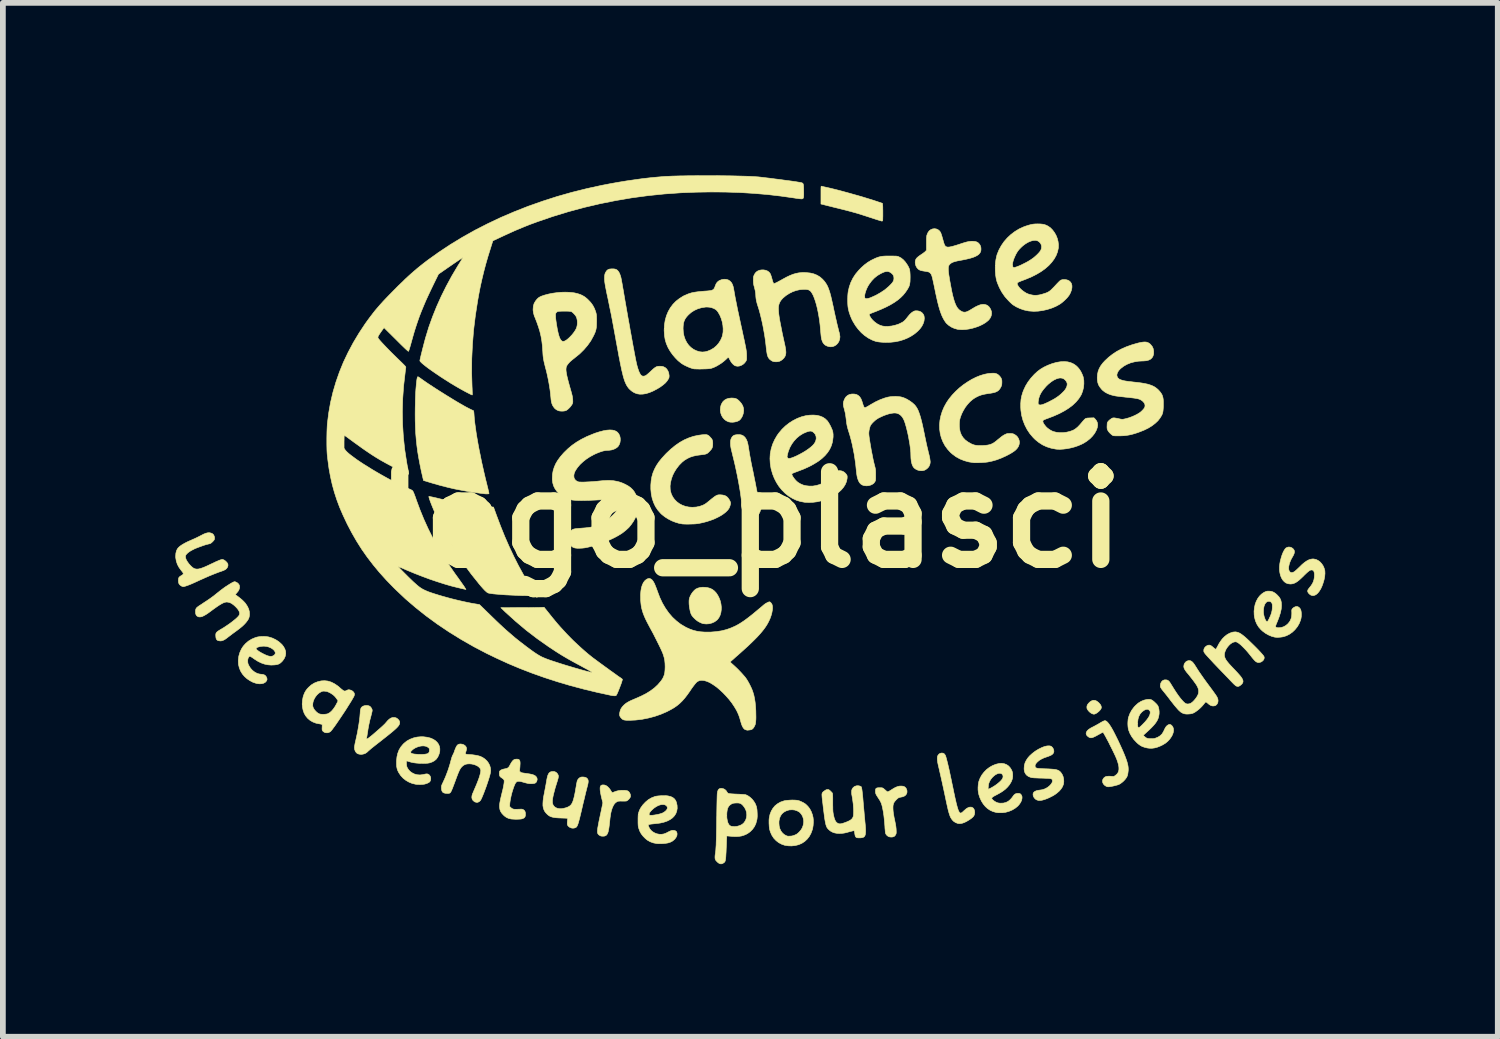
<source format=kicad_pcb>
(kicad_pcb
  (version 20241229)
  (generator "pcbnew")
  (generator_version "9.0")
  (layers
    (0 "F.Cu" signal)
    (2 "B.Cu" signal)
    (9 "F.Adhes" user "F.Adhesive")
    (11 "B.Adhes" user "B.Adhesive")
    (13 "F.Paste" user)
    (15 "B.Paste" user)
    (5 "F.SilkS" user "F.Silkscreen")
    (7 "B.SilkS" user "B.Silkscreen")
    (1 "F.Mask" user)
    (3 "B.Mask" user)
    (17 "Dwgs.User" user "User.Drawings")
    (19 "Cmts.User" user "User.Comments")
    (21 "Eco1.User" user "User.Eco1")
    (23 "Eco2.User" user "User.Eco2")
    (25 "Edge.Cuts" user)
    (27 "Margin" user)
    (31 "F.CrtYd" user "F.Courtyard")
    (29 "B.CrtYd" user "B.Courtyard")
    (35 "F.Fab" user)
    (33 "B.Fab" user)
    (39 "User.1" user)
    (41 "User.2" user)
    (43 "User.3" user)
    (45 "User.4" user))
  (footprint "logo_plasci"
    (layer "F.Cu")
    (at 9.998 5.989)
    (property "Reference" "logo_plasci" (at 0 0 0) (layer "F.SilkS") (effects (font (size 1.524 1.524) (thickness 0.3))))
    (attr through_hole)
    (fp_poly (pts (xy 5.998 3.142) (xy 6.025 3.154) (xy 6.054 3.176) (xy 6.064 3.186) (xy 6.088 3.213) (xy 6.101 3.239) (xy 6.105 3.263) (xy 6.103 3.277) (xy 6.093 3.297) (xy 6.076 3.318) (xy 6.055 3.338) (xy 6.032 3.356) (xy 6.009 3.371) (xy 5.988 3.379) (xy 5.976 3.381) (xy 5.964 3.379) (xy 5.948 3.374) (xy 5.937 3.369) (xy 5.916 3.356) (xy 5.895 3.338) (xy 5.876 3.317) (xy 5.862 3.296) (xy 5.855 3.28) (xy 5.853 3.252) (xy 5.86 3.223) (xy 5.878 3.196) (xy 5.904 3.17) (xy 5.916 3.161) (xy 5.944 3.145) (xy 5.971 3.139) (xy 5.998 3.142)) (stroke (width 0.01) (type solid)) (fill yes) (layer "F.SilkS"))
    (fp_poly (pts (xy -0.301 -2.116) (xy -0.273 -2.113) (xy -0.25 -2.107) (xy -0.23 -2.097) (xy -0.209 -2.081) (xy -0.187 -2.06) (xy -0.154 -2.021) (xy -0.131 -1.981) (xy -0.118 -1.939) (xy -0.115 -1.895) (xy -0.122 -1.849) (xy -0.132 -1.817) (xy -0.145 -1.788) (xy -0.162 -1.761) (xy -0.18 -1.739) (xy -0.199 -1.724) (xy -0.201 -1.723) (xy -0.231 -1.71) (xy -0.267 -1.701) (xy -0.305 -1.696) (xy -0.341 -1.697) (xy -0.373 -1.702) (xy -0.38 -1.704) (xy -0.42 -1.723) (xy -0.453 -1.749) (xy -0.481 -1.782) (xy -0.502 -1.819) (xy -0.515 -1.86) (xy -0.522 -1.904) (xy -0.519 -1.948) (xy -0.509 -1.993) (xy -0.5 -2.014) (xy -0.479 -2.05) (xy -0.451 -2.078) (xy -0.416 -2.099) (xy -0.375 -2.112) (xy -0.328 -2.117) (xy -0.301 -2.116)) (stroke (width 0.01) (type solid)) (fill yes) (layer "F.SilkS"))
    (fp_poly (pts (xy -0.774 1.176) (xy -0.744 1.18) (xy -0.7 1.192) (xy -0.66 1.211) (xy -0.625 1.238) (xy -0.593 1.272) (xy -0.564 1.316) (xy -0.541 1.362) (xy -0.522 1.412) (xy -0.51 1.465) (xy -0.504 1.517) (xy -0.505 1.568) (xy -0.512 1.617) (xy -0.526 1.663) (xy -0.546 1.702) (xy -0.571 1.736) (xy -0.58 1.744) (xy -0.62 1.774) (xy -0.666 1.795) (xy -0.715 1.808) (xy -0.766 1.812) (xy -0.817 1.807) (xy -0.817 1.807) (xy -0.832 1.803) (xy -0.853 1.795) (xy -0.875 1.785) (xy -0.883 1.781) (xy -0.913 1.764) (xy -0.944 1.741) (xy -0.973 1.714) (xy -0.999 1.687) (xy -1.019 1.66) (xy -1.027 1.645) (xy -1.037 1.619) (xy -1.046 1.586) (xy -1.053 1.548) (xy -1.06 1.508) (xy -1.064 1.467) (xy -1.065 1.429) (xy -1.064 1.397) (xy -1.064 1.396) (xy -1.058 1.364) (xy -1.044 1.328) (xy -1.025 1.292) (xy -1.001 1.258) (xy -0.975 1.229) (xy -0.949 1.206) (xy -0.948 1.206) (xy -0.913 1.189) (xy -0.872 1.178) (xy -0.825 1.173) (xy -0.774 1.176)) (stroke (width 0.01) (type solid)) (fill yes) (layer "F.SilkS"))
    (fp_poly (pts (xy 1.238 -5.801) (xy 1.245 -5.799) (xy 1.261 -5.795) (xy 1.283 -5.79) (xy 1.31 -5.784) (xy 1.338 -5.778) (xy 1.399 -5.764) (xy 1.468 -5.747) (xy 1.544 -5.728) (xy 1.625 -5.706) (xy 1.709 -5.683) (xy 1.794 -5.659) (xy 1.88 -5.635) (xy 1.965 -5.61) (xy 2.046 -5.585) (xy 2.124 -5.561) (xy 2.176 -5.544) (xy 2.298 -5.503) (xy 2.302 -5.472) (xy 2.303 -5.457) (xy 2.304 -5.436) (xy 2.304 -5.408) (xy 2.305 -5.378) (xy 2.305 -5.345) (xy 2.305 -5.312) (xy 2.305 -5.28) (xy 2.304 -5.252) (xy 2.304 -5.228) (xy 2.303 -5.211) (xy 2.302 -5.202) (xy 2.302 -5.202) (xy 2.295 -5.195) (xy 2.288 -5.194) (xy 2.281 -5.196) (xy 2.265 -5.2) (xy 2.242 -5.207) (xy 2.213 -5.216) (xy 2.178 -5.227) (xy 2.139 -5.24) (xy 2.096 -5.254) (xy 2.077 -5.26) (xy 2.022 -5.278) (xy 1.972 -5.294) (xy 1.926 -5.309) (xy 1.881 -5.323) (xy 1.837 -5.336) (xy 1.793 -5.348) (xy 1.747 -5.361) (xy 1.697 -5.374) (xy 1.643 -5.388) (xy 1.583 -5.403) (xy 1.515 -5.42) (xy 1.453 -5.435) (xy 1.229 -5.491) (xy 1.229 -5.647) (xy 1.229 -5.691) (xy 1.229 -5.726) (xy 1.229 -5.753) (xy 1.23 -5.773) (xy 1.23 -5.786) (xy 1.232 -5.795) (xy 1.233 -5.799) (xy 1.235 -5.801) (xy 1.238 -5.801)) (stroke (width 0.01) (type solid)) (fill yes) (layer "F.SilkS"))
    (fp_poly (pts (xy -5.579 -0.405) (xy -5.56 -0.401) (xy -5.533 -0.396) (xy -5.499 -0.388) (xy -5.457 -0.379) (xy -5.41 -0.367) (xy -5.402 -0.365) (xy -5.291 -0.34) (xy -5.179 -0.316) (xy -5.068 -0.295) (xy -4.959 -0.276) (xy -4.854 -0.259) (xy -4.754 -0.245) (xy -4.66 -0.235) (xy -4.574 -0.228) (xy -4.564 -0.227) (xy -4.466 -0.221) (xy -4.414 -0.078) (xy -4.342 0.113) (xy -4.269 0.294) (xy -4.193 0.467) (xy -4.114 0.635) (xy -4.032 0.797) (xy -3.945 0.956) (xy -3.854 1.112) (xy -3.785 1.224) (xy -3.762 1.26) (xy -3.744 1.288) (xy -3.73 1.31) (xy -3.72 1.326) (xy -3.713 1.337) (xy -3.709 1.344) (xy -3.707 1.348) (xy -3.707 1.35) (xy -3.707 1.35) (xy -3.707 1.35) (xy -3.712 1.348) (xy -3.722 1.341) (xy -3.728 1.337) (xy -3.748 1.323) (xy -3.914 1.319) (xy -3.983 1.318) (xy -4.052 1.315) (xy -4.121 1.312) (xy -4.188 1.309) (xy -4.252 1.306) (xy -4.312 1.302) (xy -4.368 1.297) (xy -4.419 1.293) (xy -4.464 1.289) (xy -4.502 1.284) (xy -4.532 1.279) (xy -4.553 1.275) (xy -4.561 1.272) (xy -4.576 1.264) (xy -4.595 1.248) (xy -4.619 1.226) (xy -4.646 1.197) (xy -4.679 1.16) (xy -4.711 1.122) (xy -4.845 0.955) (xy -4.97 0.787) (xy -5.086 0.617) (xy -5.194 0.442) (xy -5.265 0.32) (xy -5.3 0.256) (xy -5.336 0.187) (xy -5.373 0.114) (xy -5.409 0.038) (xy -5.445 -0.037) (xy -5.479 -0.111) (xy -5.51 -0.182) (xy -5.537 -0.248) (xy -5.56 -0.307) (xy -5.561 -0.308) (xy -5.572 -0.34) (xy -5.581 -0.366) (xy -5.587 -0.387) (xy -5.59 -0.401) (xy -5.589 -0.406) (xy -5.589 -0.406) (xy -5.579 -0.405)) (stroke (width 0.01) (type solid)) (fill yes) (layer "F.SilkS"))
    (fp_poly (pts (xy -0.184 -1.481) (xy -0.149 -1.473) (xy -0.119 -1.458) (xy -0.093 -1.434) (xy -0.072 -1.403) (xy -0.054 -1.363) (xy -0.041 -1.313) (xy -0.031 -1.257) (xy -0.022 -1.2) (xy -0.012 -1.136) (xy 0.001 -1.068) (xy 0.014 -0.997) (xy 0.028 -0.928) (xy 0.031 -0.914) (xy 0.047 -0.84) (xy 0.061 -0.77) (xy 0.074 -0.705) (xy 0.086 -0.647) (xy 0.096 -0.595) (xy 0.104 -0.552) (xy 0.106 -0.541) (xy 0.116 -0.494) (xy 0.127 -0.445) (xy 0.138 -0.398) (xy 0.15 -0.355) (xy 0.16 -0.325) (xy 0.167 -0.3) (xy 0.175 -0.271) (xy 0.18 -0.249) (xy 0.184 -0.227) (xy 0.185 -0.209) (xy 0.183 -0.193) (xy 0.18 -0.176) (xy 0.169 -0.139) (xy 0.153 -0.107) (xy 0.133 -0.08) (xy 0.109 -0.061) (xy 0.088 -0.051) (xy 0.068 -0.048) (xy 0.042 -0.046) (xy 0.014 -0.047) (xy -0.013 -0.049) (xy -0.035 -0.052) (xy -0.036 -0.053) (xy -0.069 -0.067) (xy -0.097 -0.089) (xy -0.118 -0.12) (xy -0.135 -0.159) (xy -0.146 -0.206) (xy -0.152 -0.262) (xy -0.152 -0.288) (xy -0.153 -0.318) (xy -0.157 -0.356) (xy -0.163 -0.403) (xy -0.17 -0.456) (xy -0.179 -0.514) (xy -0.19 -0.578) (xy -0.202 -0.645) (xy -0.215 -0.714) (xy -0.229 -0.785) (xy -0.244 -0.856) (xy -0.259 -0.927) (xy -0.275 -0.996) (xy -0.291 -1.062) (xy -0.303 -1.11) (xy -0.314 -1.156) (xy -0.323 -1.193) (xy -0.33 -1.223) (xy -0.336 -1.248) (xy -0.339 -1.269) (xy -0.342 -1.287) (xy -0.343 -1.305) (xy -0.344 -1.316) (xy -0.344 -1.356) (xy -0.34 -1.389) (xy -0.331 -1.416) (xy -0.317 -1.439) (xy -0.313 -1.445) (xy -0.298 -1.459) (xy -0.281 -1.47) (xy -0.258 -1.476) (xy -0.228 -1.48) (xy -0.224 -1.481) (xy -0.184 -1.481)) (stroke (width 0.01) (type solid)) (fill yes) (layer "F.SilkS"))
    (fp_poly (pts (xy 3.355 4.06) (xy 3.374 4.071) (xy 3.389 4.091) (xy 3.396 4.105) (xy 3.402 4.124) (xy 3.41 4.152) (xy 3.419 4.187) (xy 3.43 4.229) (xy 3.441 4.276) (xy 3.453 4.327) (xy 3.465 4.382) (xy 3.477 4.439) (xy 3.477 4.44) (xy 3.494 4.518) (xy 3.508 4.587) (xy 3.521 4.647) (xy 3.532 4.7) (xy 3.541 4.746) (xy 3.55 4.785) (xy 3.557 4.819) (xy 3.563 4.848) (xy 3.569 4.873) (xy 3.574 4.894) (xy 3.578 4.913) (xy 3.582 4.93) (xy 3.586 4.945) (xy 3.589 4.957) (xy 3.6 4.998) (xy 3.61 5.03) (xy 3.618 5.054) (xy 3.627 5.072) (xy 3.635 5.086) (xy 3.64 5.091) (xy 3.648 5.098) (xy 3.657 5.101) (xy 3.667 5.099) (xy 3.68 5.092) (xy 3.697 5.078) (xy 3.719 5.057) (xy 3.722 5.055) (xy 3.755 5.026) (xy 3.785 5.008) (xy 3.814 4.998) (xy 3.84 4.997) (xy 3.86 5.003) (xy 3.879 5.016) (xy 3.892 5.036) (xy 3.9 5.062) (xy 3.903 5.092) (xy 3.899 5.119) (xy 3.893 5.138) (xy 3.883 5.156) (xy 3.867 5.173) (xy 3.845 5.192) (xy 3.814 5.214) (xy 3.811 5.216) (xy 3.763 5.245) (xy 3.72 5.266) (xy 3.681 5.279) (xy 3.646 5.284) (xy 3.613 5.282) (xy 3.607 5.28) (xy 3.572 5.267) (xy 3.54 5.247) (xy 3.522 5.23) (xy 3.51 5.216) (xy 3.499 5.201) (xy 3.489 5.185) (xy 3.479 5.166) (xy 3.47 5.143) (xy 3.461 5.116) (xy 3.451 5.084) (xy 3.441 5.046) (xy 3.431 5.002) (xy 3.419 4.949) (xy 3.406 4.889) (xy 3.394 4.831) (xy 3.358 4.663) (xy 3.323 4.504) (xy 3.289 4.355) (xy 3.28 4.315) (xy 3.268 4.264) (xy 3.259 4.221) (xy 3.254 4.186) (xy 3.252 4.157) (xy 3.253 4.133) (xy 3.256 4.114) (xy 3.262 4.1) (xy 3.279 4.077) (xy 3.301 4.062) (xy 3.327 4.057) (xy 3.329 4.056) (xy 3.355 4.06)) (stroke (width 0.01) (type solid)) (fill yes) (layer "F.SilkS"))
    (fp_poly (pts (xy -5.774 -2.485) (xy -5.761 -2.477) (xy -5.744 -2.466) (xy -5.729 -2.455) (xy -5.687 -2.425) (xy -5.641 -2.393) (xy -5.589 -2.358) (xy -5.534 -2.322) (xy -5.476 -2.284) (xy -5.415 -2.245) (xy -5.353 -2.206) (xy -5.291 -2.167) (xy -5.229 -2.129) (xy -5.169 -2.092) (xy -5.111 -2.057) (xy -5.055 -2.024) (xy -5.004 -1.995) (xy -4.957 -1.968) (xy -4.915 -1.946) (xy -4.88 -1.928) (xy -4.853 -1.915) (xy -4.845 -1.911) (xy -4.829 -1.904) (xy -4.817 -1.898) (xy -4.812 -1.895) (xy -4.811 -1.889) (xy -4.808 -1.874) (xy -4.806 -1.853) (xy -4.804 -1.827) (xy -4.803 -1.81) (xy -4.798 -1.748) (xy -4.79 -1.676) (xy -4.779 -1.597) (xy -4.767 -1.511) (xy -4.752 -1.419) (xy -4.735 -1.322) (xy -4.716 -1.221) (xy -4.695 -1.118) (xy -4.674 -1.012) (xy -4.65 -0.906) (xy -4.626 -0.8) (xy -4.601 -0.694) (xy -4.588 -0.644) (xy -4.578 -0.602) (xy -4.568 -0.563) (xy -4.56 -0.529) (xy -4.553 -0.5) (xy -4.548 -0.477) (xy -4.545 -0.462) (xy -4.544 -0.455) (xy -4.544 -0.455) (xy -4.554 -0.451) (xy -4.573 -0.45) (xy -4.6 -0.45) (xy -4.623 -0.452) (xy -4.643 -0.455) (xy -4.671 -0.458) (xy -4.703 -0.462) (xy -4.737 -0.467) (xy -4.76 -0.47) (xy -4.895 -0.49) (xy -5.022 -0.513) (xy -5.145 -0.537) (xy -5.265 -0.565) (xy -5.386 -0.596) (xy -5.51 -0.631) (xy -5.544 -0.641) (xy -5.683 -0.683) (xy -5.692 -0.721) (xy -5.721 -0.846) (xy -5.745 -0.963) (xy -5.766 -1.075) (xy -5.784 -1.182) (xy -5.798 -1.287) (xy -5.809 -1.391) (xy -5.818 -1.497) (xy -5.823 -1.605) (xy -5.827 -1.717) (xy -5.828 -1.836) (xy -5.827 -1.947) (xy -5.825 -2.018) (xy -5.824 -2.08) (xy -5.822 -2.135) (xy -5.82 -2.185) (xy -5.818 -2.231) (xy -5.815 -2.274) (xy -5.811 -2.318) (xy -5.807 -2.362) (xy -5.805 -2.378) (xy -5.801 -2.417) (xy -5.797 -2.446) (xy -5.792 -2.467) (xy -5.788 -2.48) (xy -5.783 -2.487) (xy -5.78 -2.488) (xy -5.774 -2.485)) (stroke (width 0.01) (type solid)) (fill yes) (layer "F.SilkS"))
    (fp_poly (pts (xy -2.54 4.612) (xy -2.511 4.621) (xy -2.483 4.64) (xy -2.455 4.668) (xy -2.432 4.7) (xy -2.421 4.718) (xy -2.412 4.733) (xy -2.406 4.742) (xy -2.405 4.744) (xy -2.4 4.744) (xy -2.388 4.741) (xy -2.371 4.735) (xy -2.366 4.733) (xy -2.327 4.719) (xy -2.29 4.71) (xy -2.25 4.706) (xy -2.216 4.705) (xy -2.181 4.706) (xy -2.155 4.709) (xy -2.135 4.714) (xy -2.12 4.723) (xy -2.108 4.735) (xy -2.094 4.757) (xy -2.085 4.781) (xy -2.083 4.805) (xy -2.083 4.814) (xy -2.09 4.83) (xy -2.103 4.849) (xy -2.119 4.867) (xy -2.136 4.881) (xy -2.139 4.883) (xy -2.147 4.888) (xy -2.155 4.891) (xy -2.167 4.892) (xy -2.183 4.893) (xy -2.206 4.893) (xy -2.227 4.893) (xy -2.255 4.892) (xy -2.276 4.893) (xy -2.291 4.894) (xy -2.302 4.896) (xy -2.311 4.899) (xy -2.318 4.903) (xy -2.343 4.92) (xy -2.364 4.942) (xy -2.382 4.971) (xy -2.399 5.008) (xy -2.406 5.029) (xy -2.414 5.054) (xy -2.421 5.08) (xy -2.427 5.109) (xy -2.432 5.142) (xy -2.438 5.18) (xy -2.443 5.226) (xy -2.447 5.264) (xy -2.453 5.317) (xy -2.459 5.362) (xy -2.466 5.398) (xy -2.472 5.427) (xy -2.48 5.449) (xy -2.489 5.467) (xy -2.499 5.481) (xy -2.511 5.491) (xy -2.513 5.492) (xy -2.532 5.5) (xy -2.556 5.503) (xy -2.584 5.502) (xy -2.603 5.498) (xy -2.617 5.491) (xy -2.632 5.481) (xy -2.637 5.477) (xy -2.644 5.469) (xy -2.65 5.461) (xy -2.654 5.452) (xy -2.657 5.441) (xy -2.658 5.427) (xy -2.658 5.41) (xy -2.656 5.388) (xy -2.653 5.361) (xy -2.647 5.328) (xy -2.64 5.289) (xy -2.631 5.242) (xy -2.619 5.186) (xy -2.606 5.122) (xy -2.602 5.106) (xy -2.564 4.924) (xy -2.582 4.851) (xy -2.595 4.795) (xy -2.604 4.749) (xy -2.61 4.71) (xy -2.612 4.68) (xy -2.611 4.655) (xy -2.607 4.637) (xy -2.599 4.624) (xy -2.588 4.616) (xy -2.572 4.612) (xy -2.57 4.611) (xy -2.54 4.612)) (stroke (width 0.01) (type solid)) (fill yes) (layer "F.SilkS"))
    (fp_poly (pts (xy 0.766 4.875) (xy 0.8 4.877) (xy 0.816 4.879) (xy 0.85 4.887) (xy 0.886 4.902) (xy 0.923 4.92) (xy 0.956 4.941) (xy 0.963 4.946) (xy 1.001 4.983) (xy 1.034 5.026) (xy 1.061 5.077) (xy 1.081 5.132) (xy 1.092 5.18) (xy 1.096 5.221) (xy 1.096 5.268) (xy 1.093 5.315) (xy 1.086 5.359) (xy 1.079 5.389) (xy 1.056 5.451) (xy 1.026 5.507) (xy 0.989 5.554) (xy 0.946 5.594) (xy 0.897 5.626) (xy 0.842 5.65) (xy 0.783 5.665) (xy 0.719 5.672) (xy 0.66 5.67) (xy 0.6 5.661) (xy 0.545 5.642) (xy 0.494 5.615) (xy 0.449 5.58) (xy 0.409 5.538) (xy 0.376 5.488) (xy 0.351 5.433) (xy 0.338 5.392) (xy 0.333 5.366) (xy 0.329 5.332) (xy 0.327 5.295) (xy 0.326 5.275) (xy 0.498 5.275) (xy 0.502 5.326) (xy 0.514 5.373) (xy 0.534 5.414) (xy 0.561 5.449) (xy 0.594 5.477) (xy 0.617 5.489) (xy 0.633 5.497) (xy 0.646 5.501) (xy 0.661 5.503) (xy 0.68 5.502) (xy 0.69 5.502) (xy 0.718 5.5) (xy 0.741 5.495) (xy 0.765 5.487) (xy 0.774 5.483) (xy 0.797 5.473) (xy 0.815 5.462) (xy 0.833 5.447) (xy 0.851 5.43) (xy 0.88 5.396) (xy 0.902 5.361) (xy 0.917 5.322) (xy 0.922 5.301) (xy 0.927 5.271) (xy 0.929 5.245) (xy 0.926 5.219) (xy 0.921 5.193) (xy 0.91 5.159) (xy 0.892 5.126) (xy 0.869 5.098) (xy 0.852 5.082) (xy 0.815 5.062) (xy 0.774 5.048) (xy 0.73 5.043) (xy 0.686 5.045) (xy 0.669 5.048) (xy 0.621 5.064) (xy 0.582 5.086) (xy 0.549 5.115) (xy 0.525 5.151) (xy 0.508 5.193) (xy 0.499 5.241) (xy 0.498 5.275) (xy 0.326 5.275) (xy 0.326 5.257) (xy 0.326 5.221) (xy 0.329 5.19) (xy 0.33 5.184) (xy 0.343 5.122) (xy 0.365 5.066) (xy 0.394 5.017) (xy 0.43 4.974) (xy 0.474 4.939) (xy 0.524 4.91) (xy 0.582 4.89) (xy 0.586 4.888) (xy 0.614 4.883) (xy 0.649 4.879) (xy 0.688 4.876) (xy 0.728 4.874) (xy 0.766 4.875)) (stroke (width 0.01) (type solid)) (fill yes) (layer "F.SilkS"))
    (fp_poly (pts (xy 2.632 4.631) (xy 2.663 4.635) (xy 2.686 4.646) (xy 2.704 4.663) (xy 2.716 4.682) (xy 2.725 4.712) (xy 2.725 4.741) (xy 2.717 4.767) (xy 2.7 4.79) (xy 2.676 4.807) (xy 2.646 4.818) (xy 2.642 4.819) (xy 2.615 4.824) (xy 2.595 4.829) (xy 2.579 4.835) (xy 2.566 4.843) (xy 2.553 4.855) (xy 2.54 4.867) (xy 2.516 4.894) (xy 2.498 4.919) (xy 2.488 4.945) (xy 2.482 4.974) (xy 2.481 5.011) (xy 2.481 5.011) (xy 2.482 5.039) (xy 2.484 5.068) (xy 2.488 5.1) (xy 2.494 5.136) (xy 2.501 5.178) (xy 2.512 5.227) (xy 2.516 5.25) (xy 2.526 5.296) (xy 2.532 5.337) (xy 2.536 5.374) (xy 2.537 5.394) (xy 2.538 5.421) (xy 2.538 5.439) (xy 2.537 5.453) (xy 2.534 5.463) (xy 2.53 5.473) (xy 2.527 5.478) (xy 2.514 5.497) (xy 2.498 5.509) (xy 2.476 5.516) (xy 2.449 5.518) (xy 2.423 5.515) (xy 2.404 5.509) (xy 2.38 5.493) (xy 2.361 5.471) (xy 2.351 5.449) (xy 2.349 5.438) (xy 2.347 5.418) (xy 2.345 5.393) (xy 2.342 5.364) (xy 2.341 5.336) (xy 2.336 5.272) (xy 2.33 5.208) (xy 2.323 5.145) (xy 2.315 5.087) (xy 2.305 5.036) (xy 2.305 5.034) (xy 2.296 4.993) (xy 2.288 4.961) (xy 2.279 4.933) (xy 2.268 4.908) (xy 2.255 4.883) (xy 2.238 4.857) (xy 2.226 4.838) (xy 2.208 4.81) (xy 2.194 4.788) (xy 2.185 4.77) (xy 2.18 4.754) (xy 2.177 4.739) (xy 2.177 4.724) (xy 2.177 4.7) (xy 2.18 4.684) (xy 2.186 4.674) (xy 2.195 4.667) (xy 2.197 4.666) (xy 2.212 4.662) (xy 2.233 4.66) (xy 2.255 4.66) (xy 2.278 4.66) (xy 2.296 4.663) (xy 2.305 4.666) (xy 2.315 4.672) (xy 2.329 4.684) (xy 2.345 4.698) (xy 2.35 4.702) (xy 2.365 4.716) (xy 2.379 4.726) (xy 2.388 4.731) (xy 2.39 4.732) (xy 2.398 4.729) (xy 2.412 4.722) (xy 2.43 4.711) (xy 2.447 4.701) (xy 2.486 4.676) (xy 2.52 4.657) (xy 2.55 4.644) (xy 2.576 4.636) (xy 2.602 4.631) (xy 2.628 4.631) (xy 2.632 4.631)) (stroke (width 0.01) (type solid)) (fill yes) (layer "F.SilkS"))
    (fp_poly (pts (xy 9.389 0.476) (xy 9.415 0.486) (xy 9.437 0.501) (xy 9.454 0.523) (xy 9.454 0.523) (xy 9.462 0.541) (xy 9.463 0.561) (xy 9.459 0.583) (xy 9.449 0.609) (xy 9.432 0.641) (xy 9.428 0.647) (xy 9.403 0.693) (xy 9.384 0.737) (xy 9.371 0.779) (xy 9.363 0.817) (xy 9.362 0.851) (xy 9.367 0.879) (xy 9.379 0.9) (xy 9.382 0.905) (xy 9.401 0.917) (xy 9.422 0.919) (xy 9.446 0.911) (xy 9.46 0.904) (xy 9.471 0.895) (xy 9.488 0.881) (xy 9.509 0.862) (xy 9.531 0.841) (xy 9.552 0.821) (xy 9.597 0.777) (xy 9.639 0.742) (xy 9.677 0.716) (xy 9.713 0.697) (xy 9.747 0.686) (xy 9.78 0.681) (xy 9.799 0.682) (xy 9.837 0.69) (xy 9.873 0.707) (xy 9.907 0.732) (xy 9.936 0.763) (xy 9.961 0.8) (xy 9.979 0.84) (xy 9.991 0.883) (xy 9.992 0.888) (xy 9.994 0.935) (xy 9.989 0.988) (xy 9.978 1.045) (xy 9.96 1.105) (xy 9.943 1.152) (xy 9.921 1.2) (xy 9.896 1.241) (xy 9.87 1.274) (xy 9.843 1.298) (xy 9.824 1.309) (xy 9.798 1.318) (xy 9.775 1.318) (xy 9.751 1.311) (xy 9.75 1.311) (xy 9.732 1.299) (xy 9.715 1.284) (xy 9.701 1.266) (xy 9.694 1.251) (xy 9.693 1.236) (xy 9.697 1.219) (xy 9.709 1.201) (xy 9.72 1.187) (xy 9.751 1.148) (xy 9.774 1.113) (xy 9.791 1.078) (xy 9.802 1.042) (xy 9.808 1.008) (xy 9.811 0.972) (xy 9.811 0.941) (xy 9.806 0.914) (xy 9.799 0.893) (xy 9.788 0.881) (xy 9.785 0.879) (xy 9.772 0.874) (xy 9.758 0.873) (xy 9.744 0.875) (xy 9.728 0.882) (xy 9.71 0.895) (xy 9.688 0.913) (xy 9.661 0.938) (xy 9.629 0.969) (xy 9.622 0.977) (xy 9.581 1.016) (xy 9.546 1.048) (xy 9.514 1.073) (xy 9.485 1.092) (xy 9.457 1.105) (xy 9.43 1.113) (xy 9.402 1.117) (xy 9.389 1.117) (xy 9.351 1.112) (xy 9.316 1.099) (xy 9.286 1.077) (xy 9.26 1.048) (xy 9.238 1.012) (xy 9.221 0.97) (xy 9.21 0.924) (xy 9.203 0.873) (xy 9.203 0.818) (xy 9.209 0.76) (xy 9.217 0.718) (xy 9.231 0.665) (xy 9.246 0.616) (xy 9.263 0.573) (xy 9.281 0.537) (xy 9.299 0.509) (xy 9.313 0.493) (xy 9.336 0.48) (xy 9.362 0.474) (xy 9.389 0.476)) (stroke (width 0.01) (type solid)) (fill yes) (layer "F.SilkS"))
    (fp_poly (pts (xy 6.176 3.495) (xy 6.176 3.495) (xy 6.193 3.503) (xy 6.211 3.519) (xy 6.232 3.543) (xy 6.255 3.576) (xy 6.281 3.617) (xy 6.309 3.667) (xy 6.34 3.727) (xy 6.374 3.795) (xy 6.4 3.848) (xy 6.435 3.924) (xy 6.466 3.992) (xy 6.492 4.052) (xy 6.514 4.105) (xy 6.532 4.153) (xy 6.547 4.195) (xy 6.558 4.233) (xy 6.566 4.268) (xy 6.571 4.299) (xy 6.573 4.328) (xy 6.573 4.356) (xy 6.57 4.383) (xy 6.567 4.407) (xy 6.563 4.43) (xy 6.558 4.448) (xy 6.557 4.453) (xy 6.543 4.482) (xy 6.521 4.512) (xy 6.494 4.542) (xy 6.463 4.569) (xy 6.431 4.592) (xy 6.41 4.603) (xy 6.391 4.61) (xy 6.366 4.617) (xy 6.336 4.625) (xy 6.305 4.632) (xy 6.275 4.638) (xy 6.248 4.642) (xy 6.241 4.643) (xy 6.222 4.644) (xy 6.208 4.642) (xy 6.192 4.636) (xy 6.184 4.632) (xy 6.158 4.614) (xy 6.139 4.592) (xy 6.128 4.567) (xy 6.125 4.542) (xy 6.131 4.516) (xy 6.146 4.493) (xy 6.153 4.486) (xy 6.168 4.474) (xy 6.184 4.466) (xy 6.203 4.462) (xy 6.228 4.46) (xy 6.259 4.46) (xy 6.267 4.461) (xy 6.323 4.464) (xy 6.348 4.447) (xy 6.374 4.426) (xy 6.393 4.401) (xy 6.406 4.372) (xy 6.411 4.339) (xy 6.41 4.3) (xy 6.402 4.255) (xy 6.387 4.204) (xy 6.372 4.162) (xy 6.362 4.139) (xy 6.35 4.11) (xy 6.334 4.077) (xy 6.317 4.041) (xy 6.298 4.002) (xy 6.278 3.962) (xy 6.257 3.921) (xy 6.237 3.88) (xy 6.217 3.841) (xy 6.197 3.805) (xy 6.18 3.772) (xy 6.164 3.744) (xy 6.151 3.721) (xy 6.141 3.705) (xy 6.134 3.696) (xy 6.132 3.695) (xy 6.126 3.698) (xy 6.112 3.705) (xy 6.093 3.715) (xy 6.07 3.728) (xy 6.053 3.737) (xy 6.016 3.758) (xy 5.985 3.773) (xy 5.961 3.784) (xy 5.941 3.79) (xy 5.924 3.792) (xy 5.91 3.79) (xy 5.896 3.785) (xy 5.881 3.776) (xy 5.881 3.776) (xy 5.857 3.756) (xy 5.844 3.735) (xy 5.84 3.713) (xy 5.846 3.691) (xy 5.861 3.668) (xy 5.886 3.645) (xy 5.921 3.622) (xy 5.956 3.604) (xy 5.985 3.589) (xy 6.018 3.571) (xy 6.051 3.553) (xy 6.072 3.54) (xy 6.103 3.522) (xy 6.126 3.509) (xy 6.143 3.501) (xy 6.157 3.496) (xy 6.167 3.494) (xy 6.176 3.495)) (stroke (width 0.01) (type solid)) (fill yes) (layer "F.SilkS"))
    (fp_poly (pts (xy -6.65 3.231) (xy -6.625 3.239) (xy -6.613 3.246) (xy -6.599 3.261) (xy -6.586 3.28) (xy -6.577 3.3) (xy -6.575 3.316) (xy -6.576 3.325) (xy -6.579 3.342) (xy -6.585 3.364) (xy -6.591 3.39) (xy -6.594 3.402) (xy -6.606 3.448) (xy -6.617 3.488) (xy -6.625 3.526) (xy -6.633 3.562) (xy -6.64 3.601) (xy -6.648 3.643) (xy -6.655 3.693) (xy -6.659 3.713) (xy -6.663 3.741) (xy -6.667 3.767) (xy -6.671 3.787) (xy -6.673 3.801) (xy -6.674 3.805) (xy -6.675 3.812) (xy -6.668 3.812) (xy -6.655 3.806) (xy -6.636 3.794) (xy -6.632 3.79) (xy -6.615 3.777) (xy -6.593 3.76) (xy -6.566 3.738) (xy -6.537 3.713) (xy -6.506 3.686) (xy -6.475 3.659) (xy -6.445 3.633) (xy -6.417 3.608) (xy -6.393 3.586) (xy -6.375 3.569) (xy -6.362 3.556) (xy -6.361 3.556) (xy -6.343 3.536) (xy -6.323 3.513) (xy -6.307 3.494) (xy -6.278 3.467) (xy -6.248 3.448) (xy -6.217 3.438) (xy -6.187 3.438) (xy -6.158 3.446) (xy -6.132 3.463) (xy -6.114 3.482) (xy -6.103 3.499) (xy -6.098 3.514) (xy -6.097 3.528) (xy -6.098 3.54) (xy -6.101 3.551) (xy -6.106 3.564) (xy -6.114 3.577) (xy -6.125 3.592) (xy -6.14 3.609) (xy -6.16 3.629) (xy -6.184 3.651) (xy -6.214 3.677) (xy -6.249 3.706) (xy -6.291 3.74) (xy -6.34 3.779) (xy -6.396 3.823) (xy -6.435 3.854) (xy -6.479 3.888) (xy -6.516 3.917) (xy -6.547 3.942) (xy -6.573 3.962) (xy -6.594 3.979) (xy -6.611 3.994) (xy -6.626 4.007) (xy -6.64 4.019) (xy -6.652 4.03) (xy -6.653 4.032) (xy -6.67 4.046) (xy -6.689 4.059) (xy -6.702 4.066) (xy -6.72 4.072) (xy -6.742 4.077) (xy -6.764 4.08) (xy -6.78 4.079) (xy -6.783 4.079) (xy -6.793 4.077) (xy -6.807 4.075) (xy -6.809 4.074) (xy -6.833 4.066) (xy -6.853 4.049) (xy -6.869 4.025) (xy -6.88 3.997) (xy -6.884 3.966) (xy -6.884 3.963) (xy -6.883 3.946) (xy -6.879 3.922) (xy -6.874 3.893) (xy -6.867 3.86) (xy -6.864 3.849) (xy -6.848 3.776) (xy -6.832 3.702) (xy -6.819 3.628) (xy -6.807 3.557) (xy -6.797 3.49) (xy -6.79 3.429) (xy -6.786 3.376) (xy -6.785 3.371) (xy -6.783 3.336) (xy -6.78 3.31) (xy -6.775 3.29) (xy -6.77 3.275) (xy -6.762 3.263) (xy -6.755 3.256) (xy -6.735 3.242) (xy -6.708 3.233) (xy -6.679 3.229) (xy -6.65 3.231)) (stroke (width 0.01) (type solid)) (fill yes) (layer "F.SilkS"))
    (fp_poly (pts (xy 5.203 3.932) (xy 5.226 3.937) (xy 5.237 3.943) (xy 5.257 3.962) (xy 5.27 3.985) (xy 5.276 4.002) (xy 5.279 4.02) (xy 5.279 4.034) (xy 5.275 4.047) (xy 5.267 4.064) (xy 5.254 4.078) (xy 5.236 4.091) (xy 5.211 4.103) (xy 5.178 4.116) (xy 5.16 4.122) (xy 5.106 4.141) (xy 5.06 4.163) (xy 5.022 4.186) (xy 4.991 4.213) (xy 4.99 4.214) (xy 4.968 4.239) (xy 4.955 4.262) (xy 4.952 4.283) (xy 4.956 4.298) (xy 4.96 4.306) (xy 4.967 4.312) (xy 4.976 4.317) (xy 4.99 4.321) (xy 5.008 4.324) (xy 5.033 4.326) (xy 5.065 4.328) (xy 5.105 4.33) (xy 5.138 4.331) (xy 5.192 4.333) (xy 5.238 4.336) (xy 5.275 4.339) (xy 5.306 4.343) (xy 5.331 4.349) (xy 5.351 4.356) (xy 5.368 4.365) (xy 5.383 4.376) (xy 5.397 4.39) (xy 5.399 4.392) (xy 5.422 4.425) (xy 5.439 4.463) (xy 5.449 4.506) (xy 5.452 4.549) (xy 5.448 4.591) (xy 5.442 4.611) (xy 5.425 4.65) (xy 5.4 4.687) (xy 5.367 4.724) (xy 5.366 4.724) (xy 5.335 4.751) (xy 5.303 4.775) (xy 5.267 4.798) (xy 5.223 4.82) (xy 5.207 4.829) (xy 5.159 4.85) (xy 5.114 4.866) (xy 5.074 4.877) (xy 5.039 4.882) (xy 5.011 4.881) (xy 5.003 4.879) (xy 4.973 4.868) (xy 4.949 4.849) (xy 4.93 4.823) (xy 4.924 4.811) (xy 4.917 4.784) (xy 4.919 4.76) (xy 4.929 4.74) (xy 4.949 4.724) (xy 4.976 4.712) (xy 5.012 4.704) (xy 5.022 4.703) (xy 5.077 4.695) (xy 5.125 4.679) (xy 5.169 4.655) (xy 5.204 4.627) (xy 5.23 4.599) (xy 5.247 4.573) (xy 5.255 4.549) (xy 5.253 4.527) (xy 5.25 4.519) (xy 5.246 4.513) (xy 5.239 4.508) (xy 5.23 4.504) (xy 5.216 4.501) (xy 5.197 4.499) (xy 5.172 4.497) (xy 5.14 4.496) (xy 5.099 4.494) (xy 5.062 4.493) (xy 5.014 4.492) (xy 4.976 4.49) (xy 4.945 4.489) (xy 4.922 4.487) (xy 4.903 4.485) (xy 4.889 4.483) (xy 4.881 4.481) (xy 4.841 4.466) (xy 4.81 4.445) (xy 4.787 4.419) (xy 4.771 4.387) (xy 4.763 4.348) (xy 4.762 4.322) (xy 4.766 4.273) (xy 4.778 4.227) (xy 4.8 4.182) (xy 4.83 4.138) (xy 4.858 4.106) (xy 4.903 4.065) (xy 4.955 4.025) (xy 5.012 3.99) (xy 5.071 3.961) (xy 5.115 3.944) (xy 5.146 3.936) (xy 5.176 3.932) (xy 5.203 3.932)) (stroke (width 0.01) (type solid)) (fill yes) (layer "F.SilkS"))
    (fp_poly (pts (xy -9.368 0.235) (xy -9.351 0.244) (xy -9.334 0.261) (xy -9.323 0.284) (xy -9.317 0.309) (xy -9.318 0.334) (xy -9.323 0.349) (xy -9.333 0.362) (xy -9.347 0.378) (xy -9.364 0.394) (xy -9.38 0.407) (xy -9.387 0.411) (xy -9.398 0.416) (xy -9.415 0.42) (xy -9.435 0.425) (xy -9.457 0.43) (xy -9.486 0.439) (xy -9.519 0.45) (xy -9.555 0.463) (xy -9.591 0.476) (xy -9.625 0.489) (xy -9.655 0.501) (xy -9.668 0.507) (xy -9.711 0.529) (xy -9.749 0.551) (xy -9.78 0.574) (xy -9.803 0.596) (xy -9.817 0.615) (xy -9.823 0.638) (xy -9.82 0.665) (xy -9.809 0.696) (xy -9.789 0.73) (xy -9.761 0.768) (xy -9.733 0.799) (xy -9.711 0.82) (xy -9.691 0.836) (xy -9.67 0.848) (xy -9.648 0.855) (xy -9.624 0.858) (xy -9.597 0.856) (xy -9.565 0.849) (xy -9.529 0.837) (xy -9.486 0.82) (xy -9.437 0.798) (xy -9.391 0.776) (xy -9.341 0.753) (xy -9.3 0.733) (xy -9.265 0.718) (xy -9.238 0.706) (xy -9.216 0.698) (xy -9.199 0.693) (xy -9.186 0.69) (xy -9.176 0.69) (xy -9.172 0.691) (xy -9.15 0.701) (xy -9.127 0.717) (xy -9.106 0.738) (xy -9.099 0.746) (xy -9.086 0.768) (xy -9.083 0.791) (xy -9.088 0.816) (xy -9.093 0.826) (xy -9.107 0.847) (xy -9.129 0.866) (xy -9.161 0.882) (xy -9.186 0.891) (xy -9.252 0.914) (xy -9.324 0.942) (xy -9.403 0.974) (xy -9.49 1.012) (xy -9.584 1.054) (xy -9.618 1.07) (xy -9.666 1.092) (xy -9.711 1.112) (xy -9.752 1.129) (xy -9.789 1.143) (xy -9.819 1.153) (xy -9.842 1.16) (xy -9.857 1.163) (xy -9.858 1.163) (xy -9.877 1.16) (xy -9.897 1.15) (xy -9.903 1.146) (xy -9.923 1.13) (xy -9.936 1.112) (xy -9.943 1.09) (xy -9.946 1.061) (xy -9.946 1.056) (xy -9.944 1.03) (xy -9.94 1.011) (xy -9.93 0.996) (xy -9.913 0.982) (xy -9.895 0.971) (xy -9.876 0.959) (xy -9.865 0.949) (xy -9.861 0.939) (xy -9.863 0.926) (xy -9.873 0.91) (xy -9.89 0.889) (xy -9.894 0.884) (xy -9.934 0.83) (xy -9.963 0.776) (xy -9.982 0.719) (xy -9.992 0.661) (xy -9.993 0.635) (xy -9.99 0.585) (xy -9.98 0.543) (xy -9.964 0.508) (xy -9.945 0.484) (xy -9.917 0.459) (xy -9.881 0.434) (xy -9.836 0.408) (xy -9.781 0.38) (xy -9.717 0.352) (xy -9.702 0.345) (xy -9.667 0.33) (xy -9.633 0.314) (xy -9.596 0.296) (xy -9.555 0.275) (xy -9.509 0.251) (xy -9.47 0.235) (xy -9.433 0.226) (xy -9.399 0.226) (xy -9.368 0.235)) (stroke (width 0.01) (type solid)) (fill yes) (layer "F.SilkS"))
    (fp_poly (pts (xy 4.418 4.243) (xy 4.458 4.259) (xy 4.493 4.283) (xy 4.523 4.317) (xy 4.546 4.356) (xy 4.555 4.38) (xy 4.561 4.403) (xy 4.563 4.429) (xy 4.563 4.469) (xy 4.557 4.506) (xy 4.544 4.543) (xy 4.533 4.565) (xy 4.507 4.608) (xy 4.474 4.648) (xy 4.434 4.687) (xy 4.386 4.723) (xy 4.329 4.758) (xy 4.279 4.785) (xy 4.248 4.801) (xy 4.226 4.814) (xy 4.211 4.825) (xy 4.202 4.834) (xy 4.199 4.842) (xy 4.199 4.844) (xy 4.203 4.855) (xy 4.214 4.868) (xy 4.231 4.883) (xy 4.251 4.898) (xy 4.273 4.91) (xy 4.274 4.911) (xy 4.293 4.919) (xy 4.309 4.924) (xy 4.327 4.927) (xy 4.35 4.929) (xy 4.353 4.929) (xy 4.402 4.927) (xy 4.446 4.916) (xy 4.486 4.896) (xy 4.522 4.866) (xy 4.555 4.828) (xy 4.566 4.812) (xy 4.585 4.787) (xy 4.605 4.77) (xy 4.626 4.761) (xy 4.652 4.758) (xy 4.659 4.758) (xy 4.68 4.76) (xy 4.693 4.765) (xy 4.703 4.772) (xy 4.718 4.793) (xy 4.726 4.818) (xy 4.725 4.847) (xy 4.718 4.879) (xy 4.703 4.912) (xy 4.682 4.944) (xy 4.655 4.976) (xy 4.653 4.978) (xy 4.608 5.015) (xy 4.557 5.046) (xy 4.5 5.07) (xy 4.441 5.087) (xy 4.38 5.095) (xy 4.319 5.095) (xy 4.277 5.09) (xy 4.222 5.075) (xy 4.171 5.052) (xy 4.124 5.02) (xy 4.087 4.986) (xy 4.051 4.942) (xy 4.019 4.891) (xy 3.993 4.835) (xy 3.974 4.777) (xy 3.965 4.732) (xy 3.961 4.695) (xy 3.961 4.675) (xy 4.137 4.675) (xy 4.139 4.684) (xy 4.14 4.686) (xy 4.146 4.684) (xy 4.158 4.678) (xy 4.174 4.67) (xy 4.177 4.669) (xy 4.218 4.646) (xy 4.258 4.621) (xy 4.296 4.593) (xy 4.33 4.565) (xy 4.358 4.538) (xy 4.379 4.513) (xy 4.381 4.51) (xy 4.393 4.485) (xy 4.396 4.461) (xy 4.391 4.44) (xy 4.377 4.422) (xy 4.365 4.414) (xy 4.343 4.408) (xy 4.318 4.41) (xy 4.29 4.42) (xy 4.262 4.435) (xy 4.234 4.457) (xy 4.207 4.483) (xy 4.184 4.512) (xy 4.164 4.544) (xy 4.15 4.578) (xy 4.148 4.583) (xy 4.144 4.599) (xy 4.141 4.619) (xy 4.139 4.639) (xy 4.137 4.659) (xy 4.137 4.675) (xy 3.961 4.675) (xy 3.961 4.654) (xy 3.964 4.612) (xy 3.97 4.572) (xy 3.975 4.549) (xy 3.997 4.492) (xy 4.027 4.438) (xy 4.065 4.389) (xy 4.109 4.344) (xy 4.159 4.306) (xy 4.213 4.275) (xy 4.271 4.252) (xy 4.329 4.238) (xy 4.375 4.236) (xy 4.418 4.243)) (stroke (width 0.01) (type solid)) (fill yes) (layer "F.SilkS"))
    (fp_poly (pts (xy -8.422 2.031) (xy -8.386 2.036) (xy -8.375 2.038) (xy -8.313 2.057) (xy -8.254 2.085) (xy -8.2 2.12) (xy -8.153 2.162) (xy -8.147 2.167) (xy -8.116 2.207) (xy -8.094 2.248) (xy -8.081 2.289) (xy -8.079 2.331) (xy -8.087 2.372) (xy -8.105 2.413) (xy -8.132 2.452) (xy -8.144 2.465) (xy -8.166 2.486) (xy -8.186 2.501) (xy -8.207 2.511) (xy -8.232 2.518) (xy -8.263 2.523) (xy -8.271 2.524) (xy -8.332 2.527) (xy -8.391 2.522) (xy -8.448 2.51) (xy -8.505 2.49) (xy -8.562 2.462) (xy -8.622 2.424) (xy -8.64 2.411) (xy -8.662 2.396) (xy -8.681 2.384) (xy -8.696 2.375) (xy -8.705 2.372) (xy -8.706 2.372) (xy -8.713 2.377) (xy -8.722 2.388) (xy -8.727 2.396) (xy -8.734 2.411) (xy -8.738 2.426) (xy -8.74 2.444) (xy -8.74 2.458) (xy -8.739 2.478) (xy -8.737 2.494) (xy -8.732 2.51) (xy -8.724 2.529) (xy -8.72 2.536) (xy -8.693 2.58) (xy -8.659 2.618) (xy -8.619 2.649) (xy -8.595 2.662) (xy -8.572 2.673) (xy -8.551 2.679) (xy -8.528 2.684) (xy -8.511 2.686) (xy -8.481 2.689) (xy -8.459 2.695) (xy -8.442 2.703) (xy -8.429 2.715) (xy -8.42 2.727) (xy -8.407 2.753) (xy -8.404 2.777) (xy -8.411 2.799) (xy -8.428 2.82) (xy -8.439 2.829) (xy -8.465 2.843) (xy -8.498 2.851) (xy -8.537 2.853) (xy -8.578 2.848) (xy -8.598 2.843) (xy -8.651 2.825) (xy -8.702 2.798) (xy -8.751 2.765) (xy -8.794 2.727) (xy -8.83 2.685) (xy -8.832 2.683) (xy -8.865 2.629) (xy -8.887 2.573) (xy -8.901 2.514) (xy -8.904 2.453) (xy -8.903 2.437) (xy -8.895 2.371) (xy -8.877 2.309) (xy -8.851 2.251) (xy -8.847 2.244) (xy -8.593 2.244) (xy -8.585 2.257) (xy -8.568 2.272) (xy -8.544 2.29) (xy -8.512 2.309) (xy -8.481 2.326) (xy -8.44 2.346) (xy -8.406 2.361) (xy -8.377 2.37) (xy -8.352 2.375) (xy -8.33 2.375) (xy -8.31 2.371) (xy -8.294 2.364) (xy -8.278 2.353) (xy -8.276 2.351) (xy -8.264 2.334) (xy -8.26 2.315) (xy -8.265 2.296) (xy -8.277 2.276) (xy -8.295 2.257) (xy -8.318 2.24) (xy -8.346 2.224) (xy -8.377 2.212) (xy -8.411 2.203) (xy -8.446 2.199) (xy -8.459 2.198) (xy -8.491 2.2) (xy -8.522 2.204) (xy -8.55 2.211) (xy -8.573 2.219) (xy -8.588 2.229) (xy -8.593 2.234) (xy -8.593 2.244) (xy -8.847 2.244) (xy -8.817 2.198) (xy -8.775 2.151) (xy -8.727 2.11) (xy -8.671 2.076) (xy -8.61 2.05) (xy -8.578 2.04) (xy -8.544 2.034) (xy -8.504 2.03) (xy -8.462 2.029) (xy -8.422 2.031)) (stroke (width 0.01) (type solid)) (fill yes) (layer "F.SilkS"))
    (fp_poly (pts (xy 6.951 3.124) (xy 6.965 3.127) (xy 6.976 3.131) (xy 6.994 3.142) (xy 7.016 3.158) (xy 7.038 3.179) (xy 7.06 3.2) (xy 7.078 3.221) (xy 7.089 3.237) (xy 7.099 3.263) (xy 7.106 3.296) (xy 7.11 3.332) (xy 7.11 3.369) (xy 7.108 3.388) (xy 7.102 3.421) (xy 7.093 3.453) (xy 7.08 3.483) (xy 7.062 3.514) (xy 7.04 3.545) (xy 7.011 3.579) (xy 6.976 3.616) (xy 6.934 3.657) (xy 6.913 3.676) (xy 6.833 3.749) (xy 6.855 3.769) (xy 6.873 3.784) (xy 6.889 3.795) (xy 6.906 3.801) (xy 6.927 3.805) (xy 6.954 3.807) (xy 6.959 3.807) (xy 6.99 3.807) (xy 7.014 3.806) (xy 7.035 3.802) (xy 7.04 3.8) (xy 7.087 3.782) (xy 7.127 3.757) (xy 7.16 3.725) (xy 7.185 3.685) (xy 7.194 3.666) (xy 7.209 3.634) (xy 7.223 3.609) (xy 7.237 3.59) (xy 7.254 3.576) (xy 7.256 3.574) (xy 7.277 3.562) (xy 7.296 3.559) (xy 7.315 3.566) (xy 7.33 3.578) (xy 7.349 3.604) (xy 7.359 3.634) (xy 7.361 3.668) (xy 7.354 3.705) (xy 7.339 3.744) (xy 7.325 3.77) (xy 7.294 3.815) (xy 7.259 3.853) (xy 7.219 3.886) (xy 7.171 3.915) (xy 7.132 3.934) (xy 7.079 3.955) (xy 7.03 3.968) (xy 6.984 3.974) (xy 6.939 3.973) (xy 6.9 3.968) (xy 6.854 3.956) (xy 6.814 3.942) (xy 6.779 3.922) (xy 6.744 3.896) (xy 6.718 3.872) (xy 6.67 3.821) (xy 6.632 3.769) (xy 6.602 3.715) (xy 6.579 3.656) (xy 6.579 3.655) (xy 6.572 3.626) (xy 6.568 3.591) (xy 6.566 3.552) (xy 6.566 3.541) (xy 6.735 3.541) (xy 6.736 3.572) (xy 6.738 3.593) (xy 6.743 3.607) (xy 6.751 3.614) (xy 6.757 3.615) (xy 6.765 3.611) (xy 6.777 3.602) (xy 6.794 3.587) (xy 6.814 3.568) (xy 6.82 3.562) (xy 6.865 3.515) (xy 6.901 3.472) (xy 6.928 3.433) (xy 6.946 3.398) (xy 6.954 3.367) (xy 6.955 3.354) (xy 6.954 3.337) (xy 6.95 3.325) (xy 6.939 3.313) (xy 6.938 3.312) (xy 6.924 3.301) (xy 6.911 3.296) (xy 6.902 3.295) (xy 6.876 3.3) (xy 6.847 3.314) (xy 6.816 3.337) (xy 6.81 3.342) (xy 6.78 3.376) (xy 6.758 3.417) (xy 6.743 3.465) (xy 6.736 3.519) (xy 6.735 3.541) (xy 6.566 3.541) (xy 6.567 3.512) (xy 6.57 3.475) (xy 6.575 3.444) (xy 6.577 3.437) (xy 6.601 3.372) (xy 6.634 3.311) (xy 6.676 3.255) (xy 6.701 3.229) (xy 6.747 3.188) (xy 6.796 3.158) (xy 6.846 3.137) (xy 6.899 3.125) (xy 6.913 3.124) (xy 6.935 3.123) (xy 6.951 3.124)) (stroke (width 0.01) (type solid)) (fill yes) (layer "F.SilkS"))
    (fp_poly (pts (xy 9.055 1.244) (xy 9.088 1.254) (xy 9.119 1.271) (xy 9.151 1.296) (xy 9.166 1.311) (xy 9.194 1.341) (xy 9.213 1.37) (xy 9.226 1.399) (xy 9.234 1.433) (xy 9.235 1.44) (xy 9.238 1.494) (xy 9.233 1.553) (xy 9.219 1.618) (xy 9.197 1.688) (xy 9.172 1.754) (xy 9.158 1.788) (xy 9.147 1.814) (xy 9.14 1.833) (xy 9.136 1.847) (xy 9.136 1.857) (xy 9.138 1.864) (xy 9.142 1.868) (xy 9.144 1.87) (xy 9.159 1.876) (xy 9.181 1.878) (xy 9.208 1.877) (xy 9.236 1.873) (xy 9.276 1.86) (xy 9.315 1.838) (xy 9.349 1.809) (xy 9.377 1.775) (xy 9.391 1.751) (xy 9.403 1.723) (xy 9.411 1.698) (xy 9.415 1.67) (xy 9.417 1.638) (xy 9.417 1.614) (xy 9.416 1.59) (xy 9.416 1.574) (xy 9.418 1.563) (xy 9.421 1.555) (xy 9.426 1.549) (xy 9.43 1.543) (xy 9.454 1.524) (xy 9.48 1.512) (xy 9.504 1.508) (xy 9.525 1.513) (xy 9.545 1.526) (xy 9.563 1.547) (xy 9.572 1.564) (xy 9.578 1.586) (xy 9.582 1.615) (xy 9.583 1.648) (xy 9.582 1.683) (xy 9.577 1.716) (xy 9.571 1.741) (xy 9.547 1.802) (xy 9.515 1.858) (xy 9.475 1.908) (xy 9.43 1.952) (xy 9.378 1.989) (xy 9.323 2.017) (xy 9.273 2.033) (xy 9.248 2.038) (xy 9.216 2.042) (xy 9.183 2.044) (xy 9.151 2.044) (xy 9.125 2.042) (xy 9.12 2.041) (xy 9.067 2.027) (xy 9.013 2.004) (xy 8.961 1.975) (xy 8.912 1.939) (xy 8.882 1.912) (xy 8.84 1.864) (xy 8.808 1.812) (xy 8.784 1.755) (xy 8.768 1.693) (xy 8.763 1.654) (xy 8.761 1.592) (xy 8.761 1.592) (xy 8.923 1.592) (xy 8.925 1.623) (xy 8.93 1.656) (xy 8.937 1.686) (xy 8.947 1.715) (xy 8.957 1.739) (xy 8.968 1.757) (xy 8.98 1.768) (xy 8.991 1.771) (xy 8.996 1.766) (xy 9.005 1.754) (xy 9.015 1.736) (xy 9.025 1.716) (xy 9.049 1.664) (xy 9.065 1.617) (xy 9.075 1.572) (xy 9.079 1.527) (xy 9.079 1.521) (xy 9.079 1.494) (xy 9.078 1.476) (xy 9.075 1.462) (xy 9.071 1.451) (xy 9.056 1.431) (xy 9.036 1.42) (xy 9.013 1.418) (xy 9.011 1.418) (xy 8.986 1.426) (xy 8.965 1.443) (xy 8.948 1.469) (xy 8.935 1.502) (xy 8.927 1.541) (xy 8.923 1.587) (xy 8.923 1.592) (xy 8.761 1.592) (xy 8.767 1.532) (xy 8.779 1.474) (xy 8.798 1.421) (xy 8.823 1.372) (xy 8.854 1.329) (xy 8.89 1.293) (xy 8.93 1.265) (xy 8.939 1.26) (xy 8.96 1.251) (xy 8.976 1.245) (xy 8.991 1.242) (xy 9.011 1.241) (xy 9.019 1.241) (xy 9.055 1.244)) (stroke (width 0.01) (type solid)) (fill yes) (layer "F.SilkS"))
    (fp_poly (pts (xy -7.347 2.805) (xy -7.291 2.822) (xy -7.236 2.849) (xy -7.18 2.886) (xy -7.148 2.912) (xy -7.12 2.937) (xy -7.098 2.955) (xy -7.08 2.968) (xy -7.066 2.976) (xy -7.055 2.979) (xy -7.044 2.978) (xy -7.032 2.974) (xy -7.019 2.968) (xy -7.018 2.967) (xy -7 2.959) (xy -6.985 2.956) (xy -6.972 2.957) (xy -6.942 2.965) (xy -6.916 2.98) (xy -6.897 2.999) (xy -6.897 3) (xy -6.888 3.015) (xy -6.884 3.03) (xy -6.885 3.045) (xy -6.89 3.064) (xy -6.902 3.087) (xy -6.915 3.11) (xy -6.937 3.148) (xy -6.963 3.19) (xy -6.991 3.234) (xy -7.02 3.281) (xy -7.051 3.329) (xy -7.083 3.377) (xy -7.115 3.425) (xy -7.146 3.471) (xy -7.176 3.515) (xy -7.204 3.556) (xy -7.23 3.593) (xy -7.254 3.625) (xy -7.273 3.651) (xy -7.289 3.67) (xy -7.299 3.682) (xy -7.301 3.683) (xy -7.327 3.698) (xy -7.356 3.705) (xy -7.387 3.703) (xy -7.406 3.696) (xy -7.422 3.686) (xy -7.436 3.673) (xy -7.438 3.67) (xy -7.443 3.66) (xy -7.446 3.65) (xy -7.447 3.637) (xy -7.446 3.617) (xy -7.446 3.61) (xy -7.445 3.589) (xy -7.445 3.572) (xy -7.446 3.562) (xy -7.447 3.56) (xy -7.453 3.557) (xy -7.467 3.554) (xy -7.486 3.55) (xy -7.495 3.549) (xy -7.554 3.537) (xy -7.608 3.516) (xy -7.656 3.488) (xy -7.699 3.451) (xy -7.734 3.408) (xy -7.759 3.363) (xy -7.777 3.312) (xy -7.788 3.257) (xy -7.792 3.206) (xy -7.61 3.206) (xy -7.609 3.241) (xy -7.599 3.273) (xy -7.58 3.304) (xy -7.567 3.319) (xy -7.541 3.346) (xy -7.517 3.364) (xy -7.494 3.376) (xy -7.472 3.381) (xy -7.449 3.383) (xy -7.422 3.384) (xy -7.395 3.382) (xy -7.37 3.379) (xy -7.351 3.375) (xy -7.347 3.373) (xy -7.314 3.355) (xy -7.282 3.327) (xy -7.25 3.29) (xy -7.22 3.246) (xy -7.196 3.203) (xy -7.169 3.149) (xy -7.192 3.114) (xy -7.221 3.076) (xy -7.255 3.044) (xy -7.296 3.017) (xy -7.314 3.007) (xy -7.338 2.996) (xy -7.357 2.988) (xy -7.374 2.984) (xy -7.393 2.982) (xy -7.399 2.981) (xy -7.42 2.98) (xy -7.435 2.981) (xy -7.449 2.985) (xy -7.466 2.993) (xy -7.47 2.995) (xy -7.504 3.016) (xy -7.536 3.046) (xy -7.564 3.082) (xy -7.586 3.121) (xy -7.602 3.163) (xy -7.603 3.166) (xy -7.61 3.206) (xy -7.792 3.206) (xy -7.792 3.199) (xy -7.788 3.14) (xy -7.777 3.082) (xy -7.768 3.053) (xy -7.752 3.012) (xy -7.732 2.976) (xy -7.708 2.943) (xy -7.681 2.914) (xy -7.635 2.873) (xy -7.584 2.841) (xy -7.527 2.818) (xy -7.466 2.803) (xy -7.46 2.802) (xy -7.403 2.799) (xy -7.347 2.805)) (stroke (width 0.01) (type solid)) (fill yes) (layer "F.SilkS"))
    (fp_poly (pts (xy -5.683 3.774) (xy -5.621 3.782) (xy -5.567 3.795) (xy -5.519 3.815) (xy -5.479 3.839) (xy -5.447 3.869) (xy -5.422 3.903) (xy -5.406 3.941) (xy -5.399 3.982) (xy -5.4 4.026) (xy -5.411 4.072) (xy -5.432 4.121) (xy -5.436 4.128) (xy -5.46 4.162) (xy -5.492 4.19) (xy -5.532 4.212) (xy -5.578 4.228) (xy -5.595 4.231) (xy -5.615 4.234) (xy -5.64 4.235) (xy -5.671 4.236) (xy -5.704 4.236) (xy -5.762 4.235) (xy -5.812 4.231) (xy -5.857 4.225) (xy -5.899 4.216) (xy -5.933 4.206) (xy -5.952 4.2) (xy -5.967 4.196) (xy -5.976 4.194) (xy -5.977 4.194) (xy -5.979 4.198) (xy -5.98 4.211) (xy -5.98 4.229) (xy -5.98 4.241) (xy -5.978 4.266) (xy -5.975 4.285) (xy -5.97 4.301) (xy -5.964 4.314) (xy -5.942 4.349) (xy -5.915 4.377) (xy -5.887 4.398) (xy -5.842 4.421) (xy -5.795 4.434) (xy -5.745 4.438) (xy -5.694 4.432) (xy -5.674 4.427) (xy -5.645 4.421) (xy -5.623 4.419) (xy -5.605 4.423) (xy -5.588 4.433) (xy -5.582 4.438) (xy -5.568 4.457) (xy -5.559 4.48) (xy -5.557 4.506) (xy -5.561 4.531) (xy -5.571 4.552) (xy -5.574 4.557) (xy -5.59 4.568) (xy -5.612 4.58) (xy -5.639 4.59) (xy -5.667 4.598) (xy -5.676 4.599) (xy -5.708 4.603) (xy -5.745 4.604) (xy -5.782 4.603) (xy -5.816 4.6) (xy -5.817 4.6) (xy -5.878 4.586) (xy -5.935 4.563) (xy -5.989 4.532) (xy -6.037 4.494) (xy -6.079 4.449) (xy -6.113 4.398) (xy -6.123 4.379) (xy -6.136 4.35) (xy -6.144 4.321) (xy -6.15 4.289) (xy -6.152 4.253) (xy -6.152 4.21) (xy -6.152 4.194) (xy -6.145 4.124) (xy -6.131 4.062) (xy -6.124 4.045) (xy -5.909 4.045) (xy -5.903 4.053) (xy -5.892 4.061) (xy -5.888 4.063) (xy -5.871 4.069) (xy -5.846 4.074) (xy -5.815 4.077) (xy -5.78 4.08) (xy -5.743 4.081) (xy -5.707 4.081) (xy -5.674 4.079) (xy -5.658 4.077) (xy -5.638 4.074) (xy -5.62 4.07) (xy -5.609 4.066) (xy -5.593 4.054) (xy -5.583 4.034) (xy -5.58 4.007) (xy -5.58 4.006) (xy -5.58 3.989) (xy -5.584 3.977) (xy -5.592 3.967) (xy -5.597 3.963) (xy -5.622 3.946) (xy -5.653 3.936) (xy -5.689 3.932) (xy -5.728 3.935) (xy -5.769 3.944) (xy -5.811 3.96) (xy -5.829 3.969) (xy -5.849 3.981) (xy -5.869 3.995) (xy -5.886 4.011) (xy -5.9 4.026) (xy -5.907 4.039) (xy -5.909 4.045) (xy -6.124 4.045) (xy -6.109 4.004) (xy -6.078 3.952) (xy -6.039 3.905) (xy -6.022 3.888) (xy -5.973 3.848) (xy -5.918 3.817) (xy -5.858 3.794) (xy -5.794 3.779) (xy -5.727 3.773) (xy -5.683 3.774)) (stroke (width 0.01) (type solid)) (fill yes) (layer "F.SilkS"))
    (fp_poly (pts (xy -1.46 4.799) (xy -1.432 4.802) (xy -1.428 4.803) (xy -1.383 4.814) (xy -1.347 4.831) (xy -1.318 4.855) (xy -1.297 4.884) (xy -1.285 4.914) (xy -1.273 4.968) (xy -1.271 5.019) (xy -1.279 5.066) (xy -1.295 5.11) (xy -1.32 5.149) (xy -1.353 5.184) (xy -1.395 5.214) (xy -1.444 5.239) (xy -1.501 5.259) (xy -1.566 5.274) (xy -1.611 5.28) (xy -1.657 5.285) (xy -1.693 5.289) (xy -1.722 5.292) (xy -1.743 5.295) (xy -1.758 5.299) (xy -1.767 5.302) (xy -1.772 5.306) (xy -1.774 5.312) (xy -1.773 5.318) (xy -1.77 5.327) (xy -1.769 5.331) (xy -1.753 5.367) (xy -1.729 5.399) (xy -1.699 5.425) (xy -1.663 5.446) (xy -1.625 5.461) (xy -1.584 5.469) (xy -1.542 5.47) (xy -1.501 5.463) (xy -1.462 5.448) (xy -1.442 5.437) (xy -1.418 5.425) (xy -1.404 5.418) (xy -1.376 5.406) (xy -1.348 5.401) (xy -1.323 5.403) (xy -1.301 5.41) (xy -1.285 5.423) (xy -1.279 5.433) (xy -1.273 5.461) (xy -1.276 5.49) (xy -1.289 5.52) (xy -1.31 5.55) (xy -1.321 5.561) (xy -1.352 5.587) (xy -1.388 5.606) (xy -1.431 5.62) (xy -1.442 5.622) (xy -1.475 5.627) (xy -1.513 5.631) (xy -1.553 5.633) (xy -1.591 5.633) (xy -1.624 5.631) (xy -1.627 5.631) (xy -1.687 5.619) (xy -1.742 5.599) (xy -1.792 5.57) (xy -1.825 5.543) (xy -1.865 5.502) (xy -1.897 5.461) (xy -1.921 5.417) (xy -1.939 5.369) (xy -1.94 5.363) (xy -1.945 5.347) (xy -1.948 5.333) (xy -1.95 5.316) (xy -1.951 5.297) (xy -1.952 5.272) (xy -1.952 5.239) (xy -1.952 5.227) (xy -1.952 5.189) (xy -1.951 5.16) (xy -1.95 5.138) (xy -1.949 5.127) (xy -1.76 5.127) (xy -1.753 5.136) (xy -1.746 5.138) (xy -1.729 5.14) (xy -1.703 5.139) (xy -1.671 5.135) (xy -1.633 5.129) (xy -1.622 5.127) (xy -1.582 5.118) (xy -1.549 5.108) (xy -1.522 5.098) (xy -1.5 5.085) (xy -1.496 5.083) (xy -1.468 5.06) (xy -1.45 5.038) (xy -1.442 5.017) (xy -1.443 4.996) (xy -1.455 4.977) (xy -1.459 4.973) (xy -1.48 4.959) (xy -1.506 4.952) (xy -1.537 4.952) (xy -1.571 4.959) (xy -1.606 4.972) (xy -1.642 4.992) (xy -1.678 5.017) (xy -1.709 5.045) (xy -1.734 5.071) (xy -1.751 5.094) (xy -1.759 5.113) (xy -1.76 5.127) (xy -1.949 5.127) (xy -1.948 5.12) (xy -1.945 5.105) (xy -1.943 5.098) (xy -1.927 5.051) (xy -1.903 5.006) (xy -1.87 4.961) (xy -1.87 4.96) (xy -1.823 4.91) (xy -1.773 4.868) (xy -1.718 4.836) (xy -1.659 4.813) (xy -1.658 4.812) (xy -1.634 4.807) (xy -1.604 4.803) (xy -1.568 4.8) (xy -1.531 4.798) (xy -1.494 4.798) (xy -1.46 4.799)) (stroke (width 0.01) (type solid)) (fill yes) (layer "F.SilkS"))
    (fp_poly (pts (xy 4.248 -2.548) (xy 4.277 -2.541) (xy 4.303 -2.529) (xy 4.326 -2.509) (xy 4.335 -2.5) (xy 4.356 -2.474) (xy 4.369 -2.447) (xy 4.375 -2.418) (xy 4.375 -2.382) (xy 4.375 -2.379) (xy 4.373 -2.353) (xy 4.368 -2.332) (xy 4.36 -2.312) (xy 4.359 -2.311) (xy 4.344 -2.284) (xy 4.328 -2.262) (xy 4.309 -2.244) (xy 4.287 -2.23) (xy 4.259 -2.218) (xy 4.225 -2.209) (xy 4.183 -2.201) (xy 4.142 -2.196) (xy 4.074 -2.184) (xy 4.013 -2.169) (xy 3.959 -2.148) (xy 3.908 -2.121) (xy 3.864 -2.091) (xy 3.82 -2.053) (xy 3.778 -2.007) (xy 3.739 -1.956) (xy 3.705 -1.9) (xy 3.676 -1.842) (xy 3.654 -1.785) (xy 3.642 -1.74) (xy 3.637 -1.703) (xy 3.635 -1.661) (xy 3.636 -1.617) (xy 3.641 -1.574) (xy 3.648 -1.536) (xy 3.652 -1.521) (xy 3.672 -1.472) (xy 3.701 -1.428) (xy 3.737 -1.389) (xy 3.782 -1.355) (xy 3.836 -1.324) (xy 3.85 -1.317) (xy 3.877 -1.306) (xy 3.905 -1.298) (xy 3.936 -1.293) (xy 3.971 -1.291) (xy 4.013 -1.29) (xy 4.041 -1.291) (xy 4.092 -1.294) (xy 4.135 -1.3) (xy 4.172 -1.309) (xy 4.205 -1.322) (xy 4.237 -1.34) (xy 4.268 -1.363) (xy 4.275 -1.368) (xy 4.309 -1.397) (xy 4.337 -1.419) (xy 4.359 -1.437) (xy 4.377 -1.451) (xy 4.393 -1.462) (xy 4.406 -1.47) (xy 4.419 -1.478) (xy 4.427 -1.481) (xy 4.445 -1.49) (xy 4.46 -1.496) (xy 4.474 -1.499) (xy 4.491 -1.5) (xy 4.513 -1.5) (xy 4.538 -1.5) (xy 4.555 -1.498) (xy 4.57 -1.495) (xy 4.584 -1.489) (xy 4.591 -1.486) (xy 4.623 -1.465) (xy 4.649 -1.438) (xy 4.667 -1.406) (xy 4.678 -1.371) (xy 4.68 -1.337) (xy 4.674 -1.305) (xy 4.663 -1.275) (xy 4.645 -1.247) (xy 4.621 -1.22) (xy 4.588 -1.192) (xy 4.547 -1.165) (xy 4.498 -1.137) (xy 4.45 -1.112) (xy 4.364 -1.073) (xy 4.282 -1.042) (xy 4.204 -1.02) (xy 4.127 -1.004) (xy 4.117 -1.003) (xy 4.093 -1) (xy 4.062 -0.998) (xy 4.028 -0.995) (xy 3.992 -0.994) (xy 3.958 -0.992) (xy 3.927 -0.992) (xy 3.901 -0.992) (xy 3.886 -0.993) (xy 3.801 -1.006) (xy 3.721 -1.028) (xy 3.646 -1.058) (xy 3.577 -1.096) (xy 3.514 -1.143) (xy 3.484 -1.169) (xy 3.431 -1.227) (xy 3.386 -1.289) (xy 3.35 -1.356) (xy 3.322 -1.426) (xy 3.303 -1.499) (xy 3.293 -1.574) (xy 3.291 -1.651) (xy 3.298 -1.729) (xy 3.314 -1.807) (xy 3.338 -1.885) (xy 3.371 -1.962) (xy 3.413 -2.038) (xy 3.458 -2.104) (xy 3.513 -2.171) (xy 3.573 -2.234) (xy 3.638 -2.294) (xy 3.706 -2.348) (xy 3.778 -2.397) (xy 3.851 -2.441) (xy 3.925 -2.478) (xy 3.999 -2.508) (xy 4.072 -2.53) (xy 4.143 -2.544) (xy 4.211 -2.549) (xy 4.212 -2.549) (xy 4.248 -2.548)) (stroke (width 0.01) (type solid)) (fill yes) (layer "F.SilkS"))
    (fp_poly (pts (xy 7.644 2.45) (xy 7.654 2.452) (xy 7.671 2.46) (xy 7.688 2.473) (xy 7.706 2.493) (xy 7.725 2.519) (xy 7.747 2.554) (xy 7.75 2.558) (xy 7.776 2.6) (xy 7.808 2.649) (xy 7.847 2.705) (xy 7.891 2.768) (xy 7.941 2.837) (xy 7.997 2.912) (xy 8.009 2.929) (xy 8.034 2.962) (xy 8.056 2.993) (xy 8.077 3.022) (xy 8.095 3.048) (xy 8.109 3.069) (xy 8.117 3.083) (xy 8.118 3.085) (xy 8.131 3.117) (xy 8.135 3.148) (xy 8.131 3.176) (xy 8.121 3.2) (xy 8.105 3.219) (xy 8.084 3.233) (xy 8.058 3.238) (xy 8.033 3.237) (xy 8.015 3.232) (xy 7.998 3.224) (xy 7.98 3.212) (xy 7.958 3.194) (xy 7.958 3.193) (xy 7.943 3.181) (xy 7.93 3.172) (xy 7.923 3.168) (xy 7.922 3.168) (xy 7.916 3.172) (xy 7.906 3.182) (xy 7.894 3.197) (xy 7.887 3.206) (xy 7.86 3.238) (xy 7.83 3.269) (xy 7.797 3.299) (xy 7.763 3.325) (xy 7.731 3.347) (xy 7.701 3.363) (xy 7.686 3.368) (xy 7.656 3.375) (xy 7.622 3.378) (xy 7.588 3.379) (xy 7.559 3.376) (xy 7.555 3.375) (xy 7.537 3.37) (xy 7.52 3.364) (xy 7.504 3.355) (xy 7.487 3.345) (xy 7.47 3.33) (xy 7.45 3.312) (xy 7.429 3.289) (xy 7.405 3.261) (xy 7.376 3.227) (xy 7.344 3.186) (xy 7.306 3.138) (xy 7.293 3.12) (xy 7.27 3.09) (xy 7.246 3.059) (xy 7.223 3.03) (xy 7.202 3.004) (xy 7.186 2.984) (xy 7.183 2.981) (xy 7.162 2.955) (xy 7.147 2.934) (xy 7.137 2.917) (xy 7.131 2.903) (xy 7.13 2.889) (xy 7.131 2.874) (xy 7.131 2.873) (xy 7.139 2.84) (xy 7.154 2.814) (xy 7.174 2.795) (xy 7.2 2.785) (xy 7.229 2.784) (xy 7.247 2.787) (xy 7.262 2.793) (xy 7.276 2.804) (xy 7.291 2.82) (xy 7.307 2.844) (xy 7.321 2.867) (xy 7.366 2.94) (xy 7.408 3.005) (xy 7.446 3.06) (xy 7.482 3.107) (xy 7.516 3.146) (xy 7.524 3.155) (xy 7.544 3.175) (xy 7.561 3.189) (xy 7.576 3.198) (xy 7.591 3.202) (xy 7.608 3.204) (xy 7.61 3.204) (xy 7.637 3.2) (xy 7.664 3.189) (xy 7.691 3.169) (xy 7.719 3.141) (xy 7.747 3.107) (xy 7.773 3.068) (xy 7.79 3.032) (xy 7.797 2.997) (xy 7.796 2.962) (xy 7.786 2.925) (xy 7.767 2.886) (xy 7.764 2.881) (xy 7.75 2.859) (xy 7.73 2.831) (xy 7.707 2.799) (xy 7.681 2.765) (xy 7.654 2.731) (xy 7.628 2.698) (xy 7.616 2.683) (xy 7.589 2.652) (xy 7.57 2.626) (xy 7.556 2.604) (xy 7.546 2.585) (xy 7.541 2.568) (xy 7.539 2.552) (xy 7.539 2.549) (xy 7.543 2.52) (xy 7.555 2.494) (xy 7.572 2.473) (xy 7.594 2.458) (xy 7.618 2.45) (xy 7.644 2.45)) (stroke (width 0.01) (type solid)) (fill yes) (layer "F.SilkS"))
    (fp_poly (pts (xy -0.757 -1.479) (xy -0.74 -1.473) (xy -0.725 -1.464) (xy -0.709 -1.45) (xy -0.703 -1.443) (xy -0.682 -1.42) (xy -0.667 -1.401) (xy -0.659 -1.381) (xy -0.654 -1.358) (xy -0.653 -1.329) (xy -0.653 -1.323) (xy -0.654 -1.292) (xy -0.658 -1.267) (xy -0.666 -1.245) (xy -0.679 -1.224) (xy -0.699 -1.201) (xy -0.713 -1.186) (xy -0.728 -1.171) (xy -0.742 -1.159) (xy -0.756 -1.15) (xy -0.771 -1.144) (xy -0.79 -1.139) (xy -0.814 -1.135) (xy -0.846 -1.131) (xy -0.861 -1.129) (xy -0.931 -1.12) (xy -0.993 -1.106) (xy -1.048 -1.088) (xy -1.098 -1.064) (xy -1.145 -1.035) (xy -1.189 -0.999) (xy -1.231 -0.956) (xy -1.241 -0.945) (xy -1.283 -0.891) (xy -1.32 -0.833) (xy -1.35 -0.773) (xy -1.372 -0.711) (xy -1.387 -0.649) (xy -1.395 -0.589) (xy -1.393 -0.531) (xy -1.389 -0.503) (xy -1.374 -0.449) (xy -1.35 -0.399) (xy -1.318 -0.354) (xy -1.279 -0.314) (xy -1.234 -0.28) (xy -1.183 -0.253) (xy -1.127 -0.233) (xy -1.068 -0.221) (xy -1.008 -0.217) (xy -0.94 -0.221) (xy -0.879 -0.234) (xy -0.822 -0.254) (xy -0.785 -0.274) (xy -0.772 -0.283) (xy -0.753 -0.297) (xy -0.731 -0.315) (xy -0.707 -0.334) (xy -0.694 -0.345) (xy -0.67 -0.365) (xy -0.645 -0.384) (xy -0.623 -0.401) (xy -0.605 -0.413) (xy -0.598 -0.417) (xy -0.582 -0.425) (xy -0.569 -0.43) (xy -0.555 -0.433) (xy -0.537 -0.434) (xy -0.52 -0.434) (xy -0.478 -0.43) (xy -0.442 -0.421) (xy -0.412 -0.404) (xy -0.397 -0.391) (xy -0.381 -0.372) (xy -0.366 -0.349) (xy -0.352 -0.323) (xy -0.344 -0.301) (xy -0.344 -0.299) (xy -0.343 -0.284) (xy -0.347 -0.262) (xy -0.354 -0.238) (xy -0.363 -0.214) (xy -0.369 -0.201) (xy -0.392 -0.168) (xy -0.424 -0.136) (xy -0.465 -0.103) (xy -0.512 -0.072) (xy -0.566 -0.043) (xy -0.625 -0.015) (xy -0.688 0.009) (xy -0.755 0.031) (xy -0.824 0.049) (xy -0.895 0.064) (xy -0.925 0.068) (xy -0.948 0.071) (xy -0.98 0.073) (xy -1.016 0.074) (xy -1.054 0.075) (xy -1.093 0.076) (xy -1.129 0.075) (xy -1.159 0.074) (xy -1.178 0.073) (xy -1.239 0.062) (xy -1.302 0.043) (xy -1.366 0.018) (xy -1.428 -0.014) (xy -1.486 -0.051) (xy -1.538 -0.092) (xy -1.558 -0.111) (xy -1.607 -0.167) (xy -1.649 -0.229) (xy -1.681 -0.297) (xy -1.706 -0.37) (xy -1.722 -0.449) (xy -1.73 -0.533) (xy -1.73 -0.603) (xy -1.724 -0.677) (xy -1.712 -0.747) (xy -1.693 -0.814) (xy -1.666 -0.879) (xy -1.632 -0.943) (xy -1.59 -1.006) (xy -1.538 -1.07) (xy -1.478 -1.136) (xy -1.46 -1.155) (xy -1.382 -1.228) (xy -1.305 -1.291) (xy -1.227 -1.345) (xy -1.149 -1.389) (xy -1.069 -1.424) (xy -0.988 -1.451) (xy -0.904 -1.469) (xy -0.838 -1.478) (xy -0.804 -1.48) (xy -0.777 -1.481) (xy -0.757 -1.479)) (stroke (width 0.01) (type solid)) (fill yes) (layer "F.SilkS"))
    (fp_poly (pts (xy -3.4 4.381) (xy -3.374 4.395) (xy -3.354 4.416) (xy -3.346 4.43) (xy -3.341 4.44) (xy -3.338 4.451) (xy -3.337 4.463) (xy -3.339 4.477) (xy -3.342 4.496) (xy -3.349 4.52) (xy -3.358 4.551) (xy -3.369 4.586) (xy -3.393 4.663) (xy -3.411 4.731) (xy -3.426 4.79) (xy -3.436 4.84) (xy -3.441 4.881) (xy -3.441 4.914) (xy -3.44 4.925) (xy -3.431 4.957) (xy -3.413 4.983) (xy -3.389 5.003) (xy -3.358 5.017) (xy -3.321 5.024) (xy -3.28 5.024) (xy -3.252 5.02) (xy -3.205 5.008) (xy -3.168 4.994) (xy -3.138 4.976) (xy -3.115 4.954) (xy -3.1 4.93) (xy -3.087 4.902) (xy -3.076 4.869) (xy -3.065 4.828) (xy -3.054 4.78) (xy -3.043 4.724) (xy -3.032 4.658) (xy -3.028 4.636) (xy -3.024 4.606) (xy -3.018 4.579) (xy -3.013 4.555) (xy -3.009 4.538) (xy -3.006 4.532) (xy -2.993 4.51) (xy -2.975 4.492) (xy -2.954 4.479) (xy -2.942 4.475) (xy -2.917 4.473) (xy -2.89 4.475) (xy -2.865 4.481) (xy -2.85 4.488) (xy -2.834 4.502) (xy -2.823 4.52) (xy -2.818 4.543) (xy -2.82 4.573) (xy -2.827 4.609) (xy -2.831 4.623) (xy -2.836 4.643) (xy -2.844 4.673) (xy -2.853 4.709) (xy -2.864 4.752) (xy -2.875 4.799) (xy -2.887 4.85) (xy -2.9 4.903) (xy -2.913 4.956) (xy -2.925 5.009) (xy -2.937 5.061) (xy -2.942 5.082) (xy -2.956 5.14) (xy -2.968 5.19) (xy -2.979 5.23) (xy -2.988 5.264) (xy -2.997 5.291) (xy -3.005 5.312) (xy -3.012 5.327) (xy -3.02 5.339) (xy -3.028 5.347) (xy -3.033 5.351) (xy -3.057 5.36) (xy -3.084 5.364) (xy -3.111 5.36) (xy -3.115 5.359) (xy -3.144 5.346) (xy -3.167 5.327) (xy -3.175 5.315) (xy -3.18 5.305) (xy -3.182 5.294) (xy -3.183 5.279) (xy -3.182 5.257) (xy -3.182 5.255) (xy -3.18 5.234) (xy -3.178 5.215) (xy -3.176 5.203) (xy -3.175 5.201) (xy -3.175 5.197) (xy -3.176 5.195) (xy -3.179 5.193) (xy -3.187 5.191) (xy -3.201 5.19) (xy -3.221 5.189) (xy -3.249 5.188) (xy -3.281 5.187) (xy -3.333 5.185) (xy -3.377 5.182) (xy -3.413 5.177) (xy -3.443 5.171) (xy -3.468 5.163) (xy -3.49 5.153) (xy -3.51 5.14) (xy -3.53 5.123) (xy -3.532 5.121) (xy -3.556 5.096) (xy -3.576 5.069) (xy -3.59 5.04) (xy -3.6 5.008) (xy -3.606 4.972) (xy -3.606 4.931) (xy -3.603 4.883) (xy -3.596 4.828) (xy -3.584 4.765) (xy -3.582 4.757) (xy -3.575 4.718) (xy -3.567 4.676) (xy -3.559 4.634) (xy -3.552 4.596) (xy -3.547 4.565) (xy -3.546 4.562) (xy -3.538 4.514) (xy -3.53 4.476) (xy -3.521 4.445) (xy -3.511 4.422) (xy -3.5 4.405) (xy -3.487 4.393) (xy -3.472 4.384) (xy -3.462 4.381) (xy -3.429 4.377) (xy -3.4 4.381)) (stroke (width 0.01) (type solid)) (fill yes) (layer "F.SilkS"))
    (fp_poly (pts (xy -2.378 -4.363) (xy -2.354 -4.36) (xy -2.335 -4.354) (xy -2.319 -4.345) (xy -2.309 -4.337) (xy -2.289 -4.313) (xy -2.271 -4.279) (xy -2.256 -4.236) (xy -2.25 -4.214) (xy -2.247 -4.2) (xy -2.242 -4.177) (xy -2.237 -4.147) (xy -2.23 -4.111) (xy -2.223 -4.069) (xy -2.215 -4.023) (xy -2.206 -3.975) (xy -2.199 -3.93) (xy -2.189 -3.873) (xy -2.179 -3.812) (xy -2.167 -3.745) (xy -2.155 -3.675) (xy -2.142 -3.602) (xy -2.129 -3.526) (xy -2.115 -3.45) (xy -2.101 -3.373) (xy -2.088 -3.296) (xy -2.074 -3.221) (xy -2.061 -3.148) (xy -2.048 -3.077) (xy -2.036 -3.011) (xy -2.024 -2.949) (xy -2.014 -2.893) (xy -2.004 -2.842) (xy -1.996 -2.8) (xy -1.989 -2.765) (xy -1.983 -2.739) (xy -1.982 -2.731) (xy -1.968 -2.674) (xy -1.953 -2.624) (xy -1.938 -2.581) (xy -1.922 -2.547) (xy -1.907 -2.522) (xy -1.892 -2.507) (xy -1.87 -2.497) (xy -1.846 -2.498) (xy -1.82 -2.507) (xy -1.815 -2.51) (xy -1.804 -2.518) (xy -1.787 -2.532) (xy -1.766 -2.55) (xy -1.744 -2.57) (xy -1.728 -2.585) (xy -1.698 -2.613) (xy -1.674 -2.634) (xy -1.653 -2.649) (xy -1.634 -2.66) (xy -1.616 -2.666) (xy -1.596 -2.669) (xy -1.574 -2.67) (xy -1.573 -2.67) (xy -1.549 -2.669) (xy -1.526 -2.666) (xy -1.512 -2.662) (xy -1.481 -2.647) (xy -1.454 -2.623) (xy -1.434 -2.592) (xy -1.419 -2.556) (xy -1.413 -2.516) (xy -1.412 -2.515) (xy -1.412 -2.494) (xy -1.413 -2.478) (xy -1.417 -2.464) (xy -1.424 -2.45) (xy -1.446 -2.415) (xy -1.477 -2.379) (xy -1.518 -2.344) (xy -1.567 -2.308) (xy -1.62 -2.276) (xy -1.688 -2.24) (xy -1.752 -2.213) (xy -1.813 -2.194) (xy -1.869 -2.185) (xy -1.921 -2.184) (xy -1.962 -2.19) (xy -1.993 -2.2) (xy -2.021 -2.212) (xy -2.05 -2.23) (xy -2.059 -2.236) (xy -2.088 -2.26) (xy -2.113 -2.285) (xy -2.136 -2.316) (xy -2.141 -2.324) (xy -2.152 -2.342) (xy -2.162 -2.362) (xy -2.172 -2.384) (xy -2.182 -2.408) (xy -2.192 -2.437) (xy -2.202 -2.469) (xy -2.212 -2.505) (xy -2.222 -2.547) (xy -2.234 -2.595) (xy -2.245 -2.648) (xy -2.258 -2.708) (xy -2.271 -2.776) (xy -2.286 -2.851) (xy -2.301 -2.935) (xy -2.318 -3.027) (xy -2.337 -3.129) (xy -2.338 -3.139) (xy -2.361 -3.262) (xy -2.382 -3.377) (xy -2.402 -3.485) (xy -2.422 -3.588) (xy -2.443 -3.688) (xy -2.463 -3.787) (xy -2.475 -3.846) (xy -2.489 -3.91) (xy -2.501 -3.966) (xy -2.51 -4.014) (xy -2.518 -4.054) (xy -2.524 -4.089) (xy -2.529 -4.12) (xy -2.532 -4.146) (xy -2.534 -4.169) (xy -2.535 -4.19) (xy -2.535 -4.201) (xy -2.534 -4.234) (xy -2.531 -4.26) (xy -2.525 -4.283) (xy -2.514 -4.305) (xy -2.507 -4.317) (xy -2.491 -4.338) (xy -2.471 -4.352) (xy -2.447 -4.36) (xy -2.416 -4.363) (xy -2.409 -4.363) (xy -2.378 -4.363)) (stroke (width 0.01) (type solid)) (fill yes) (layer "F.SilkS"))
    (fp_poly (pts (xy -8.959 1.078) (xy -8.951 1.081) (xy -8.927 1.092) (xy -8.906 1.109) (xy -8.891 1.129) (xy -8.884 1.144) (xy -8.881 1.175) (xy -8.888 1.206) (xy -8.904 1.239) (xy -8.931 1.272) (xy -8.932 1.273) (xy -8.944 1.286) (xy -8.952 1.296) (xy -8.955 1.301) (xy -8.955 1.301) (xy -8.951 1.305) (xy -8.94 1.313) (xy -8.924 1.325) (xy -8.91 1.335) (xy -8.87 1.366) (xy -8.837 1.394) (xy -8.81 1.42) (xy -8.787 1.445) (xy -8.776 1.459) (xy -8.745 1.506) (xy -8.723 1.554) (xy -8.711 1.601) (xy -8.709 1.649) (xy -8.711 1.67) (xy -8.717 1.698) (xy -8.727 1.724) (xy -8.742 1.749) (xy -8.763 1.777) (xy -8.774 1.791) (xy -8.802 1.821) (xy -8.832 1.85) (xy -8.867 1.879) (xy -8.908 1.911) (xy -8.943 1.937) (xy -8.972 1.958) (xy -9.005 1.982) (xy -9.036 2.006) (xy -9.064 2.027) (xy -9.068 2.03) (xy -9.103 2.057) (xy -9.132 2.078) (xy -9.157 2.092) (xy -9.179 2.101) (xy -9.199 2.106) (xy -9.214 2.107) (xy -9.234 2.105) (xy -9.251 2.102) (xy -9.259 2.1) (xy -9.274 2.09) (xy -9.285 2.076) (xy -9.292 2.055) (xy -9.295 2.027) (xy -9.295 2.027) (xy -9.296 2.005) (xy -9.295 1.987) (xy -9.291 1.973) (xy -9.284 1.961) (xy -9.272 1.949) (xy -9.254 1.935) (xy -9.229 1.919) (xy -9.204 1.904) (xy -9.154 1.874) (xy -9.106 1.842) (xy -9.059 1.81) (xy -9.016 1.778) (xy -8.977 1.747) (xy -8.943 1.719) (xy -8.916 1.693) (xy -8.897 1.672) (xy -8.896 1.671) (xy -8.884 1.65) (xy -8.88 1.627) (xy -8.885 1.602) (xy -8.898 1.576) (xy -8.919 1.546) (xy -8.95 1.513) (xy -8.95 1.512) (xy -8.989 1.478) (xy -9.026 1.452) (xy -9.062 1.437) (xy -9.097 1.431) (xy -9.102 1.43) (xy -9.12 1.432) (xy -9.139 1.436) (xy -9.161 1.444) (xy -9.186 1.456) (xy -9.214 1.472) (xy -9.248 1.493) (xy -9.287 1.52) (xy -9.332 1.552) (xy -9.382 1.589) (xy -9.427 1.622) (xy -9.466 1.648) (xy -9.5 1.667) (xy -9.528 1.681) (xy -9.553 1.688) (xy -9.575 1.69) (xy -9.595 1.688) (xy -9.609 1.682) (xy -9.628 1.669) (xy -9.64 1.65) (xy -9.647 1.624) (xy -9.648 1.599) (xy -9.647 1.571) (xy -9.641 1.55) (xy -9.631 1.533) (xy -9.613 1.517) (xy -9.593 1.502) (xy -9.578 1.492) (xy -9.556 1.478) (xy -9.53 1.461) (xy -9.501 1.441) (xy -9.47 1.421) (xy -9.461 1.415) (xy -9.431 1.395) (xy -9.406 1.378) (xy -9.382 1.361) (xy -9.359 1.344) (xy -9.334 1.326) (xy -9.308 1.305) (xy -9.277 1.28) (xy -9.24 1.251) (xy -9.222 1.236) (xy -9.194 1.215) (xy -9.162 1.191) (xy -9.127 1.166) (xy -9.091 1.143) (xy -9.057 1.121) (xy -9.027 1.103) (xy -9.009 1.093) (xy -8.991 1.084) (xy -8.978 1.079) (xy -8.969 1.077) (xy -8.959 1.078)) (stroke (width 0.01) (type solid)) (fill yes) (layer "F.SilkS"))
    (fp_poly (pts (xy -5.01 3.903) (xy -4.982 3.913) (xy -4.959 3.929) (xy -4.943 3.949) (xy -4.935 3.972) (xy -4.935 3.981) (xy -4.936 3.994) (xy -4.94 4.013) (xy -4.946 4.033) (xy -4.952 4.051) (xy -4.954 4.062) (xy -4.954 4.068) (xy -4.951 4.073) (xy -4.949 4.074) (xy -4.94 4.077) (xy -4.923 4.08) (xy -4.9 4.082) (xy -4.88 4.083) (xy -4.83 4.087) (xy -4.782 4.094) (xy -4.739 4.102) (xy -4.704 4.112) (xy -4.702 4.112) (xy -4.656 4.133) (xy -4.615 4.161) (xy -4.58 4.194) (xy -4.552 4.232) (xy -4.531 4.274) (xy -4.519 4.317) (xy -4.515 4.362) (xy -4.518 4.392) (xy -4.523 4.417) (xy -4.531 4.449) (xy -4.542 4.486) (xy -4.555 4.528) (xy -4.57 4.572) (xy -4.585 4.618) (xy -4.602 4.665) (xy -4.619 4.71) (xy -4.635 4.753) (xy -4.651 4.792) (xy -4.665 4.826) (xy -4.678 4.854) (xy -4.689 4.875) (xy -4.694 4.883) (xy -4.715 4.902) (xy -4.738 4.913) (xy -4.764 4.914) (xy -4.789 4.907) (xy -4.801 4.9) (xy -4.825 4.878) (xy -4.838 4.854) (xy -4.843 4.826) (xy -4.839 4.794) (xy -4.834 4.777) (xy -4.829 4.763) (xy -4.82 4.743) (xy -4.809 4.717) (xy -4.797 4.688) (xy -4.785 4.661) (xy -4.759 4.6) (xy -4.737 4.544) (xy -4.718 4.493) (xy -4.704 4.448) (xy -4.694 4.41) (xy -4.688 4.378) (xy -4.687 4.355) (xy -4.688 4.35) (xy -4.697 4.326) (xy -4.716 4.304) (xy -4.741 4.284) (xy -4.773 4.268) (xy -4.809 4.255) (xy -4.848 4.247) (xy -4.888 4.244) (xy -4.928 4.247) (xy -4.961 4.256) (xy -4.99 4.272) (xy -5.014 4.293) (xy -5.028 4.308) (xy -5.041 4.327) (xy -5.055 4.35) (xy -5.068 4.379) (xy -5.083 4.414) (xy -5.099 4.456) (xy -5.113 4.493) (xy -5.126 4.529) (xy -5.141 4.569) (xy -5.156 4.609) (xy -5.17 4.645) (xy -5.175 4.66) (xy -5.189 4.693) (xy -5.2 4.718) (xy -5.21 4.736) (xy -5.219 4.748) (xy -5.231 4.755) (xy -5.244 4.758) (xy -5.261 4.759) (xy -5.274 4.759) (xy -5.308 4.756) (xy -5.334 4.748) (xy -5.353 4.734) (xy -5.364 4.713) (xy -5.37 4.684) (xy -5.371 4.66) (xy -5.371 4.645) (xy -5.37 4.632) (xy -5.367 4.62) (xy -5.362 4.606) (xy -5.353 4.587) (xy -5.341 4.562) (xy -5.339 4.557) (xy -5.32 4.516) (xy -5.299 4.468) (xy -5.279 4.416) (xy -5.259 4.363) (xy -5.242 4.312) (xy -5.228 4.266) (xy -5.224 4.254) (xy -5.216 4.226) (xy -5.208 4.194) (xy -5.2 4.166) (xy -5.196 4.15) (xy -5.189 4.128) (xy -5.181 4.107) (xy -5.173 4.091) (xy -5.171 4.087) (xy -5.165 4.075) (xy -5.156 4.056) (xy -5.147 4.033) (xy -5.141 4.013) (xy -5.126 3.975) (xy -5.112 3.945) (xy -5.098 3.924) (xy -5.082 3.909) (xy -5.063 3.902) (xy -5.041 3.899) (xy -5.041 3.899) (xy -5.01 3.903)) (stroke (width 0.01) (type solid)) (fill yes) (layer "F.SilkS"))
    (fp_poly (pts (xy 8.463 1.954) (xy 8.487 1.961) (xy 8.513 1.973) (xy 8.54 1.99) (xy 8.571 2.013) (xy 8.605 2.041) (xy 8.644 2.076) (xy 8.688 2.118) (xy 8.719 2.148) (xy 8.761 2.189) (xy 8.801 2.229) (xy 8.836 2.265) (xy 8.867 2.298) (xy 8.893 2.327) (xy 8.913 2.35) (xy 8.927 2.368) (xy 8.934 2.38) (xy 8.938 2.401) (xy 8.933 2.422) (xy 8.921 2.443) (xy 8.903 2.46) (xy 8.881 2.474) (xy 8.856 2.481) (xy 8.842 2.483) (xy 8.828 2.482) (xy 8.815 2.478) (xy 8.801 2.472) (xy 8.787 2.462) (xy 8.771 2.447) (xy 8.752 2.426) (xy 8.73 2.4) (xy 8.703 2.366) (xy 8.687 2.346) (xy 8.657 2.309) (xy 8.625 2.272) (xy 8.592 2.237) (xy 8.56 2.205) (xy 8.531 2.177) (xy 8.504 2.155) (xy 8.489 2.144) (xy 8.47 2.132) (xy 8.455 2.125) (xy 8.441 2.122) (xy 8.435 2.122) (xy 8.407 2.127) (xy 8.378 2.14) (xy 8.349 2.16) (xy 8.322 2.186) (xy 8.297 2.216) (xy 8.275 2.249) (xy 8.259 2.284) (xy 8.248 2.318) (xy 8.245 2.348) (xy 8.246 2.368) (xy 8.25 2.387) (xy 8.257 2.406) (xy 8.267 2.427) (xy 8.282 2.45) (xy 8.303 2.477) (xy 8.328 2.507) (xy 8.36 2.542) (xy 8.398 2.582) (xy 8.436 2.622) (xy 8.469 2.657) (xy 8.495 2.686) (xy 8.516 2.71) (xy 8.532 2.73) (xy 8.544 2.747) (xy 8.553 2.762) (xy 8.557 2.769) (xy 8.567 2.794) (xy 8.569 2.817) (xy 8.562 2.838) (xy 8.546 2.859) (xy 8.534 2.87) (xy 8.511 2.888) (xy 8.49 2.897) (xy 8.47 2.898) (xy 8.45 2.891) (xy 8.445 2.888) (xy 8.44 2.885) (xy 8.434 2.88) (xy 8.427 2.873) (xy 8.416 2.864) (xy 8.403 2.851) (xy 8.386 2.834) (xy 8.365 2.812) (xy 8.339 2.785) (xy 8.308 2.752) (xy 8.27 2.713) (xy 8.255 2.697) (xy 8.196 2.636) (xy 8.144 2.582) (xy 8.098 2.534) (xy 8.058 2.492) (xy 8.024 2.455) (xy 7.995 2.424) (xy 7.97 2.397) (xy 7.949 2.374) (xy 7.932 2.355) (xy 7.919 2.34) (xy 7.908 2.327) (xy 7.901 2.316) (xy 7.895 2.308) (xy 7.891 2.3) (xy 7.888 2.294) (xy 7.887 2.288) (xy 7.887 2.287) (xy 7.887 2.26) (xy 7.895 2.235) (xy 7.912 2.212) (xy 7.935 2.194) (xy 7.952 2.186) (xy 7.972 2.18) (xy 7.991 2.181) (xy 8.011 2.189) (xy 8.033 2.205) (xy 8.046 2.216) (xy 8.062 2.23) (xy 8.076 2.241) (xy 8.086 2.248) (xy 8.087 2.249) (xy 8.091 2.25) (xy 8.095 2.25) (xy 8.1 2.246) (xy 8.106 2.238) (xy 8.114 2.224) (xy 8.125 2.204) (xy 8.14 2.176) (xy 8.145 2.165) (xy 8.176 2.115) (xy 8.211 2.069) (xy 8.25 2.03) (xy 8.292 1.997) (xy 8.336 1.973) (xy 8.38 1.957) (xy 8.391 1.954) (xy 8.416 1.951) (xy 8.44 1.95) (xy 8.463 1.954)) (stroke (width 0.01) (type solid)) (fill yes) (layer "F.SilkS"))
    (fp_poly (pts (xy -4.042 4.164) (xy -4.026 4.169) (xy -4.015 4.178) (xy -4.008 4.192) (xy -4.004 4.212) (xy -4.003 4.24) (xy -4.005 4.276) (xy -4.006 4.296) (xy -4.013 4.371) (xy -4.001 4.383) (xy -3.996 4.389) (xy -3.991 4.393) (xy -3.984 4.396) (xy -3.975 4.399) (xy -3.961 4.402) (xy -3.941 4.405) (xy -3.914 4.409) (xy -3.88 4.414) (xy -3.838 4.42) (xy -3.805 4.427) (xy -3.778 4.434) (xy -3.758 4.443) (xy -3.741 4.452) (xy -3.728 4.464) (xy -3.724 4.468) (xy -3.711 4.489) (xy -3.706 4.511) (xy -3.71 4.536) (xy -3.715 4.549) (xy -3.725 4.567) (xy -3.74 4.579) (xy -3.762 4.586) (xy -3.792 4.589) (xy -3.806 4.589) (xy -3.832 4.589) (xy -3.856 4.587) (xy -3.881 4.582) (xy -3.909 4.575) (xy -3.944 4.565) (xy -3.952 4.563) (xy -3.988 4.553) (xy -4.017 4.548) (xy -4.04 4.548) (xy -4.058 4.554) (xy -4.073 4.566) (xy -4.086 4.584) (xy -4.091 4.594) (xy -4.104 4.623) (xy -4.118 4.66) (xy -4.132 4.703) (xy -4.146 4.749) (xy -4.158 4.796) (xy -4.168 4.843) (xy -4.176 4.886) (xy -4.181 4.923) (xy -4.182 4.933) (xy -4.185 4.985) (xy -4.165 5.005) (xy -4.151 5.017) (xy -4.136 5.026) (xy -4.119 5.032) (xy -4.097 5.035) (xy -4.068 5.035) (xy -4.034 5.034) (xy -4.006 5.033) (xy -3.986 5.032) (xy -3.972 5.033) (xy -3.962 5.035) (xy -3.953 5.038) (xy -3.95 5.04) (xy -3.931 5.053) (xy -3.919 5.07) (xy -3.912 5.092) (xy -3.91 5.112) (xy -3.911 5.143) (xy -3.918 5.167) (xy -3.933 5.184) (xy -3.955 5.196) (xy -3.974 5.202) (xy -3.995 5.205) (xy -4.024 5.207) (xy -4.057 5.208) (xy -4.091 5.208) (xy -4.125 5.206) (xy -4.155 5.204) (xy -4.172 5.201) (xy -4.209 5.191) (xy -4.243 5.175) (xy -4.276 5.151) (xy -4.296 5.132) (xy -4.323 5.102) (xy -4.341 5.074) (xy -4.353 5.044) (xy -4.359 5.011) (xy -4.36 4.996) (xy -4.361 4.978) (xy -4.36 4.96) (xy -4.358 4.94) (xy -4.355 4.918) (xy -4.35 4.892) (xy -4.344 4.86) (xy -4.335 4.822) (xy -4.324 4.776) (xy -4.315 4.739) (xy -4.301 4.682) (xy -4.291 4.633) (xy -4.284 4.593) (xy -4.28 4.561) (xy -4.28 4.538) (xy -4.282 4.527) (xy -4.29 4.514) (xy -4.306 4.5) (xy -4.312 4.496) (xy -4.334 4.481) (xy -4.349 4.468) (xy -4.358 4.455) (xy -4.362 4.439) (xy -4.364 4.419) (xy -4.364 4.415) (xy -4.363 4.393) (xy -4.361 4.379) (xy -4.357 4.37) (xy -4.353 4.366) (xy -4.335 4.352) (xy -4.308 4.34) (xy -4.272 4.332) (xy -4.267 4.331) (xy -4.242 4.326) (xy -4.224 4.319) (xy -4.209 4.31) (xy -4.196 4.295) (xy -4.183 4.273) (xy -4.176 4.259) (xy -4.157 4.226) (xy -4.14 4.201) (xy -4.124 4.183) (xy -4.107 4.171) (xy -4.089 4.165) (xy -4.067 4.163) (xy -4.063 4.163) (xy -4.042 4.164)) (stroke (width 0.01) (type solid)) (fill yes) (layer "F.SilkS"))
    (fp_poly (pts (xy 1.889 4.627) (xy 1.908 4.632) (xy 1.923 4.638) (xy 1.929 4.643) (xy 1.932 4.65) (xy 1.936 4.663) (xy 1.94 4.684) (xy 1.944 4.712) (xy 1.948 4.747) (xy 1.953 4.792) (xy 1.958 4.845) (xy 1.963 4.907) (xy 1.965 4.928) (xy 1.969 4.978) (xy 1.974 5.031) (xy 1.979 5.085) (xy 1.983 5.138) (xy 1.988 5.186) (xy 1.992 5.228) (xy 1.993 5.242) (xy 1.999 5.302) (xy 2.003 5.352) (xy 2.005 5.394) (xy 2.005 5.428) (xy 2.003 5.456) (xy 1.999 5.478) (xy 1.993 5.495) (xy 1.984 5.508) (xy 1.974 5.517) (xy 1.965 5.522) (xy 1.948 5.527) (xy 1.925 5.531) (xy 1.9 5.532) (xy 1.876 5.532) (xy 1.856 5.529) (xy 1.854 5.529) (xy 1.84 5.522) (xy 1.83 5.51) (xy 1.823 5.492) (xy 1.818 5.466) (xy 1.817 5.457) (xy 1.814 5.437) (xy 1.811 5.42) (xy 1.808 5.411) (xy 1.807 5.41) (xy 1.805 5.408) (xy 1.8 5.408) (xy 1.793 5.409) (xy 1.781 5.411) (xy 1.764 5.415) (xy 1.741 5.421) (xy 1.711 5.429) (xy 1.672 5.44) (xy 1.668 5.441) (xy 1.63 5.449) (xy 1.589 5.454) (xy 1.547 5.455) (xy 1.507 5.453) (xy 1.473 5.447) (xy 1.457 5.443) (xy 1.426 5.431) (xy 1.402 5.418) (xy 1.379 5.401) (xy 1.364 5.387) (xy 1.354 5.378) (xy 1.346 5.368) (xy 1.338 5.358) (xy 1.331 5.346) (xy 1.325 5.332) (xy 1.319 5.316) (xy 1.313 5.296) (xy 1.308 5.272) (xy 1.302 5.243) (xy 1.296 5.208) (xy 1.29 5.168) (xy 1.284 5.12) (xy 1.277 5.065) (xy 1.269 5.002) (xy 1.261 4.93) (xy 1.253 4.867) (xy 1.249 4.83) (xy 1.247 4.801) (xy 1.246 4.779) (xy 1.248 4.762) (xy 1.253 4.749) (xy 1.261 4.738) (xy 1.272 4.727) (xy 1.288 4.716) (xy 1.29 4.714) (xy 1.308 4.702) (xy 1.322 4.695) (xy 1.334 4.692) (xy 1.344 4.691) (xy 1.356 4.692) (xy 1.366 4.695) (xy 1.377 4.702) (xy 1.392 4.715) (xy 1.394 4.718) (xy 1.409 4.732) (xy 1.421 4.745) (xy 1.428 4.754) (xy 1.428 4.754) (xy 1.43 4.762) (xy 1.432 4.777) (xy 1.433 4.801) (xy 1.434 4.834) (xy 1.434 4.876) (xy 1.434 4.92) (xy 1.434 4.964) (xy 1.435 5.001) (xy 1.435 5.03) (xy 1.436 5.053) (xy 1.437 5.072) (xy 1.439 5.089) (xy 1.441 5.104) (xy 1.444 5.12) (xy 1.446 5.13) (xy 1.456 5.174) (xy 1.467 5.209) (xy 1.479 5.236) (xy 1.493 5.256) (xy 1.509 5.271) (xy 1.527 5.281) (xy 1.543 5.287) (xy 1.559 5.288) (xy 1.578 5.287) (xy 1.602 5.281) (xy 1.633 5.271) (xy 1.639 5.269) (xy 1.684 5.252) (xy 1.719 5.236) (xy 1.746 5.22) (xy 1.766 5.203) (xy 1.78 5.184) (xy 1.789 5.163) (xy 1.79 5.161) (xy 1.794 5.14) (xy 1.796 5.11) (xy 1.797 5.073) (xy 1.796 5.032) (xy 1.793 4.988) (xy 1.79 4.942) (xy 1.784 4.897) (xy 1.778 4.853) (xy 1.772 4.818) (xy 1.764 4.774) (xy 1.762 4.735) (xy 1.764 4.704) (xy 1.772 4.681) (xy 1.79 4.656) (xy 1.815 4.637) (xy 1.845 4.627) (xy 1.868 4.625) (xy 1.889 4.627)) (stroke (width 0.01) (type solid)) (fill yes) (layer "F.SilkS"))
    (fp_poly (pts (xy -0.472 4.676) (xy -0.444 4.689) (xy -0.42 4.711) (xy -0.406 4.733) (xy -0.401 4.741) (xy -0.396 4.748) (xy -0.39 4.754) (xy -0.381 4.758) (xy -0.368 4.762) (xy -0.351 4.764) (xy -0.329 4.766) (xy -0.299 4.768) (xy -0.262 4.77) (xy -0.216 4.772) (xy -0.208 4.772) (xy -0.17 4.774) (xy -0.136 4.776) (xy -0.108 4.778) (xy -0.088 4.78) (xy -0.076 4.783) (xy -0.076 4.783) (xy -0.041 4.8) (xy -0.005 4.825) (xy 0.028 4.855) (xy 0.057 4.89) (xy 0.08 4.926) (xy 0.083 4.931) (xy 0.096 4.96) (xy 0.106 4.987) (xy 0.112 5.015) (xy 0.117 5.046) (xy 0.119 5.083) (xy 0.12 5.102) (xy 0.121 5.135) (xy 0.121 5.161) (xy 0.119 5.183) (xy 0.117 5.205) (xy 0.112 5.227) (xy 0.096 5.286) (xy 0.071 5.338) (xy 0.038 5.384) (xy -0.002 5.424) (xy -0.03 5.445) (xy -0.07 5.469) (xy -0.11 5.486) (xy -0.152 5.499) (xy -0.198 5.506) (xy -0.249 5.509) (xy -0.307 5.507) (xy -0.352 5.503) (xy -0.374 5.501) (xy -0.393 5.499) (xy -0.405 5.499) (xy -0.409 5.499) (xy -0.409 5.504) (xy -0.41 5.519) (xy -0.411 5.541) (xy -0.413 5.569) (xy -0.414 5.603) (xy -0.415 5.64) (xy -0.416 5.658) (xy -0.419 5.723) (xy -0.421 5.778) (xy -0.424 5.824) (xy -0.426 5.862) (xy -0.429 5.892) (xy -0.433 5.916) (xy -0.436 5.932) (xy -0.44 5.943) (xy -0.452 5.959) (xy -0.473 5.973) (xy -0.474 5.973) (xy -0.491 5.981) (xy -0.504 5.984) (xy -0.516 5.984) (xy -0.531 5.98) (xy -0.546 5.973) (xy -0.564 5.96) (xy -0.582 5.943) (xy -0.597 5.926) (xy -0.606 5.913) (xy -0.612 5.893) (xy -0.614 5.867) (xy -0.612 5.834) (xy -0.607 5.802) (xy -0.604 5.782) (xy -0.601 5.759) (xy -0.599 5.73) (xy -0.597 5.696) (xy -0.594 5.656) (xy -0.593 5.61) (xy -0.591 5.557) (xy -0.589 5.496) (xy -0.588 5.427) (xy -0.586 5.35) (xy -0.585 5.263) (xy -0.584 5.173) (xy -0.583 5.14) (xy -0.409 5.14) (xy -0.408 5.179) (xy -0.407 5.19) (xy -0.399 5.236) (xy -0.388 5.272) (xy -0.373 5.3) (xy -0.355 5.319) (xy -0.332 5.33) (xy -0.331 5.33) (xy -0.305 5.334) (xy -0.273 5.335) (xy -0.24 5.333) (xy -0.216 5.328) (xy -0.174 5.314) (xy -0.14 5.296) (xy -0.112 5.271) (xy -0.09 5.24) (xy -0.08 5.221) (xy -0.066 5.179) (xy -0.061 5.135) (xy -0.065 5.09) (xy -0.078 5.046) (xy -0.099 5.005) (xy -0.127 4.969) (xy -0.146 4.95) (xy -0.165 4.937) (xy -0.185 4.929) (xy -0.21 4.925) (xy -0.242 4.925) (xy -0.248 4.925) (xy -0.273 4.927) (xy -0.291 4.929) (xy -0.307 4.933) (xy -0.322 4.94) (xy -0.328 4.943) (xy -0.357 4.963) (xy -0.38 4.99) (xy -0.395 5.022) (xy -0.396 5.025) (xy -0.403 5.059) (xy -0.408 5.099) (xy -0.409 5.14) (xy -0.583 5.14) (xy -0.583 5.111) (xy -0.582 5.051) (xy -0.581 4.994) (xy -0.58 4.941) (xy -0.579 4.893) (xy -0.578 4.851) (xy -0.577 4.815) (xy -0.576 4.787) (xy -0.575 4.767) (xy -0.574 4.758) (xy -0.568 4.724) (xy -0.559 4.7) (xy -0.546 4.684) (xy -0.53 4.674) (xy -0.508 4.671) (xy -0.504 4.671) (xy -0.472 4.676)) (stroke (width 0.01) (type solid)) (fill yes) (layer "F.SilkS"))
    (fp_poly (pts (xy 1.159 -1.816) (xy 1.213 -1.803) (xy 1.262 -1.783) (xy 1.303 -1.756) (xy 1.338 -1.722) (xy 1.341 -1.719) (xy 1.358 -1.694) (xy 1.377 -1.663) (xy 1.395 -1.629) (xy 1.411 -1.594) (xy 1.425 -1.562) (xy 1.433 -1.534) (xy 1.435 -1.528) (xy 1.44 -1.487) (xy 1.44 -1.439) (xy 1.434 -1.389) (xy 1.425 -1.339) (xy 1.41 -1.291) (xy 1.407 -1.282) (xy 1.38 -1.224) (xy 1.344 -1.169) (xy 1.3 -1.117) (xy 1.247 -1.067) (xy 1.185 -1.019) (xy 1.113 -0.974) (xy 1.033 -0.93) (xy 0.942 -0.888) (xy 0.842 -0.849) (xy 0.797 -0.832) (xy 0.772 -0.823) (xy 0.751 -0.814) (xy 0.734 -0.807) (xy 0.725 -0.801) (xy 0.724 -0.8) (xy 0.723 -0.79) (xy 0.728 -0.774) (xy 0.738 -0.754) (xy 0.753 -0.732) (xy 0.77 -0.709) (xy 0.789 -0.687) (xy 0.809 -0.667) (xy 0.829 -0.651) (xy 0.831 -0.649) (xy 0.875 -0.623) (xy 0.919 -0.604) (xy 0.968 -0.592) (xy 1.022 -0.586) (xy 1.026 -0.586) (xy 1.088 -0.586) (xy 1.149 -0.596) (xy 1.207 -0.613) (xy 1.262 -0.637) (xy 1.312 -0.668) (xy 1.355 -0.705) (xy 1.391 -0.748) (xy 1.406 -0.771) (xy 1.428 -0.804) (xy 1.453 -0.827) (xy 1.481 -0.843) (xy 1.514 -0.851) (xy 1.549 -0.854) (xy 1.573 -0.852) (xy 1.592 -0.848) (xy 1.611 -0.841) (xy 1.613 -0.84) (xy 1.633 -0.827) (xy 1.653 -0.81) (xy 1.67 -0.79) (xy 1.681 -0.771) (xy 1.684 -0.763) (xy 1.685 -0.745) (xy 1.684 -0.721) (xy 1.679 -0.694) (xy 1.673 -0.666) (xy 1.671 -0.66) (xy 1.65 -0.611) (xy 1.621 -0.565) (xy 1.583 -0.52) (xy 1.538 -0.479) (xy 1.486 -0.441) (xy 1.429 -0.406) (xy 1.367 -0.376) (xy 1.302 -0.35) (xy 1.233 -0.329) (xy 1.163 -0.313) (xy 1.092 -0.304) (xy 1.02 -0.301) (xy 0.95 -0.304) (xy 0.94 -0.305) (xy 0.868 -0.319) (xy 0.798 -0.341) (xy 0.731 -0.373) (xy 0.666 -0.413) (xy 0.606 -0.461) (xy 0.551 -0.516) (xy 0.5 -0.578) (xy 0.456 -0.646) (xy 0.418 -0.72) (xy 0.387 -0.798) (xy 0.386 -0.802) (xy 0.361 -0.89) (xy 0.347 -0.978) (xy 0.342 -1.064) (xy 0.344 -1.099) (xy 0.64 -1.099) (xy 0.641 -1.09) (xy 0.644 -1.083) (xy 0.646 -1.08) (xy 0.656 -1.07) (xy 0.669 -1.066) (xy 0.688 -1.067) (xy 0.713 -1.074) (xy 0.745 -1.085) (xy 0.752 -1.088) (xy 0.807 -1.112) (xy 0.862 -1.14) (xy 0.915 -1.169) (xy 0.966 -1.2) (xy 1.011 -1.231) (xy 1.051 -1.262) (xy 1.084 -1.291) (xy 1.104 -1.313) (xy 1.127 -1.347) (xy 1.141 -1.382) (xy 1.147 -1.417) (xy 1.143 -1.451) (xy 1.132 -1.482) (xy 1.111 -1.509) (xy 1.09 -1.527) (xy 1.072 -1.537) (xy 1.056 -1.542) (xy 1.037 -1.542) (xy 1.015 -1.538) (xy 0.986 -1.529) (xy 0.982 -1.528) (xy 0.919 -1.501) (xy 0.861 -1.465) (xy 0.808 -1.422) (xy 0.761 -1.371) (xy 0.72 -1.315) (xy 0.686 -1.253) (xy 0.66 -1.186) (xy 0.646 -1.132) (xy 0.642 -1.112) (xy 0.64 -1.099) (xy 0.344 -1.099) (xy 0.347 -1.149) (xy 0.363 -1.232) (xy 0.388 -1.313) (xy 0.423 -1.391) (xy 0.467 -1.467) (xy 0.498 -1.51) (xy 0.551 -1.573) (xy 0.611 -1.631) (xy 0.676 -1.682) (xy 0.745 -1.726) (xy 0.818 -1.763) (xy 0.892 -1.791) (xy 0.965 -1.81) (xy 1.034 -1.819) (xy 1.099 -1.821) (xy 1.159 -1.816)) (stroke (width 0.01) (type solid)) (fill yes) (layer "F.SilkS"))
    (fp_poly (pts (xy 5.52 -2.746) (xy 5.576 -2.731) (xy 5.627 -2.707) (xy 5.664 -2.681) (xy 5.693 -2.654) (xy 5.722 -2.619) (xy 5.748 -2.579) (xy 5.769 -2.536) (xy 5.786 -2.494) (xy 5.79 -2.48) (xy 5.8 -2.423) (xy 5.801 -2.363) (xy 5.795 -2.302) (xy 5.781 -2.242) (xy 5.76 -2.185) (xy 5.749 -2.163) (xy 5.711 -2.104) (xy 5.664 -2.048) (xy 5.607 -1.994) (xy 5.54 -1.943) (xy 5.464 -1.895) (xy 5.378 -1.849) (xy 5.282 -1.806) (xy 5.176 -1.765) (xy 5.173 -1.764) (xy 5.148 -1.755) (xy 5.126 -1.746) (xy 5.108 -1.739) (xy 5.098 -1.733) (xy 5.096 -1.732) (xy 5.088 -1.719) (xy 5.089 -1.701) (xy 5.098 -1.678) (xy 5.117 -1.65) (xy 5.143 -1.618) (xy 5.166 -1.596) (xy 5.195 -1.574) (xy 5.227 -1.554) (xy 5.258 -1.539) (xy 5.271 -1.534) (xy 5.323 -1.521) (xy 5.38 -1.515) (xy 5.438 -1.515) (xy 5.497 -1.522) (xy 5.554 -1.535) (xy 5.605 -1.553) (xy 5.632 -1.566) (xy 5.664 -1.588) (xy 5.697 -1.616) (xy 5.732 -1.653) (xy 5.762 -1.688) (xy 5.78 -1.71) (xy 5.798 -1.73) (xy 5.813 -1.746) (xy 5.825 -1.756) (xy 5.828 -1.759) (xy 5.838 -1.763) (xy 5.849 -1.766) (xy 5.865 -1.769) (xy 5.887 -1.77) (xy 5.911 -1.771) (xy 5.976 -1.773) (xy 6.001 -1.748) (xy 6.024 -1.717) (xy 6.037 -1.684) (xy 6.041 -1.647) (xy 6.035 -1.606) (xy 6.02 -1.562) (xy 5.995 -1.515) (xy 5.985 -1.499) (xy 5.951 -1.455) (xy 5.908 -1.411) (xy 5.858 -1.371) (xy 5.804 -1.336) (xy 5.758 -1.312) (xy 5.701 -1.288) (xy 5.64 -1.267) (xy 5.576 -1.25) (xy 5.511 -1.237) (xy 5.447 -1.229) (xy 5.387 -1.225) (xy 5.333 -1.227) (xy 5.313 -1.229) (xy 5.231 -1.245) (xy 5.155 -1.269) (xy 5.084 -1.302) (xy 5.018 -1.344) (xy 4.955 -1.395) (xy 4.919 -1.431) (xy 4.862 -1.498) (xy 4.814 -1.57) (xy 4.774 -1.648) (xy 4.742 -1.73) (xy 4.719 -1.815) (xy 4.706 -1.904) (xy 4.703 -1.955) (xy 4.703 -2.026) (xy 4.704 -2.037) (xy 5.006 -2.037) (xy 5.006 -2.024) (xy 5.008 -2.015) (xy 5.013 -2.009) (xy 5.015 -2.006) (xy 5.027 -1.998) (xy 5.043 -1.996) (xy 5.064 -1.999) (xy 5.089 -2.006) (xy 5.115 -2.016) (xy 5.147 -2.03) (xy 5.184 -2.047) (xy 5.222 -2.067) (xy 5.26 -2.087) (xy 5.294 -2.106) (xy 5.323 -2.125) (xy 5.328 -2.128) (xy 5.362 -2.152) (xy 5.396 -2.18) (xy 5.427 -2.209) (xy 5.455 -2.237) (xy 5.476 -2.263) (xy 5.487 -2.28) (xy 5.504 -2.315) (xy 5.511 -2.346) (xy 5.51 -2.375) (xy 5.499 -2.402) (xy 5.48 -2.427) (xy 5.454 -2.449) (xy 5.426 -2.462) (xy 5.395 -2.466) (xy 5.368 -2.464) (xy 5.324 -2.451) (xy 5.278 -2.429) (xy 5.231 -2.398) (xy 5.181 -2.357) (xy 5.146 -2.323) (xy 5.101 -2.271) (xy 5.063 -2.219) (xy 5.035 -2.166) (xy 5.017 -2.113) (xy 5.008 -2.061) (xy 5.007 -2.058) (xy 5.006 -2.037) (xy 4.704 -2.037) (xy 4.708 -2.091) (xy 4.72 -2.153) (xy 4.739 -2.216) (xy 4.754 -2.255) (xy 4.788 -2.328) (xy 4.83 -2.397) (xy 4.88 -2.463) (xy 4.939 -2.528) (xy 4.942 -2.531) (xy 4.994 -2.579) (xy 5.049 -2.62) (xy 5.108 -2.655) (xy 5.173 -2.686) (xy 5.246 -2.714) (xy 5.252 -2.716) (xy 5.326 -2.737) (xy 5.395 -2.748) (xy 5.46 -2.751) (xy 5.52 -2.746)) (stroke (width 0.01) (type solid)) (fill yes) (layer "F.SilkS"))
    (fp_poly (pts (xy -0.419 -4.181) (xy -0.384 -4.171) (xy -0.354 -4.152) (xy -0.33 -4.127) (xy -0.319 -4.109) (xy -0.309 -4.088) (xy -0.3 -4.062) (xy -0.292 -4.031) (xy -0.285 -3.991) (xy -0.282 -3.974) (xy -0.274 -3.929) (xy -0.266 -3.882) (xy -0.256 -3.831) (xy -0.245 -3.776) (xy -0.233 -3.716) (xy -0.22 -3.65) (xy -0.204 -3.578) (xy -0.187 -3.498) (xy -0.168 -3.41) (xy -0.147 -3.313) (xy -0.145 -3.305) (xy -0.13 -3.235) (xy -0.117 -3.174) (xy -0.105 -3.121) (xy -0.096 -3.076) (xy -0.088 -3.037) (xy -0.081 -3.004) (xy -0.076 -2.976) (xy -0.072 -2.952) (xy -0.069 -2.931) (xy -0.067 -2.912) (xy -0.065 -2.895) (xy -0.065 -2.879) (xy -0.064 -2.862) (xy -0.064 -2.851) (xy -0.064 -2.822) (xy -0.064 -2.802) (xy -0.065 -2.787) (xy -0.067 -2.777) (xy -0.071 -2.768) (xy -0.076 -2.758) (xy -0.077 -2.756) (xy -0.1 -2.726) (xy -0.127 -2.702) (xy -0.159 -2.684) (xy -0.192 -2.673) (xy -0.225 -2.67) (xy -0.256 -2.676) (xy -0.267 -2.68) (xy -0.289 -2.695) (xy -0.313 -2.718) (xy -0.335 -2.747) (xy -0.355 -2.782) (xy -0.356 -2.784) (xy -0.366 -2.803) (xy -0.374 -2.818) (xy -0.379 -2.826) (xy -0.381 -2.828) (xy -0.385 -2.825) (xy -0.395 -2.816) (xy -0.41 -2.802) (xy -0.424 -2.788) (xy -0.462 -2.755) (xy -0.504 -2.723) (xy -0.548 -2.695) (xy -0.593 -2.669) (xy -0.636 -2.649) (xy -0.675 -2.635) (xy -0.688 -2.632) (xy -0.708 -2.629) (xy -0.735 -2.626) (xy -0.768 -2.624) (xy -0.805 -2.623) (xy -0.843 -2.622) (xy -0.881 -2.621) (xy -0.917 -2.622) (xy -0.949 -2.623) (xy -0.975 -2.624) (xy -0.992 -2.627) (xy -0.993 -2.627) (xy -1.03 -2.638) (xy -1.072 -2.654) (xy -1.116 -2.674) (xy -1.158 -2.695) (xy -1.195 -2.718) (xy -1.208 -2.728) (xy -1.257 -2.768) (xy -1.305 -2.817) (xy -1.35 -2.87) (xy -1.39 -2.926) (xy -1.424 -2.983) (xy -1.435 -3.005) (xy -1.462 -3.069) (xy -1.481 -3.135) (xy -1.492 -3.203) (xy -1.497 -3.277) (xy -1.498 -3.3) (xy -1.496 -3.328) (xy -1.169 -3.328) (xy -1.165 -3.26) (xy -1.153 -3.196) (xy -1.133 -3.137) (xy -1.106 -3.084) (xy -1.072 -3.036) (xy -1.032 -2.996) (xy -0.985 -2.962) (xy -0.932 -2.937) (xy -0.931 -2.937) (xy -0.882 -2.922) (xy -0.834 -2.917) (xy -0.786 -2.921) (xy -0.743 -2.932) (xy -0.687 -2.955) (xy -0.635 -2.986) (xy -0.589 -3.025) (xy -0.55 -3.07) (xy -0.517 -3.121) (xy -0.492 -3.177) (xy -0.482 -3.211) (xy -0.473 -3.265) (xy -0.472 -3.323) (xy -0.477 -3.384) (xy -0.489 -3.445) (xy -0.507 -3.504) (xy -0.53 -3.559) (xy -0.559 -3.609) (xy -0.577 -3.634) (xy -0.601 -3.656) (xy -0.633 -3.674) (xy -0.671 -3.688) (xy -0.712 -3.697) (xy -0.756 -3.7) (xy -0.779 -3.699) (xy -0.848 -3.688) (xy -0.913 -3.669) (xy -0.974 -3.641) (xy -1.03 -3.605) (xy -1.076 -3.564) (xy -1.108 -3.529) (xy -1.133 -3.494) (xy -1.15 -3.457) (xy -1.162 -3.417) (xy -1.167 -3.37) (xy -1.169 -3.328) (xy -1.496 -3.328) (xy -1.493 -3.388) (xy -1.48 -3.47) (xy -1.458 -3.548) (xy -1.428 -3.62) (xy -1.39 -3.687) (xy -1.344 -3.748) (xy -1.291 -3.802) (xy -1.229 -3.85) (xy -1.161 -3.892) (xy -1.086 -3.925) (xy -1.061 -3.934) (xy -1.019 -3.947) (xy -0.969 -3.957) (xy -0.912 -3.965) (xy -0.863 -3.97) (xy -0.831 -3.973) (xy -0.796 -3.976) (xy -0.762 -3.978) (xy -0.738 -3.98) (xy -0.702 -3.984) (xy -0.675 -3.989) (xy -0.655 -3.997) (xy -0.639 -4.008) (xy -0.627 -4.024) (xy -0.617 -4.046) (xy -0.609 -4.068) (xy -0.595 -4.102) (xy -0.577 -4.129) (xy -0.554 -4.15) (xy -0.531 -4.163) (xy -0.494 -4.177) (xy -0.455 -4.183) (xy -0.419 -4.181)) (stroke (width 0.01) (type solid)) (fill yes) (layer "F.SilkS"))
    (fp_poly (pts (xy 5.046 -5.144) (xy 5.084 -5.14) (xy 5.118 -5.133) (xy 5.149 -5.121) (xy 5.177 -5.107) (xy 5.219 -5.078) (xy 5.256 -5.04) (xy 5.289 -4.996) (xy 5.317 -4.947) (xy 5.338 -4.895) (xy 5.352 -4.841) (xy 5.359 -4.786) (xy 5.358 -4.732) (xy 5.357 -4.724) (xy 5.343 -4.66) (xy 5.319 -4.597) (xy 5.285 -4.536) (xy 5.242 -4.478) (xy 5.191 -4.422) (xy 5.13 -4.369) (xy 5.061 -4.319) (xy 4.983 -4.272) (xy 4.897 -4.228) (xy 4.803 -4.188) (xy 4.785 -4.181) (xy 4.746 -4.166) (xy 4.716 -4.155) (xy 4.692 -4.145) (xy 4.675 -4.138) (xy 4.663 -4.132) (xy 4.655 -4.127) (xy 4.65 -4.123) (xy 4.647 -4.118) (xy 4.646 -4.117) (xy 4.642 -4.108) (xy 4.642 -4.1) (xy 4.646 -4.088) (xy 4.65 -4.08) (xy 4.667 -4.052) (xy 4.692 -4.023) (xy 4.723 -3.994) (xy 4.757 -3.968) (xy 4.793 -3.945) (xy 4.806 -3.938) (xy 4.84 -3.924) (xy 4.88 -3.913) (xy 4.922 -3.905) (xy 4.958 -3.903) (xy 4.99 -3.905) (xy 5.025 -3.91) (xy 5.064 -3.919) (xy 5.11 -3.933) (xy 5.135 -3.941) (xy 5.156 -3.949) (xy 5.175 -3.958) (xy 5.193 -3.968) (xy 5.211 -3.981) (xy 5.23 -3.997) (xy 5.251 -4.018) (xy 5.277 -4.044) (xy 5.306 -4.075) (xy 5.331 -4.102) (xy 5.357 -4.129) (xy 5.379 -4.151) (xy 5.396 -4.164) (xy 5.404 -4.169) (xy 5.431 -4.176) (xy 5.463 -4.178) (xy 5.496 -4.174) (xy 5.527 -4.165) (xy 5.549 -4.152) (xy 5.572 -4.13) (xy 5.587 -4.102) (xy 5.594 -4.069) (xy 5.593 -4.032) (xy 5.584 -3.991) (xy 5.568 -3.948) (xy 5.548 -3.91) (xy 5.532 -3.888) (xy 5.51 -3.861) (xy 5.483 -3.833) (xy 5.453 -3.805) (xy 5.423 -3.779) (xy 5.394 -3.757) (xy 5.377 -3.746) (xy 5.311 -3.71) (xy 5.238 -3.68) (xy 5.162 -3.656) (xy 5.084 -3.639) (xy 5.006 -3.628) (xy 4.929 -3.625) (xy 4.856 -3.63) (xy 4.836 -3.632) (xy 4.762 -3.648) (xy 4.692 -3.672) (xy 4.627 -3.702) (xy 4.57 -3.737) (xy 4.549 -3.754) (xy 4.524 -3.777) (xy 4.497 -3.804) (xy 4.47 -3.833) (xy 4.445 -3.861) (xy 4.424 -3.886) (xy 4.421 -3.89) (xy 4.372 -3.962) (xy 4.331 -4.039) (xy 4.298 -4.118) (xy 4.288 -4.147) (xy 4.275 -4.2) (xy 4.266 -4.26) (xy 4.261 -4.325) (xy 4.26 -4.392) (xy 4.263 -4.443) (xy 4.56 -4.443) (xy 4.56 -4.419) (xy 4.565 -4.401) (xy 4.575 -4.389) (xy 4.587 -4.386) (xy 4.598 -4.388) (xy 4.614 -4.393) (xy 4.634 -4.399) (xy 4.636 -4.4) (xy 4.67 -4.413) (xy 4.709 -4.43) (xy 4.751 -4.451) (xy 4.793 -4.472) (xy 4.833 -4.494) (xy 4.867 -4.515) (xy 4.881 -4.524) (xy 4.915 -4.548) (xy 4.949 -4.575) (xy 4.981 -4.604) (xy 5.009 -4.632) (xy 5.032 -4.658) (xy 5.048 -4.681) (xy 5.051 -4.685) (xy 5.063 -4.718) (xy 5.066 -4.751) (xy 5.06 -4.782) (xy 5.045 -4.811) (xy 5.022 -4.835) (xy 5 -4.849) (xy 4.972 -4.858) (xy 4.938 -4.859) (xy 4.901 -4.853) (xy 4.862 -4.84) (xy 4.821 -4.821) (xy 4.78 -4.795) (xy 4.74 -4.765) (xy 4.701 -4.729) (xy 4.7 -4.727) (xy 4.674 -4.7) (xy 4.654 -4.675) (xy 4.637 -4.649) (xy 4.621 -4.621) (xy 4.605 -4.588) (xy 4.587 -4.547) (xy 4.573 -4.508) (xy 4.564 -4.473) (xy 4.56 -4.443) (xy 4.263 -4.443) (xy 4.263 -4.458) (xy 4.271 -4.521) (xy 4.283 -4.58) (xy 4.292 -4.613) (xy 4.324 -4.692) (xy 4.365 -4.767) (xy 4.413 -4.837) (xy 4.47 -4.902) (xy 4.533 -4.961) (xy 4.602 -5.013) (xy 4.676 -5.058) (xy 4.755 -5.094) (xy 4.788 -5.106) (xy 4.834 -5.121) (xy 4.874 -5.132) (xy 4.912 -5.14) (xy 4.951 -5.144) (xy 4.993 -5.145) (xy 5.001 -5.145) (xy 5.046 -5.144)) (stroke (width 0.01) (type solid)) (fill yes) (layer "F.SilkS"))
    (fp_poly (pts (xy 6.891 -3.089) (xy 6.915 -3.081) (xy 6.937 -3.069) (xy 6.957 -3.053) (xy 6.964 -3.045) (xy 6.99 -3.013) (xy 7.006 -2.978) (xy 7.014 -2.939) (xy 7.015 -2.926) (xy 7.014 -2.884) (xy 7.004 -2.848) (xy 6.987 -2.818) (xy 6.962 -2.794) (xy 6.929 -2.777) (xy 6.887 -2.766) (xy 6.838 -2.762) (xy 6.827 -2.762) (xy 6.751 -2.758) (xy 6.679 -2.746) (xy 6.611 -2.728) (xy 6.548 -2.702) (xy 6.492 -2.67) (xy 6.443 -2.632) (xy 6.432 -2.622) (xy 6.404 -2.591) (xy 6.386 -2.56) (xy 6.376 -2.53) (xy 6.376 -2.502) (xy 6.386 -2.477) (xy 6.388 -2.473) (xy 6.4 -2.46) (xy 6.415 -2.447) (xy 6.435 -2.437) (xy 6.461 -2.428) (xy 6.493 -2.419) (xy 6.532 -2.412) (xy 6.58 -2.405) (xy 6.636 -2.399) (xy 6.658 -2.396) (xy 6.735 -2.388) (xy 6.802 -2.379) (xy 6.86 -2.369) (xy 6.912 -2.358) (xy 6.956 -2.344) (xy 6.995 -2.329) (xy 7.03 -2.311) (xy 7.06 -2.29) (xy 7.088 -2.267) (xy 7.114 -2.239) (xy 7.131 -2.219) (xy 7.147 -2.196) (xy 7.16 -2.174) (xy 7.169 -2.15) (xy 7.176 -2.125) (xy 7.181 -2.095) (xy 7.183 -2.06) (xy 7.183 -2.017) (xy 7.183 -1.972) (xy 7.181 -1.931) (xy 7.178 -1.898) (xy 7.174 -1.87) (xy 7.167 -1.846) (xy 7.158 -1.823) (xy 7.144 -1.799) (xy 7.127 -1.772) (xy 7.127 -1.771) (xy 7.089 -1.722) (xy 7.041 -1.677) (xy 6.985 -1.634) (xy 6.92 -1.594) (xy 6.846 -1.558) (xy 6.765 -1.526) (xy 6.729 -1.513) (xy 6.675 -1.496) (xy 6.628 -1.483) (xy 6.585 -1.474) (xy 6.543 -1.467) (xy 6.499 -1.462) (xy 6.451 -1.46) (xy 6.427 -1.459) (xy 6.395 -1.459) (xy 6.365 -1.459) (xy 6.341 -1.46) (xy 6.322 -1.461) (xy 6.313 -1.462) (xy 6.297 -1.47) (xy 6.279 -1.484) (xy 6.259 -1.502) (xy 6.24 -1.522) (xy 6.225 -1.542) (xy 6.217 -1.556) (xy 6.21 -1.569) (xy 6.207 -1.581) (xy 6.205 -1.594) (xy 6.204 -1.612) (xy 6.205 -1.636) (xy 6.205 -1.636) (xy 6.206 -1.66) (xy 6.207 -1.677) (xy 6.21 -1.689) (xy 6.214 -1.698) (xy 6.221 -1.707) (xy 6.221 -1.708) (xy 6.233 -1.721) (xy 6.249 -1.736) (xy 6.266 -1.749) (xy 6.283 -1.761) (xy 6.296 -1.768) (xy 6.309 -1.771) (xy 6.323 -1.772) (xy 6.338 -1.771) (xy 6.361 -1.767) (xy 6.386 -1.763) (xy 6.407 -1.758) (xy 6.432 -1.752) (xy 6.451 -1.749) (xy 6.466 -1.747) (xy 6.48 -1.748) (xy 6.495 -1.75) (xy 6.499 -1.751) (xy 6.539 -1.76) (xy 6.584 -1.773) (xy 6.631 -1.79) (xy 6.676 -1.809) (xy 6.719 -1.83) (xy 6.755 -1.851) (xy 6.769 -1.86) (xy 6.795 -1.88) (xy 6.819 -1.903) (xy 6.839 -1.925) (xy 6.854 -1.945) (xy 6.856 -1.949) (xy 6.865 -1.976) (xy 6.863 -2.003) (xy 6.852 -2.029) (xy 6.832 -2.054) (xy 6.822 -2.063) (xy 6.808 -2.074) (xy 6.794 -2.083) (xy 6.779 -2.091) (xy 6.762 -2.098) (xy 6.741 -2.104) (xy 6.717 -2.109) (xy 6.687 -2.114) (xy 6.65 -2.119) (xy 6.606 -2.124) (xy 6.554 -2.13) (xy 6.528 -2.132) (xy 6.487 -2.137) (xy 6.446 -2.141) (xy 6.408 -2.146) (xy 6.375 -2.15) (xy 6.348 -2.154) (xy 6.329 -2.158) (xy 6.327 -2.158) (xy 6.266 -2.174) (xy 6.213 -2.195) (xy 6.168 -2.22) (xy 6.128 -2.251) (xy 6.114 -2.265) (xy 6.083 -2.303) (xy 6.059 -2.341) (xy 6.044 -2.382) (xy 6.036 -2.428) (xy 6.034 -2.47) (xy 6.038 -2.527) (xy 6.049 -2.58) (xy 6.068 -2.63) (xy 6.095 -2.678) (xy 6.132 -2.727) (xy 6.167 -2.765) (xy 6.231 -2.825) (xy 6.299 -2.878) (xy 6.371 -2.926) (xy 6.45 -2.968) (xy 6.535 -3.006) (xy 6.629 -3.04) (xy 6.693 -3.059) (xy 6.747 -3.074) (xy 6.792 -3.084) (xy 6.831 -3.09) (xy 6.863 -3.092) (xy 6.891 -3.089)) (stroke (width 0.01) (type solid)) (fill yes) (layer "F.SilkS"))
    (fp_poly (pts (xy 2.468 -4.587) (xy 2.498 -4.586) (xy 2.521 -4.586) (xy 2.538 -4.585) (xy 2.552 -4.583) (xy 2.562 -4.581) (xy 2.572 -4.578) (xy 2.58 -4.575) (xy 2.622 -4.553) (xy 2.661 -4.522) (xy 2.698 -4.481) (xy 2.732 -4.431) (xy 2.737 -4.424) (xy 2.75 -4.399) (xy 2.761 -4.376) (xy 2.769 -4.354) (xy 2.774 -4.329) (xy 2.777 -4.301) (xy 2.779 -4.266) (xy 2.78 -4.224) (xy 2.78 -4.219) (xy 2.779 -4.176) (xy 2.778 -4.141) (xy 2.774 -4.112) (xy 2.769 -4.087) (xy 2.762 -4.063) (xy 2.751 -4.04) (xy 2.737 -4.015) (xy 2.732 -4.006) (xy 2.698 -3.956) (xy 2.66 -3.909) (xy 2.615 -3.864) (xy 2.565 -3.822) (xy 2.507 -3.781) (xy 2.442 -3.742) (xy 2.37 -3.704) (xy 2.288 -3.666) (xy 2.197 -3.628) (xy 2.153 -3.611) (xy 2.127 -3.601) (xy 2.104 -3.592) (xy 2.086 -3.584) (xy 2.074 -3.579) (xy 2.072 -3.577) (xy 2.069 -3.572) (xy 2.069 -3.564) (xy 2.074 -3.552) (xy 2.078 -3.542) (xy 2.1 -3.505) (xy 2.129 -3.471) (xy 2.166 -3.437) (xy 2.166 -3.437) (xy 2.211 -3.405) (xy 2.256 -3.382) (xy 2.303 -3.368) (xy 2.354 -3.362) (xy 2.396 -3.363) (xy 2.462 -3.37) (xy 2.526 -3.385) (xy 2.586 -3.405) (xy 2.638 -3.431) (xy 2.645 -3.434) (xy 2.663 -3.447) (xy 2.68 -3.461) (xy 2.698 -3.479) (xy 2.717 -3.502) (xy 2.739 -3.53) (xy 2.772 -3.57) (xy 2.805 -3.601) (xy 2.836 -3.622) (xy 2.842 -3.625) (xy 2.858 -3.631) (xy 2.873 -3.634) (xy 2.892 -3.634) (xy 2.901 -3.634) (xy 2.936 -3.628) (xy 2.965 -3.616) (xy 2.99 -3.597) (xy 2.997 -3.589) (xy 3.012 -3.568) (xy 3.021 -3.547) (xy 3.025 -3.52) (xy 3.026 -3.5) (xy 3.021 -3.455) (xy 3.006 -3.41) (xy 2.983 -3.365) (xy 2.951 -3.321) (xy 2.911 -3.279) (xy 2.864 -3.239) (xy 2.81 -3.202) (xy 2.75 -3.168) (xy 2.744 -3.165) (xy 2.673 -3.135) (xy 2.6 -3.112) (xy 2.523 -3.096) (xy 2.441 -3.087) (xy 2.353 -3.085) (xy 2.295 -3.087) (xy 2.25 -3.091) (xy 2.212 -3.096) (xy 2.178 -3.104) (xy 2.144 -3.116) (xy 2.119 -3.126) (xy 2.053 -3.16) (xy 1.99 -3.203) (xy 1.931 -3.254) (xy 1.877 -3.313) (xy 1.828 -3.378) (xy 1.785 -3.45) (xy 1.769 -3.48) (xy 1.74 -3.548) (xy 1.718 -3.613) (xy 1.703 -3.676) (xy 1.703 -3.678) (xy 1.698 -3.712) (xy 1.695 -3.753) (xy 1.694 -3.798) (xy 1.694 -3.844) (xy 1.695 -3.876) (xy 1.988 -3.876) (xy 1.992 -3.859) (xy 1.998 -3.85) (xy 2.013 -3.845) (xy 2.035 -3.846) (xy 2.065 -3.853) (xy 2.094 -3.863) (xy 2.183 -3.903) (xy 2.266 -3.95) (xy 2.342 -4.001) (xy 2.409 -4.058) (xy 2.42 -4.069) (xy 2.448 -4.097) (xy 2.468 -4.12) (xy 2.482 -4.14) (xy 2.491 -4.159) (xy 2.496 -4.177) (xy 2.498 -4.196) (xy 2.498 -4.196) (xy 2.496 -4.226) (xy 2.488 -4.249) (xy 2.475 -4.269) (xy 2.465 -4.279) (xy 2.44 -4.299) (xy 2.415 -4.312) (xy 2.39 -4.318) (xy 2.361 -4.317) (xy 2.329 -4.309) (xy 2.292 -4.293) (xy 2.268 -4.281) (xy 2.21 -4.247) (xy 2.158 -4.205) (xy 2.111 -4.156) (xy 2.068 -4.098) (xy 2.048 -4.066) (xy 2.03 -4.031) (xy 2.015 -3.996) (xy 2.003 -3.961) (xy 1.994 -3.929) (xy 1.989 -3.9) (xy 1.988 -3.876) (xy 1.695 -3.876) (xy 1.695 -3.889) (xy 1.698 -3.93) (xy 1.702 -3.964) (xy 1.702 -3.965) (xy 1.721 -4.048) (xy 1.748 -4.126) (xy 1.784 -4.2) (xy 1.829 -4.27) (xy 1.884 -4.336) (xy 1.927 -4.381) (xy 1.985 -4.433) (xy 2.042 -4.476) (xy 2.102 -4.512) (xy 2.166 -4.543) (xy 2.184 -4.551) (xy 2.212 -4.562) (xy 2.237 -4.57) (xy 2.261 -4.576) (xy 2.286 -4.581) (xy 2.313 -4.584) (xy 2.345 -4.586) (xy 2.384 -4.587) (xy 2.429 -4.587) (xy 2.468 -4.587)) (stroke (width 0.01) (type solid)) (fill yes) (layer "F.SilkS"))
    (fp_poly (pts (xy 3.237 -5.057) (xy 3.267 -5.043) (xy 3.293 -5.021) (xy 3.311 -4.994) (xy 3.315 -4.983) (xy 3.322 -4.964) (xy 3.33 -4.939) (xy 3.338 -4.911) (xy 3.344 -4.891) (xy 3.352 -4.862) (xy 3.36 -4.834) (xy 3.367 -4.81) (xy 3.373 -4.793) (xy 3.376 -4.785) (xy 3.384 -4.77) (xy 3.394 -4.757) (xy 3.406 -4.749) (xy 3.422 -4.743) (xy 3.442 -4.742) (xy 3.466 -4.744) (xy 3.497 -4.75) (xy 3.535 -4.76) (xy 3.58 -4.773) (xy 3.633 -4.79) (xy 3.645 -4.794) (xy 3.693 -4.81) (xy 3.732 -4.822) (xy 3.765 -4.831) (xy 3.794 -4.837) (xy 3.82 -4.841) (xy 3.846 -4.843) (xy 3.867 -4.843) (xy 3.907 -4.84) (xy 3.939 -4.831) (xy 3.965 -4.815) (xy 3.987 -4.791) (xy 3.999 -4.77) (xy 4.009 -4.741) (xy 4.012 -4.708) (xy 4.009 -4.675) (xy 4.002 -4.655) (xy 3.989 -4.634) (xy 3.971 -4.614) (xy 3.945 -4.596) (xy 3.913 -4.579) (xy 3.873 -4.563) (xy 3.824 -4.548) (xy 3.767 -4.534) (xy 3.701 -4.52) (xy 3.654 -4.511) (xy 3.604 -4.502) (xy 3.564 -4.492) (xy 3.531 -4.482) (xy 3.504 -4.47) (xy 3.484 -4.457) (xy 3.468 -4.442) (xy 3.458 -4.429) (xy 3.451 -4.417) (xy 3.447 -4.403) (xy 3.444 -4.385) (xy 3.443 -4.363) (xy 3.444 -4.336) (xy 3.447 -4.303) (xy 3.452 -4.263) (xy 3.46 -4.215) (xy 3.469 -4.159) (xy 3.476 -4.122) (xy 3.491 -4.041) (xy 3.505 -3.968) (xy 3.519 -3.905) (xy 3.534 -3.849) (xy 3.548 -3.801) (xy 3.563 -3.76) (xy 3.578 -3.726) (xy 3.594 -3.697) (xy 3.612 -3.673) (xy 3.631 -3.653) (xy 3.652 -3.637) (xy 3.674 -3.624) (xy 3.694 -3.615) (xy 3.713 -3.611) (xy 3.733 -3.61) (xy 3.754 -3.614) (xy 3.778 -3.623) (xy 3.806 -3.637) (xy 3.84 -3.657) (xy 3.866 -3.673) (xy 3.915 -3.702) (xy 3.959 -3.723) (xy 3.998 -3.738) (xy 4.033 -3.745) (xy 4.066 -3.746) (xy 4.067 -3.745) (xy 4.101 -3.738) (xy 4.129 -3.724) (xy 4.154 -3.701) (xy 4.175 -3.669) (xy 4.181 -3.657) (xy 4.194 -3.621) (xy 4.196 -3.583) (xy 4.189 -3.546) (xy 4.173 -3.51) (xy 4.148 -3.476) (xy 4.132 -3.461) (xy 4.092 -3.429) (xy 4.044 -3.4) (xy 3.989 -3.373) (xy 3.93 -3.351) (xy 3.868 -3.332) (xy 3.805 -3.318) (xy 3.743 -3.309) (xy 3.684 -3.306) (xy 3.629 -3.309) (xy 3.605 -3.312) (xy 3.551 -3.327) (xy 3.501 -3.349) (xy 3.455 -3.378) (xy 3.416 -3.412) (xy 3.403 -3.426) (xy 3.389 -3.446) (xy 3.372 -3.472) (xy 3.356 -3.5) (xy 3.348 -3.516) (xy 3.333 -3.547) (xy 3.32 -3.58) (xy 3.307 -3.615) (xy 3.294 -3.655) (xy 3.281 -3.699) (xy 3.268 -3.748) (xy 3.254 -3.804) (xy 3.24 -3.867) (xy 3.224 -3.939) (xy 3.208 -4.019) (xy 3.206 -4.026) (xy 3.195 -4.081) (xy 3.185 -4.126) (xy 3.177 -4.164) (xy 3.17 -4.195) (xy 3.164 -4.219) (xy 3.158 -4.239) (xy 3.153 -4.254) (xy 3.147 -4.266) (xy 3.141 -4.276) (xy 3.135 -4.284) (xy 3.129 -4.291) (xy 3.12 -4.299) (xy 3.109 -4.306) (xy 3.095 -4.311) (xy 3.076 -4.315) (xy 3.05 -4.32) (xy 3.03 -4.323) (xy 3.004 -4.327) (xy 2.979 -4.332) (xy 2.958 -4.338) (xy 2.949 -4.341) (xy 2.92 -4.359) (xy 2.897 -4.385) (xy 2.88 -4.416) (xy 2.87 -4.453) (xy 2.868 -4.479) (xy 2.87 -4.5) (xy 2.875 -4.52) (xy 2.884 -4.537) (xy 2.898 -4.555) (xy 2.919 -4.574) (xy 2.947 -4.595) (xy 2.975 -4.614) (xy 2.998 -4.629) (xy 3.019 -4.645) (xy 3.036 -4.658) (xy 3.046 -4.668) (xy 3.064 -4.687) (xy 3.064 -4.807) (xy 3.064 -4.847) (xy 3.064 -4.879) (xy 3.065 -4.903) (xy 3.067 -4.922) (xy 3.068 -4.937) (xy 3.071 -4.949) (xy 3.073 -4.955) (xy 3.089 -4.993) (xy 3.11 -5.023) (xy 3.138 -5.045) (xy 3.17 -5.058) (xy 3.204 -5.062) (xy 3.237 -5.057)) (stroke (width 0.01) (type solid)) (fill yes) (layer "F.SilkS"))
    (fp_poly (pts (xy -3.153 -3.956) (xy -3.09 -3.95) (xy -3.055 -3.945) (xy -3.001 -3.932) (xy -2.955 -3.917) (xy -2.915 -3.898) (xy -2.877 -3.875) (xy -2.841 -3.846) (xy -2.823 -3.829) (xy -2.776 -3.78) (xy -2.739 -3.729) (xy -2.71 -3.674) (xy -2.688 -3.615) (xy -2.685 -3.604) (xy -2.681 -3.589) (xy -2.678 -3.574) (xy -2.676 -3.559) (xy -2.674 -3.542) (xy -2.674 -3.52) (xy -2.673 -3.491) (xy -2.673 -3.454) (xy -2.673 -3.452) (xy -2.674 -3.408) (xy -2.675 -3.371) (xy -2.678 -3.34) (xy -2.683 -3.312) (xy -2.69 -3.286) (xy -2.699 -3.259) (xy -2.712 -3.229) (xy -2.728 -3.196) (xy -2.774 -3.112) (xy -2.83 -3.033) (xy -2.895 -2.957) (xy -2.968 -2.885) (xy -3.051 -2.818) (xy -3.053 -2.816) (xy -3.1 -2.779) (xy -3.138 -2.746) (xy -3.166 -2.715) (xy -3.186 -2.687) (xy -3.192 -2.677) (xy -3.198 -2.663) (xy -3.202 -2.649) (xy -3.204 -2.633) (xy -3.205 -2.614) (xy -3.204 -2.592) (xy -3.201 -2.567) (xy -3.196 -2.537) (xy -3.189 -2.501) (xy -3.179 -2.46) (xy -3.167 -2.412) (xy -3.152 -2.356) (xy -3.134 -2.292) (xy -3.113 -2.219) (xy -3.112 -2.214) (xy -3.102 -2.177) (xy -3.095 -2.147) (xy -3.091 -2.12) (xy -3.088 -2.093) (xy -3.088 -2.088) (xy -3.087 -2.064) (xy -3.087 -2.047) (xy -3.089 -2.034) (xy -3.092 -2.023) (xy -3.098 -2.01) (xy -3.099 -2.008) (xy -3.112 -1.988) (xy -3.129 -1.965) (xy -3.15 -1.943) (xy -3.172 -1.922) (xy -3.192 -1.907) (xy -3.202 -1.901) (xy -3.222 -1.894) (xy -3.25 -1.89) (xy -3.28 -1.889) (xy -3.309 -1.891) (xy -3.335 -1.896) (xy -3.34 -1.898) (xy -3.372 -1.914) (xy -3.4 -1.936) (xy -3.423 -1.965) (xy -3.438 -1.99) (xy -3.45 -2.019) (xy -3.459 -2.052) (xy -3.465 -2.092) (xy -3.468 -2.127) (xy -3.474 -2.187) (xy -3.482 -2.255) (xy -3.493 -2.327) (xy -3.506 -2.401) (xy -3.521 -2.476) (xy -3.537 -2.549) (xy -3.554 -2.618) (xy -3.555 -2.62) (xy -3.568 -2.67) (xy -3.578 -2.712) (xy -3.587 -2.748) (xy -3.593 -2.779) (xy -3.598 -2.808) (xy -3.602 -2.836) (xy -3.605 -2.865) (xy -3.607 -2.897) (xy -3.609 -2.933) (xy -3.61 -2.942) (xy -3.616 -3.03) (xy -3.626 -3.113) (xy -3.64 -3.193) (xy -3.659 -3.273) (xy -3.684 -3.355) (xy -3.714 -3.44) (xy -3.739 -3.504) (xy -3.755 -3.545) (xy -3.758 -3.552) (xy -3.388 -3.552) (xy -3.388 -3.543) (xy -3.386 -3.519) (xy -3.383 -3.489) (xy -3.378 -3.452) (xy -3.372 -3.411) (xy -3.365 -3.369) (xy -3.358 -3.327) (xy -3.35 -3.287) (xy -3.342 -3.252) (xy -3.341 -3.246) (xy -3.328 -3.199) (xy -3.315 -3.162) (xy -3.3 -3.134) (xy -3.285 -3.115) (xy -3.268 -3.104) (xy -3.249 -3.102) (xy -3.227 -3.108) (xy -3.22 -3.112) (xy -3.192 -3.129) (xy -3.162 -3.154) (xy -3.131 -3.184) (xy -3.1 -3.217) (xy -3.072 -3.252) (xy -3.048 -3.287) (xy -3.029 -3.32) (xy -3.018 -3.348) (xy -3.01 -3.385) (xy -3.007 -3.425) (xy -3.009 -3.465) (xy -3.016 -3.501) (xy -3.027 -3.531) (xy -3.028 -3.533) (xy -3.039 -3.55) (xy -3.055 -3.57) (xy -3.074 -3.59) (xy -3.092 -3.607) (xy -3.108 -3.618) (xy -3.11 -3.619) (xy -3.121 -3.622) (xy -3.14 -3.625) (xy -3.165 -3.627) (xy -3.195 -3.628) (xy -3.227 -3.628) (xy -3.259 -3.628) (xy -3.289 -3.627) (xy -3.316 -3.626) (xy -3.337 -3.624) (xy -3.351 -3.621) (xy -3.353 -3.62) (xy -3.369 -3.609) (xy -3.38 -3.596) (xy -3.386 -3.578) (xy -3.388 -3.552) (xy -3.758 -3.552) (xy -3.766 -3.58) (xy -3.773 -3.612) (xy -3.777 -3.643) (xy -3.777 -3.663) (xy -3.773 -3.714) (xy -3.76 -3.76) (xy -3.737 -3.801) (xy -3.706 -3.84) (xy -3.704 -3.841) (xy -3.684 -3.86) (xy -3.664 -3.873) (xy -3.64 -3.885) (xy -3.633 -3.888) (xy -3.574 -3.908) (xy -3.509 -3.925) (xy -3.439 -3.939) (xy -3.367 -3.949) (xy -3.293 -3.956) (xy -3.221 -3.958) (xy -3.153 -3.956)) (stroke (width 0.01) (type solid)) (fill yes) (layer "F.SilkS"))
    (fp_poly (pts (xy 0.233 -4.345) (xy 0.267 -4.339) (xy 0.297 -4.327) (xy 0.322 -4.31) (xy 0.327 -4.305) (xy 0.337 -4.293) (xy 0.346 -4.281) (xy 0.353 -4.267) (xy 0.359 -4.249) (xy 0.367 -4.226) (xy 0.376 -4.194) (xy 0.376 -4.193) (xy 0.386 -4.159) (xy 0.394 -4.134) (xy 0.401 -4.118) (xy 0.408 -4.109) (xy 0.413 -4.107) (xy 0.422 -4.11) (xy 0.439 -4.117) (xy 0.463 -4.128) (xy 0.492 -4.144) (xy 0.526 -4.162) (xy 0.563 -4.183) (xy 0.57 -4.187) (xy 0.633 -4.221) (xy 0.69 -4.248) (xy 0.743 -4.269) (xy 0.794 -4.284) (xy 0.845 -4.294) (xy 0.898 -4.299) (xy 0.954 -4.299) (xy 0.975 -4.298) (xy 1.043 -4.291) (xy 1.105 -4.276) (xy 1.161 -4.253) (xy 1.211 -4.223) (xy 1.256 -4.184) (xy 1.265 -4.174) (xy 1.285 -4.152) (xy 1.302 -4.13) (xy 1.318 -4.106) (xy 1.333 -4.081) (xy 1.347 -4.053) (xy 1.36 -4.021) (xy 1.373 -3.984) (xy 1.386 -3.943) (xy 1.399 -3.895) (xy 1.412 -3.84) (xy 1.426 -3.778) (xy 1.442 -3.707) (xy 1.454 -3.648) (xy 1.467 -3.589) (xy 1.48 -3.529) (xy 1.494 -3.469) (xy 1.507 -3.411) (xy 1.52 -3.358) (xy 1.532 -3.31) (xy 1.542 -3.27) (xy 1.546 -3.257) (xy 1.552 -3.231) (xy 1.556 -3.205) (xy 1.559 -3.184) (xy 1.559 -3.18) (xy 1.554 -3.14) (xy 1.542 -3.104) (xy 1.523 -3.072) (xy 1.498 -3.045) (xy 1.468 -3.025) (xy 1.435 -3.012) (xy 1.4 -3.008) (xy 1.374 -3.01) (xy 1.335 -3.021) (xy 1.302 -3.038) (xy 1.276 -3.063) (xy 1.256 -3.094) (xy 1.242 -3.134) (xy 1.236 -3.164) (xy 1.233 -3.183) (xy 1.23 -3.209) (xy 1.227 -3.24) (xy 1.224 -3.275) (xy 1.221 -3.308) (xy 1.214 -3.385) (xy 1.205 -3.462) (xy 1.193 -3.536) (xy 1.18 -3.608) (xy 1.166 -3.676) (xy 1.15 -3.74) (xy 1.133 -3.798) (xy 1.115 -3.85) (xy 1.097 -3.896) (xy 1.078 -3.933) (xy 1.059 -3.962) (xy 1.045 -3.978) (xy 1.029 -3.99) (xy 1.01 -3.999) (xy 0.988 -4.004) (xy 0.959 -4.007) (xy 0.927 -4.007) (xy 0.864 -4.002) (xy 0.8 -3.988) (xy 0.737 -3.966) (xy 0.677 -3.936) (xy 0.621 -3.9) (xy 0.572 -3.859) (xy 0.56 -3.847) (xy 0.538 -3.822) (xy 0.52 -3.796) (xy 0.507 -3.77) (xy 0.497 -3.741) (xy 0.491 -3.709) (xy 0.489 -3.672) (xy 0.491 -3.63) (xy 0.495 -3.58) (xy 0.503 -3.523) (xy 0.51 -3.48) (xy 0.519 -3.432) (xy 0.53 -3.376) (xy 0.542 -3.315) (xy 0.554 -3.253) (xy 0.567 -3.192) (xy 0.58 -3.134) (xy 0.588 -3.097) (xy 0.6 -3.044) (xy 0.609 -2.999) (xy 0.615 -2.961) (xy 0.618 -2.93) (xy 0.619 -2.903) (xy 0.616 -2.881) (xy 0.611 -2.861) (xy 0.604 -2.842) (xy 0.602 -2.839) (xy 0.585 -2.813) (xy 0.56 -2.788) (xy 0.532 -2.768) (xy 0.51 -2.757) (xy 0.482 -2.75) (xy 0.45 -2.747) (xy 0.419 -2.749) (xy 0.394 -2.754) (xy 0.378 -2.762) (xy 0.36 -2.773) (xy 0.355 -2.777) (xy 0.338 -2.79) (xy 0.324 -2.806) (xy 0.312 -2.825) (xy 0.302 -2.847) (xy 0.294 -2.875) (xy 0.288 -2.91) (xy 0.282 -2.951) (xy 0.276 -3.001) (xy 0.274 -3.023) (xy 0.267 -3.084) (xy 0.258 -3.152) (xy 0.247 -3.224) (xy 0.233 -3.3) (xy 0.219 -3.376) (xy 0.203 -3.451) (xy 0.186 -3.524) (xy 0.169 -3.592) (xy 0.152 -3.654) (xy 0.135 -3.708) (xy 0.135 -3.708) (xy 0.118 -3.762) (xy 0.106 -3.811) (xy 0.099 -3.854) (xy 0.096 -3.887) (xy 0.094 -3.932) (xy 0.086 -3.983) (xy 0.073 -4.038) (xy 0.07 -4.049) (xy 0.062 -4.076) (xy 0.058 -4.098) (xy 0.055 -4.119) (xy 0.054 -4.143) (xy 0.053 -4.166) (xy 0.054 -4.192) (xy 0.054 -4.212) (xy 0.056 -4.226) (xy 0.06 -4.238) (xy 0.065 -4.251) (xy 0.066 -4.254) (xy 0.082 -4.283) (xy 0.1 -4.305) (xy 0.122 -4.322) (xy 0.133 -4.328) (xy 0.163 -4.34) (xy 0.197 -4.345) (xy 0.233 -4.345)) (stroke (width 0.01) (type solid)) (fill yes) (layer "F.SilkS"))
    (fp_poly (pts (xy -2.395 -1.559) (xy -2.355 -1.549) (xy -2.323 -1.532) (xy -2.308 -1.52) (xy -2.286 -1.492) (xy -2.27 -1.458) (xy -2.262 -1.421) (xy -2.261 -1.382) (xy -2.266 -1.344) (xy -2.279 -1.308) (xy -2.298 -1.277) (xy -2.307 -1.267) (xy -2.335 -1.246) (xy -2.37 -1.228) (xy -2.41 -1.215) (xy -2.451 -1.209) (xy -2.468 -1.208) (xy -2.514 -1.205) (xy -2.564 -1.195) (xy -2.619 -1.177) (xy -2.679 -1.153) (xy -2.724 -1.132) (xy -2.791 -1.095) (xy -2.853 -1.054) (xy -2.91 -1.009) (xy -2.96 -0.962) (xy -3.003 -0.912) (xy -3.037 -0.862) (xy -3.05 -0.838) (xy -3.064 -0.801) (xy -3.069 -0.766) (xy -3.066 -0.734) (xy -3.055 -0.707) (xy -3.035 -0.684) (xy -3.029 -0.68) (xy -3.012 -0.669) (xy -2.994 -0.661) (xy -2.988 -0.659) (xy -2.973 -0.657) (xy -2.949 -0.656) (xy -2.918 -0.655) (xy -2.88 -0.656) (xy -2.838 -0.658) (xy -2.793 -0.66) (xy -2.745 -0.663) (xy -2.697 -0.667) (xy -2.65 -0.671) (xy -2.635 -0.673) (xy -2.561 -0.68) (xy -2.494 -0.683) (xy -2.435 -0.683) (xy -2.38 -0.679) (xy -2.329 -0.67) (xy -2.279 -0.658) (xy -2.23 -0.641) (xy -2.181 -0.619) (xy -2.178 -0.618) (xy -2.125 -0.589) (xy -2.081 -0.558) (xy -2.044 -0.522) (xy -2.014 -0.482) (xy -1.99 -0.436) (xy -1.973 -0.383) (xy -1.962 -0.324) (xy -1.956 -0.257) (xy -1.955 -0.208) (xy -1.956 -0.172) (xy -1.959 -0.141) (xy -1.966 -0.112) (xy -1.978 -0.08) (xy -1.994 -0.044) (xy -1.995 -0.042) (xy -2.03 0.024) (xy -2.069 0.081) (xy -2.112 0.134) (xy -2.163 0.181) (xy -2.221 0.227) (xy -2.249 0.246) (xy -2.302 0.278) (xy -2.363 0.311) (xy -2.43 0.343) (xy -2.503 0.374) (xy -2.578 0.403) (xy -2.655 0.43) (xy -2.731 0.454) (xy -2.805 0.473) (xy -2.835 0.48) (xy -2.876 0.488) (xy -2.918 0.493) (xy -2.96 0.495) (xy -3 0.496) (xy -3.034 0.493) (xy -3.056 0.489) (xy -3.085 0.478) (xy -3.109 0.46) (xy -3.131 0.434) (xy -3.151 0.398) (xy -3.151 0.398) (xy -3.162 0.373) (xy -3.168 0.352) (xy -3.171 0.33) (xy -3.172 0.32) (xy -3.173 0.298) (xy -3.172 0.282) (xy -3.168 0.267) (xy -3.161 0.252) (xy -3.149 0.23) (xy -3.132 0.207) (xy -3.114 0.187) (xy -3.096 0.173) (xy -3.091 0.17) (xy -3.08 0.165) (xy -3.067 0.161) (xy -3.049 0.157) (xy -3.026 0.154) (xy -2.997 0.151) (xy -2.96 0.148) (xy -2.922 0.145) (xy -2.869 0.141) (xy -2.825 0.136) (xy -2.788 0.131) (xy -2.755 0.125) (xy -2.725 0.118) (xy -2.697 0.108) (xy -2.668 0.096) (xy -2.636 0.082) (xy -2.608 0.068) (xy -2.541 0.032) (xy -2.481 -0.007) (xy -2.429 -0.046) (xy -2.384 -0.086) (xy -2.348 -0.126) (xy -2.321 -0.166) (xy -2.304 -0.205) (xy -2.302 -0.212) (xy -2.297 -0.242) (xy -2.301 -0.269) (xy -2.315 -0.294) (xy -2.323 -0.304) (xy -2.339 -0.32) (xy -2.356 -0.331) (xy -2.377 -0.339) (xy -2.403 -0.345) (xy -2.436 -0.348) (xy -2.467 -0.349) (xy -2.493 -0.35) (xy -2.527 -0.349) (xy -2.566 -0.348) (xy -2.608 -0.347) (xy -2.65 -0.345) (xy -2.682 -0.343) (xy -2.752 -0.34) (xy -2.82 -0.337) (xy -2.884 -0.336) (xy -2.942 -0.335) (xy -2.995 -0.336) (xy -3.04 -0.338) (xy -3.077 -0.341) (xy -3.094 -0.343) (xy -3.156 -0.355) (xy -3.21 -0.373) (xy -3.259 -0.398) (xy -3.303 -0.43) (xy -3.344 -0.47) (xy -3.362 -0.492) (xy -3.396 -0.54) (xy -3.42 -0.588) (xy -3.435 -0.639) (xy -3.443 -0.695) (xy -3.443 -0.723) (xy -3.44 -0.789) (xy -3.429 -0.852) (xy -3.41 -0.913) (xy -3.384 -0.973) (xy -3.349 -1.033) (xy -3.305 -1.093) (xy -3.252 -1.155) (xy -3.236 -1.172) (xy -3.169 -1.237) (xy -3.098 -1.296) (xy -3.021 -1.35) (xy -2.938 -1.399) (xy -2.847 -1.445) (xy -2.748 -1.486) (xy -2.7 -1.505) (xy -2.625 -1.529) (xy -2.557 -1.547) (xy -2.496 -1.558) (xy -2.442 -1.562) (xy -2.395 -1.559)) (stroke (width 0.01) (type solid)) (fill yes) (layer "F.SilkS"))
    (fp_poly (pts (xy 1.813 -2.186) (xy 1.848 -2.178) (xy 1.877 -2.162) (xy 1.903 -2.138) (xy 1.924 -2.106) (xy 1.941 -2.064) (xy 1.95 -2.036) (xy 1.961 -2) (xy 1.971 -1.973) (xy 1.981 -1.956) (xy 1.99 -1.95) (xy 1.991 -1.95) (xy 2 -1.951) (xy 2.012 -1.956) (xy 2.03 -1.965) (xy 2.053 -1.978) (xy 2.084 -1.997) (xy 2.094 -2.003) (xy 2.177 -2.05) (xy 2.258 -2.088) (xy 2.337 -2.117) (xy 2.394 -2.133) (xy 2.436 -2.14) (xy 2.483 -2.144) (xy 2.53 -2.145) (xy 2.576 -2.142) (xy 2.616 -2.137) (xy 2.622 -2.136) (xy 2.671 -2.121) (xy 2.721 -2.098) (xy 2.77 -2.069) (xy 2.816 -2.036) (xy 2.855 -2.001) (xy 2.863 -1.992) (xy 2.879 -1.972) (xy 2.894 -1.949) (xy 2.909 -1.923) (xy 2.923 -1.892) (xy 2.936 -1.857) (xy 2.95 -1.816) (xy 2.964 -1.769) (xy 2.978 -1.715) (xy 2.993 -1.653) (xy 3.008 -1.583) (xy 3.025 -1.503) (xy 3.033 -1.461) (xy 3.043 -1.415) (xy 3.053 -1.367) (xy 3.063 -1.32) (xy 3.073 -1.275) (xy 3.083 -1.234) (xy 3.091 -1.201) (xy 3.092 -1.194) (xy 3.105 -1.143) (xy 3.115 -1.101) (xy 3.122 -1.065) (xy 3.126 -1.036) (xy 3.129 -1.012) (xy 3.128 -0.991) (xy 3.125 -0.973) (xy 3.12 -0.956) (xy 3.113 -0.939) (xy 3.112 -0.936) (xy 3.097 -0.913) (xy 3.074 -0.89) (xy 3.049 -0.872) (xy 3.025 -0.86) (xy 2.989 -0.853) (xy 2.951 -0.854) (xy 2.913 -0.863) (xy 2.879 -0.879) (xy 2.85 -0.9) (xy 2.843 -0.908) (xy 2.825 -0.935) (xy 2.811 -0.971) (xy 2.8 -1.016) (xy 2.794 -1.069) (xy 2.792 -1.127) (xy 2.791 -1.169) (xy 2.787 -1.217) (xy 2.78 -1.272) (xy 2.772 -1.33) (xy 2.761 -1.39) (xy 2.75 -1.451) (xy 2.737 -1.512) (xy 2.723 -1.57) (xy 2.709 -1.624) (xy 2.695 -1.672) (xy 2.681 -1.714) (xy 2.668 -1.744) (xy 2.645 -1.785) (xy 2.617 -1.816) (xy 2.585 -1.839) (xy 2.547 -1.853) (xy 2.53 -1.856) (xy 2.498 -1.857) (xy 2.459 -1.852) (xy 2.415 -1.843) (xy 2.369 -1.829) (xy 2.322 -1.812) (xy 2.275 -1.791) (xy 2.23 -1.769) (xy 2.198 -1.749) (xy 2.175 -1.732) (xy 2.151 -1.71) (xy 2.128 -1.688) (xy 2.108 -1.665) (xy 2.093 -1.645) (xy 2.087 -1.634) (xy 2.079 -1.61) (xy 2.071 -1.581) (xy 2.065 -1.549) (xy 2.062 -1.52) (xy 2.061 -1.506) (xy 2.062 -1.484) (xy 2.065 -1.453) (xy 2.07 -1.415) (xy 2.077 -1.371) (xy 2.085 -1.323) (xy 2.094 -1.27) (xy 2.103 -1.216) (xy 2.114 -1.161) (xy 2.125 -1.107) (xy 2.135 -1.054) (xy 2.146 -1.005) (xy 2.157 -0.96) (xy 2.167 -0.921) (xy 2.172 -0.902) (xy 2.175 -0.885) (xy 2.178 -0.868) (xy 2.179 -0.848) (xy 2.18 -0.824) (xy 2.18 -0.793) (xy 2.18 -0.779) (xy 2.18 -0.746) (xy 2.18 -0.722) (xy 2.179 -0.704) (xy 2.178 -0.691) (xy 2.176 -0.68) (xy 2.172 -0.671) (xy 2.168 -0.663) (xy 2.151 -0.639) (xy 2.126 -0.619) (xy 2.096 -0.604) (xy 2.061 -0.594) (xy 2.024 -0.59) (xy 1.988 -0.593) (xy 1.979 -0.594) (xy 1.947 -0.605) (xy 1.921 -0.622) (xy 1.899 -0.646) (xy 1.882 -0.677) (xy 1.869 -0.711) (xy 1.863 -0.731) (xy 1.858 -0.752) (xy 1.854 -0.775) (xy 1.85 -0.802) (xy 1.846 -0.834) (xy 1.842 -0.874) (xy 1.84 -0.891) (xy 1.832 -0.971) (xy 1.82 -1.054) (xy 1.807 -1.14) (xy 1.79 -1.226) (xy 1.773 -1.31) (xy 1.754 -1.389) (xy 1.734 -1.462) (xy 1.719 -1.511) (xy 1.704 -1.559) (xy 1.692 -1.6) (xy 1.683 -1.638) (xy 1.676 -1.677) (xy 1.671 -1.719) (xy 1.668 -1.744) (xy 1.662 -1.79) (xy 1.657 -1.829) (xy 1.65 -1.864) (xy 1.642 -1.897) (xy 1.633 -1.931) (xy 1.623 -1.969) (xy 1.618 -2.001) (xy 1.618 -2.029) (xy 1.623 -2.056) (xy 1.634 -2.086) (xy 1.64 -2.1) (xy 1.661 -2.134) (xy 1.688 -2.159) (xy 1.72 -2.177) (xy 1.759 -2.186) (xy 1.772 -2.187) (xy 1.813 -2.186)) (stroke (width 0.01) (type solid)) (fill yes) (layer "F.SilkS"))
    (fp_poly (pts (xy -1.73 1.029) (xy -1.707 1.047) (xy -1.686 1.075) (xy -1.665 1.113) (xy -1.665 1.114) (xy -1.657 1.133) (xy -1.647 1.158) (xy -1.635 1.188) (xy -1.623 1.221) (xy -1.614 1.246) (xy -1.574 1.352) (xy -1.528 1.45) (xy -1.475 1.54) (xy -1.417 1.622) (xy -1.354 1.695) (xy -1.284 1.76) (xy -1.21 1.817) (xy -1.129 1.865) (xy -1.112 1.874) (xy -1.05 1.902) (xy -0.99 1.923) (xy -0.93 1.938) (xy -0.866 1.948) (xy -0.795 1.953) (xy -0.788 1.953) (xy -0.686 1.953) (xy -0.589 1.945) (xy -0.499 1.931) (xy -0.412 1.909) (xy -0.329 1.879) (xy -0.256 1.846) (xy -0.222 1.828) (xy -0.189 1.809) (xy -0.156 1.788) (xy -0.121 1.765) (xy -0.084 1.739) (xy -0.044 1.709) (xy -0.000022 1.675) (xy 0.049 1.636) (xy 0.104 1.59) (xy 0.141 1.559) (xy 0.168 1.537) (xy 0.193 1.516) (xy 0.214 1.498) (xy 0.231 1.483) (xy 0.243 1.474) (xy 0.245 1.472) (xy 0.261 1.46) (xy 0.28 1.449) (xy 0.3 1.439) (xy 0.317 1.431) (xy 0.33 1.427) (xy 0.332 1.427) (xy 0.345 1.431) (xy 0.358 1.443) (xy 0.371 1.46) (xy 0.378 1.473) (xy 0.385 1.501) (xy 0.387 1.535) (xy 0.383 1.575) (xy 0.375 1.619) (xy 0.362 1.666) (xy 0.345 1.714) (xy 0.327 1.754) (xy 0.308 1.792) (xy 0.287 1.829) (xy 0.262 1.867) (xy 0.234 1.906) (xy 0.201 1.947) (xy 0.164 1.99) (xy 0.123 2.035) (xy 0.075 2.084) (xy 0.022 2.136) (xy -0.037 2.192) (xy -0.104 2.253) (xy -0.177 2.319) (xy -0.239 2.373) (xy -0.267 2.398) (xy -0.292 2.421) (xy -0.314 2.44) (xy -0.332 2.456) (xy -0.344 2.467) (xy -0.349 2.472) (xy -0.349 2.473) (xy -0.346 2.477) (xy -0.337 2.487) (xy -0.322 2.501) (xy -0.304 2.517) (xy -0.296 2.524) (xy -0.26 2.557) (xy -0.223 2.592) (xy -0.187 2.629) (xy -0.152 2.666) (xy -0.121 2.701) (xy -0.094 2.732) (xy -0.075 2.757) (xy -0.055 2.787) (xy -0.034 2.823) (xy -0.012 2.863) (xy 0.008 2.904) (xy 0.026 2.943) (xy 0.039 2.977) (xy 0.043 2.988) (xy 0.061 3.047) (xy 0.074 3.109) (xy 0.084 3.173) (xy 0.091 3.243) (xy 0.096 3.321) (xy 0.096 3.323) (xy 0.097 3.382) (xy 0.098 3.433) (xy 0.097 3.475) (xy 0.094 3.509) (xy 0.091 3.537) (xy 0.086 3.56) (xy 0.079 3.577) (xy 0.062 3.61) (xy 0.044 3.633) (xy 0.025 3.647) (xy 0.023 3.648) (xy 0.011 3.651) (xy -0.007 3.655) (xy -0.026 3.657) (xy -0.044 3.659) (xy -0.056 3.659) (xy -0.058 3.658) (xy -0.067 3.656) (xy -0.077 3.653) (xy -0.097 3.645) (xy -0.115 3.628) (xy -0.132 3.603) (xy -0.148 3.568) (xy -0.162 3.524) (xy -0.17 3.496) (xy -0.185 3.444) (xy -0.201 3.398) (xy -0.22 3.354) (xy -0.24 3.313) (xy -0.277 3.251) (xy -0.319 3.188) (xy -0.367 3.126) (xy -0.42 3.066) (xy -0.475 3.008) (xy -0.531 2.956) (xy -0.588 2.908) (xy -0.645 2.868) (xy -0.699 2.835) (xy -0.708 2.83) (xy -0.758 2.809) (xy -0.803 2.796) (xy -0.845 2.792) (xy -0.881 2.796) (xy -0.913 2.81) (xy -0.929 2.821) (xy -0.943 2.835) (xy -0.961 2.856) (xy -0.983 2.884) (xy -1.007 2.916) (xy -1.032 2.952) (xy -1.049 2.978) (xy -1.095 3.043) (xy -1.139 3.1) (xy -1.183 3.15) (xy -1.228 3.194) (xy -1.275 3.233) (xy -1.327 3.269) (xy -1.384 3.302) (xy -1.447 3.335) (xy -1.453 3.338) (xy -1.555 3.382) (xy -1.662 3.419) (xy -1.772 3.448) (xy -1.883 3.47) (xy -1.993 3.483) (xy -2.1 3.488) (xy -2.1 3.488) (xy -2.137 3.488) (xy -2.166 3.486) (xy -2.188 3.483) (xy -2.205 3.479) (xy -2.219 3.472) (xy -2.232 3.462) (xy -2.243 3.45) (xy -2.26 3.43) (xy -2.27 3.411) (xy -2.274 3.389) (xy -2.272 3.363) (xy -2.27 3.353) (xy -2.261 3.315) (xy -2.247 3.283) (xy -2.225 3.252) (xy -2.202 3.227) (xy -2.18 3.207) (xy -2.157 3.189) (xy -2.131 3.173) (xy -2.101 3.156) (xy -2.064 3.139) (xy -2.02 3.12) (xy -1.996 3.11) (xy -1.899 3.067) (xy -1.812 3.023) (xy -1.735 2.975) (xy -1.667 2.924) (xy -1.609 2.87) (xy -1.559 2.812) (xy -1.546 2.795) (xy -1.524 2.762) (xy -1.508 2.729) (xy -1.495 2.694) (xy -1.487 2.656) (xy -1.483 2.613) (xy -1.481 2.561) (xy -1.481 2.554) (xy -1.483 2.496) (xy -1.488 2.445) (xy -1.498 2.396) (xy -1.513 2.347) (xy -1.524 2.316) (xy -1.535 2.291) (xy -1.549 2.259) (xy -1.567 2.221) (xy -1.588 2.178) (xy -1.611 2.132) (xy -1.635 2.084) (xy -1.66 2.035) (xy -1.684 1.987) (xy -1.708 1.942) (xy -1.729 1.904) (xy -1.766 1.835) (xy -1.798 1.774) (xy -1.825 1.719) (xy -1.847 1.668) (xy -1.865 1.621) (xy -1.879 1.576) (xy -1.89 1.533) (xy -1.898 1.489) (xy -1.903 1.444) (xy -1.907 1.397) (xy -1.907 1.38) (xy -1.908 1.305) (xy -1.903 1.239) (xy -1.893 1.181) (xy -1.877 1.131) (xy -1.857 1.09) (xy -1.831 1.057) (xy -1.803 1.035) (xy -1.777 1.023) (xy -1.753 1.021) (xy -1.73 1.029)) (stroke (width 0.01) (type solid)) (fill yes) (layer "F.SilkS"))
    (fp_poly (pts (xy -0.699 -5.984) (xy -0.606 -5.984) (xy -0.515 -5.983) (xy -0.425 -5.982) (xy -0.338 -5.981) (xy -0.255 -5.979) (xy -0.176 -5.977) (xy -0.102 -5.975) (xy -0.035 -5.973) (xy 0.025 -5.97) (xy 0.078 -5.967) (xy 0.121 -5.964) (xy 0.137 -5.963) (xy 0.174 -5.959) (xy 0.217 -5.954) (xy 0.265 -5.948) (xy 0.318 -5.942) (xy 0.374 -5.935) (xy 0.433 -5.927) (xy 0.492 -5.92) (xy 0.551 -5.912) (xy 0.608 -5.904) (xy 0.664 -5.897) (xy 0.715 -5.89) (xy 0.763 -5.883) (xy 0.804 -5.877) (xy 0.839 -5.871) (xy 0.865 -5.867) (xy 0.882 -5.864) (xy 0.896 -5.86) (xy 0.906 -5.856) (xy 0.914 -5.85) (xy 0.919 -5.841) (xy 0.923 -5.827) (xy 0.926 -5.807) (xy 0.927 -5.781) (xy 0.928 -5.746) (xy 0.928 -5.725) (xy 0.929 -5.686) (xy 0.929 -5.656) (xy 0.928 -5.633) (xy 0.927 -5.617) (xy 0.925 -5.605) (xy 0.923 -5.597) (xy 0.919 -5.591) (xy 0.916 -5.588) (xy 0.911 -5.584) (xy 0.903 -5.581) (xy 0.892 -5.58) (xy 0.875 -5.581) (xy 0.854 -5.583) (xy 0.825 -5.587) (xy 0.788 -5.592) (xy 0.757 -5.597) (xy 0.532 -5.629) (xy 0.3 -5.656) (xy 0.062 -5.676) (xy -0.182 -5.691) (xy -0.43 -5.699) (xy -0.682 -5.701) (xy -0.937 -5.697) (xy -1.193 -5.687) (xy -1.211 -5.686) (xy -1.494 -5.666) (xy -1.777 -5.637) (xy -2.06 -5.599) (xy -2.341 -5.551) (xy -2.62 -5.495) (xy -2.897 -5.43) (xy -3.169 -5.356) (xy -3.437 -5.274) (xy -3.7 -5.184) (xy -3.765 -5.16) (xy -3.836 -5.134) (xy -3.904 -5.107) (xy -3.97 -5.08) (xy -4.037 -5.052) (xy -4.106 -5.023) (xy -4.178 -4.99) (xy -4.255 -4.955) (xy -4.339 -4.916) (xy -4.392 -4.891) (xy -4.477 -4.851) (xy -4.52 -4.714) (xy -4.563 -4.576) (xy -4.601 -4.444) (xy -4.635 -4.315) (xy -4.666 -4.187) (xy -4.695 -4.057) (xy -4.721 -3.923) (xy -4.741 -3.81) (xy -4.781 -3.553) (xy -4.812 -3.299) (xy -4.832 -3.048) (xy -4.844 -2.799) (xy -4.846 -2.552) (xy -4.839 -2.319) (xy -4.837 -2.281) (xy -4.836 -2.247) (xy -4.835 -2.218) (xy -4.834 -2.194) (xy -4.834 -2.178) (xy -4.835 -2.17) (xy -4.835 -2.17) (xy -4.84 -2.171) (xy -4.853 -2.177) (xy -4.873 -2.186) (xy -4.898 -2.199) (xy -4.927 -2.214) (xy -4.96 -2.231) (xy -4.994 -2.25) (xy -5.029 -2.269) (xy -5.064 -2.289) (xy -5.08 -2.298) (xy -5.138 -2.332) (xy -5.199 -2.368) (xy -5.26 -2.407) (xy -5.322 -2.446) (xy -5.384 -2.486) (xy -5.443 -2.526) (xy -5.5 -2.565) (xy -5.553 -2.602) (xy -5.602 -2.637) (xy -5.644 -2.669) (xy -5.68 -2.698) (xy -5.709 -2.722) (xy -5.713 -2.726) (xy -5.729 -2.742) (xy -5.739 -2.752) (xy -5.744 -2.76) (xy -5.746 -2.768) (xy -5.745 -2.777) (xy -5.744 -2.779) (xy -5.741 -2.794) (xy -5.736 -2.816) (xy -5.729 -2.846) (xy -5.721 -2.88) (xy -5.711 -2.919) (xy -5.701 -2.961) (xy -5.69 -3.003) (xy -5.679 -3.045) (xy -5.669 -3.085) (xy -5.659 -3.121) (xy -5.651 -3.152) (xy -5.645 -3.172) (xy -5.59 -3.352) (xy -5.526 -3.53) (xy -5.455 -3.707) (xy -5.375 -3.885) (xy -5.287 -4.062) (xy -5.19 -4.241) (xy -5.083 -4.421) (xy -5.032 -4.502) (xy -5.019 -4.523) (xy -5.009 -4.54) (xy -5.001 -4.553) (xy -4.999 -4.559) (xy -4.999 -4.559) (xy -5.005 -4.556) (xy -5.02 -4.547) (xy -5.042 -4.533) (xy -5.073 -4.512) (xy -5.112 -4.486) (xy -5.159 -4.454) (xy -5.214 -4.416) (xy -5.256 -4.387) (xy -5.422 -4.272) (xy -5.504 -4.105) (xy -5.556 -3.997) (xy -5.603 -3.897) (xy -5.646 -3.803) (xy -5.684 -3.713) (xy -5.72 -3.626) (xy -5.753 -3.541) (xy -5.783 -3.456) (xy -5.812 -3.37) (xy -5.84 -3.282) (xy -5.867 -3.189) (xy -5.887 -3.117) (xy -5.898 -3.078) (xy -5.908 -3.04) (xy -5.918 -3.007) (xy -5.927 -2.977) (xy -5.934 -2.954) (xy -5.94 -2.938) (xy -5.943 -2.93) (xy -5.943 -2.93) (xy -5.946 -2.93) (xy -5.952 -2.933) (xy -5.961 -2.941) (xy -5.975 -2.953) (xy -5.993 -2.969) (xy -6.015 -2.99) (xy -6.043 -3.017) (xy -6.077 -3.05) (xy -6.117 -3.09) (xy -6.163 -3.136) (xy -6.176 -3.149) (xy -6.37 -3.341) (xy -6.4 -3.299) (xy -6.425 -3.264) (xy -6.446 -3.233) (xy -6.462 -3.208) (xy -6.472 -3.188) (xy -6.474 -3.183) (xy -6.476 -3.173) (xy -6.474 -3.163) (xy -6.467 -3.151) (xy -6.464 -3.147) (xy -6.449 -3.128) (xy -6.427 -3.103) (xy -6.399 -3.072) (xy -6.365 -3.036) (xy -6.327 -2.996) (xy -6.285 -2.953) (xy -6.239 -2.906) (xy -6.19 -2.858) (xy -6.139 -2.808) (xy -6.086 -2.757) (xy -6.045 -2.717) (xy -6.022 -2.694) (xy -6.005 -2.676) (xy -5.994 -2.662) (xy -5.991 -2.655) (xy -5.991 -2.646) (xy -5.993 -2.63) (xy -5.996 -2.607) (xy -6 -2.58) (xy -6.003 -2.552) (xy -6.029 -2.328) (xy -6.045 -2.104) (xy -6.051 -1.881) (xy -6.047 -1.66) (xy -6.033 -1.439) (xy -6.01 -1.221) (xy -5.977 -1.006) (xy -5.966 -0.942) (xy -5.957 -0.899) (xy -5.951 -0.864) (xy -5.946 -0.838) (xy -5.943 -0.819) (xy -5.942 -0.806) (xy -5.942 -0.797) (xy -5.942 -0.793) (xy -5.944 -0.792) (xy -5.953 -0.794) (xy -5.97 -0.801) (xy -5.994 -0.811) (xy -6.024 -0.825) (xy -6.059 -0.842) (xy -6.097 -0.861) (xy -6.139 -0.882) (xy -6.182 -0.904) (xy -6.227 -0.927) (xy -6.271 -0.95) (xy -6.314 -0.973) (xy -6.355 -0.995) (xy -6.361 -0.999) (xy -6.412 -1.027) (xy -6.46 -1.055) (xy -6.506 -1.083) (xy -6.552 -1.112) (xy -6.6 -1.143) (xy -6.649 -1.176) (xy -6.702 -1.212) (xy -6.759 -1.252) (xy -6.821 -1.297) (xy -6.891 -1.347) (xy -6.895 -1.35) (xy -6.935 -1.38) (xy -6.969 -1.404) (xy -6.995 -1.424) (xy -7.016 -1.439) (xy -7.032 -1.45) (xy -7.043 -1.458) (xy -7.051 -1.462) (xy -7.055 -1.465) (xy -7.058 -1.466) (xy -7.06 -1.466) (xy -7.061 -1.465) (xy -7.061 -1.465) (xy -7.062 -1.459) (xy -7.063 -1.444) (xy -7.064 -1.423) (xy -7.064 -1.396) (xy -7.065 -1.365) (xy -7.065 -1.354) (xy -7.065 -1.246) (xy -7.051 -1.223) (xy -7.036 -1.203) (xy -7.012 -1.178) (xy -6.981 -1.15) (xy -6.942 -1.119) (xy -6.895 -1.084) (xy -6.843 -1.046) (xy -6.784 -1.006) (xy -6.72 -0.964) (xy -6.65 -0.921) (xy -6.577 -0.875) (xy -6.499 -0.829) (xy -6.418 -0.782) (xy -6.359 -0.749) (xy -6.316 -0.725) (xy -6.269 -0.7) (xy -6.22 -0.674) (xy -6.17 -0.649) (xy -6.12 -0.624) (xy -6.073 -0.6) (xy -6.029 -0.58) (xy -5.991 -0.562) (xy -5.959 -0.548) (xy -5.949 -0.544) (xy -5.926 -0.534) (xy -5.905 -0.525) (xy -5.889 -0.516) (xy -5.881 -0.512) (xy -5.875 -0.506) (xy -5.869 -0.499) (xy -5.863 -0.489) (xy -5.857 -0.476) (xy -5.849 -0.458) (xy -5.84 -0.434) (xy -5.828 -0.403) (xy -5.814 -0.363) (xy -5.808 -0.345) (xy -5.745 -0.175) (xy -5.678 -0.011) (xy -5.605 0.15) (xy -5.526 0.309) (xy -5.44 0.465) (xy -5.347 0.622) (xy -5.245 0.779) (xy -5.135 0.938) (xy -5.079 1.015) (xy -5.053 1.052) (xy -5.028 1.087) (xy -5.005 1.12) (xy -4.984 1.149) (xy -4.968 1.174) (xy -4.956 1.193) (xy -4.951 1.201) (xy -4.945 1.212) (xy -4.979 1.205) (xy -5.087 1.18) (xy -5.202 1.151) (xy -5.322 1.116) (xy -5.447 1.076) (xy -5.574 1.033) (xy -5.703 0.985) (xy -5.832 0.935) (xy -5.96 0.882) (xy -6.004 0.863) (xy -6.035 0.849) (xy -6.064 0.837) (xy -6.089 0.827) (xy -6.107 0.82) (xy -6.119 0.816) (xy -6.122 0.815) (xy -6.119 0.819) (xy -6.11 0.83) (xy -6.096 0.845) (xy -6.076 0.865) (xy -6.053 0.889) (xy -6.027 0.915) (xy -5.999 0.943) (xy -5.97 0.972) (xy -5.941 1.001) (xy -5.912 1.029) (xy -5.885 1.055) (xy -5.861 1.078) (xy -5.822 1.113) (xy -5.788 1.143) (xy -5.758 1.167) (xy -5.73 1.187) (xy -5.702 1.204) (xy -5.676 1.218) (xy -5.641 1.234) (xy -5.598 1.252) (xy -5.547 1.27) (xy -5.489 1.289) (xy -5.425 1.309) (xy -5.357 1.329) (xy -5.285 1.349) (xy -5.212 1.369) (xy -5.137 1.388) (xy -5.062 1.406) (xy -4.987 1.423) (xy -4.916 1.438) (xy -4.847 1.452) (xy -4.783 1.463) (xy -4.768 1.465) (xy -4.71 1.475) (xy -4.565 1.616) (xy -4.491 1.688) (xy -4.424 1.753) (xy -4.362 1.812) (xy -4.304 1.866) (xy -4.249 1.916) (xy -4.196 1.962) (xy -4.145 2.006) (xy -4.095 2.049) (xy -4.044 2.09) (xy -3.992 2.131) (xy -3.937 2.173) (xy -3.88 2.217) (xy -3.879 2.217) (xy -3.828 2.255) (xy -3.784 2.287) (xy -3.745 2.314) (xy -3.71 2.337) (xy -3.679 2.356) (xy -3.649 2.373) (xy -3.62 2.388) (xy -3.59 2.401) (xy -3.559 2.414) (xy -3.546 2.419) (xy -3.516 2.43) (xy -3.48 2.443) (xy -3.438 2.457) (xy -3.392 2.472) (xy -3.343 2.488) (xy -3.29 2.505) (xy -3.236 2.522) (xy -3.18 2.539) (xy -3.125 2.555) (xy -3.07 2.572) (xy -3.017 2.587) (xy -2.966 2.602) (xy -2.919 2.615) (xy -2.876 2.627) (xy -2.838 2.637) (xy -2.806 2.645) (xy -2.781 2.65) (xy -2.763 2.654) (xy -2.754 2.654) (xy -2.754 2.654) (xy -2.754 2.652) (xy -2.757 2.648) (xy -2.765 2.642) (xy -2.779 2.634) (xy -2.797 2.623) (xy -2.822 2.609) (xy -2.855 2.591) (xy -2.895 2.57) (xy -2.936 2.547) (xy -3.016 2.504) (xy -3.088 2.465) (xy -3.154 2.428) (xy -3.216 2.392) (xy -3.275 2.357) (xy -3.333 2.321) (xy -3.391 2.284) (xy -3.451 2.244) (xy -3.509 2.206) (xy -3.706 2.067) (xy -3.897 1.921) (xy -4.081 1.766) (xy -4.259 1.605) (xy -4.292 1.573) (xy -4.338 1.529) (xy -4.046 1.528) (xy -3.989 1.528) (xy -3.933 1.528) (xy -3.879 1.528) (xy -3.828 1.527) (xy -3.781 1.527) (xy -3.74 1.526) (xy -3.706 1.526) (xy -3.68 1.525) (xy -3.67 1.525) (xy -3.586 1.522) (xy -3.487 1.645) (xy -3.44 1.704) (xy -3.397 1.756) (xy -3.356 1.805) (xy -3.316 1.851) (xy -3.274 1.897) (xy -3.229 1.946) (xy -3.191 1.987) (xy -3.134 2.046) (xy -3.074 2.106) (xy -3.01 2.166) (xy -2.946 2.225) (xy -2.883 2.281) (xy -2.822 2.333) (xy -2.765 2.379) (xy -2.748 2.393) (xy -2.729 2.407) (xy -2.703 2.426) (xy -2.672 2.449) (xy -2.637 2.475) (xy -2.599 2.503) (xy -2.559 2.532) (xy -2.518 2.562) (xy -2.476 2.592) (xy -2.436 2.622) (xy -2.397 2.649) (xy -2.361 2.675) (xy -2.329 2.698) (xy -2.302 2.718) (xy -2.281 2.732) (xy -2.266 2.742) (xy -2.263 2.744) (xy -2.246 2.756) (xy -2.233 2.766) (xy -2.225 2.774) (xy -2.224 2.776) (xy -2.226 2.786) (xy -2.231 2.804) (xy -2.238 2.827) (xy -2.248 2.856) (xy -2.26 2.887) (xy -2.272 2.919) (xy -2.285 2.952) (xy -2.297 2.982) (xy -2.308 3.008) (xy -2.318 3.03) (xy -2.326 3.044) (xy -2.326 3.045) (xy -2.333 3.055) (xy -2.34 3.059) (xy -2.352 3.061) (xy -2.362 3.061) (xy -2.384 3.06) (xy -2.405 3.057) (xy -2.412 3.056) (xy -2.661 3.002) (xy -2.901 2.944) (xy -3.134 2.882) (xy -3.36 2.815) (xy -3.579 2.744) (xy -3.793 2.668) (xy -4.003 2.587) (xy -4.208 2.501) (xy -4.411 2.408) (xy -4.587 2.323) (xy -4.814 2.204) (xy -5.032 2.079) (xy -5.242 1.949) (xy -5.443 1.814) (xy -5.636 1.673) (xy -5.82 1.527) (xy -5.996 1.376) (xy -6.163 1.218) (xy -6.202 1.18) (xy -6.33 1.048) (xy -6.449 0.916) (xy -6.559 0.783) (xy -6.662 0.649) (xy -6.758 0.512) (xy -6.847 0.371) (xy -6.931 0.225) (xy -7.01 0.074) (xy -7.084 -0.083) (xy -7.141 -0.215) (xy -7.19 -0.346) (xy -7.233 -0.478) (xy -7.27 -0.612) (xy -7.301 -0.75) (xy -7.327 -0.893) (xy -7.347 -1.043) (xy -7.358 -1.14) (xy -7.36 -1.171) (xy -7.362 -1.211) (xy -7.363 -1.258) (xy -7.364 -1.309) (xy -7.364 -1.364) (xy -7.364 -1.42) (xy -7.363 -1.475) (xy -7.362 -1.529) (xy -7.36 -1.579) (xy -7.358 -1.623) (xy -7.356 -1.659) (xy -7.355 -1.67) (xy -7.332 -1.855) (xy -7.3 -2.038) (xy -7.258 -2.217) (xy -7.206 -2.394) (xy -7.145 -2.569) (xy -7.075 -2.741) (xy -6.994 -2.911) (xy -6.904 -3.08) (xy -6.804 -3.247) (xy -6.694 -3.413) (xy -6.642 -3.485) (xy -6.601 -3.54) (xy -6.561 -3.592) (xy -6.521 -3.643) (xy -6.478 -3.693) (xy -6.433 -3.745) (xy -6.384 -3.799) (xy -6.331 -3.855) (xy -6.272 -3.916) (xy -6.207 -3.982) (xy -6.186 -4.003) (xy -6.119 -4.071) (xy -6.056 -4.131) (xy -5.999 -4.187) (xy -5.945 -4.237) (xy -5.893 -4.284) (xy -5.842 -4.328) (xy -5.792 -4.371) (xy -5.74 -4.413) (xy -5.687 -4.455) (xy -5.63 -4.499) (xy -5.613 -4.512) (xy -5.419 -4.651) (xy -5.217 -4.785) (xy -5.008 -4.912) (xy -4.791 -5.034) (xy -4.568 -5.148) (xy -4.338 -5.257) (xy -4.102 -5.358) (xy -3.86 -5.453) (xy -3.613 -5.54) (xy -3.361 -5.621) (xy -3.104 -5.694) (xy -2.843 -5.759) (xy -2.578 -5.817) (xy -2.571 -5.818) (xy -2.432 -5.845) (xy -2.291 -5.87) (xy -2.151 -5.893) (xy -2.012 -5.913) (xy -1.877 -5.932) (xy -1.746 -5.947) (xy -1.622 -5.959) (xy -1.506 -5.969) (xy -1.477 -5.971) (xy -1.425 -5.973) (xy -1.364 -5.976) (xy -1.296 -5.978) (xy -1.222 -5.98) (xy -1.143 -5.981) (xy -1.06 -5.983) (xy -0.972 -5.983) (xy -0.883 -5.984) (xy -0.791 -5.984) (xy -0.699 -5.984)) (stroke (width 0.01) (type solid)) (fill yes) (layer "F.SilkS")))
  (gr_rect
    (start -3 -3)
    (end 22.997 14.979)
    (stroke (width 0.1) (type default))
    (fill no)
    (layer "Edge.Cuts")))
</source>
